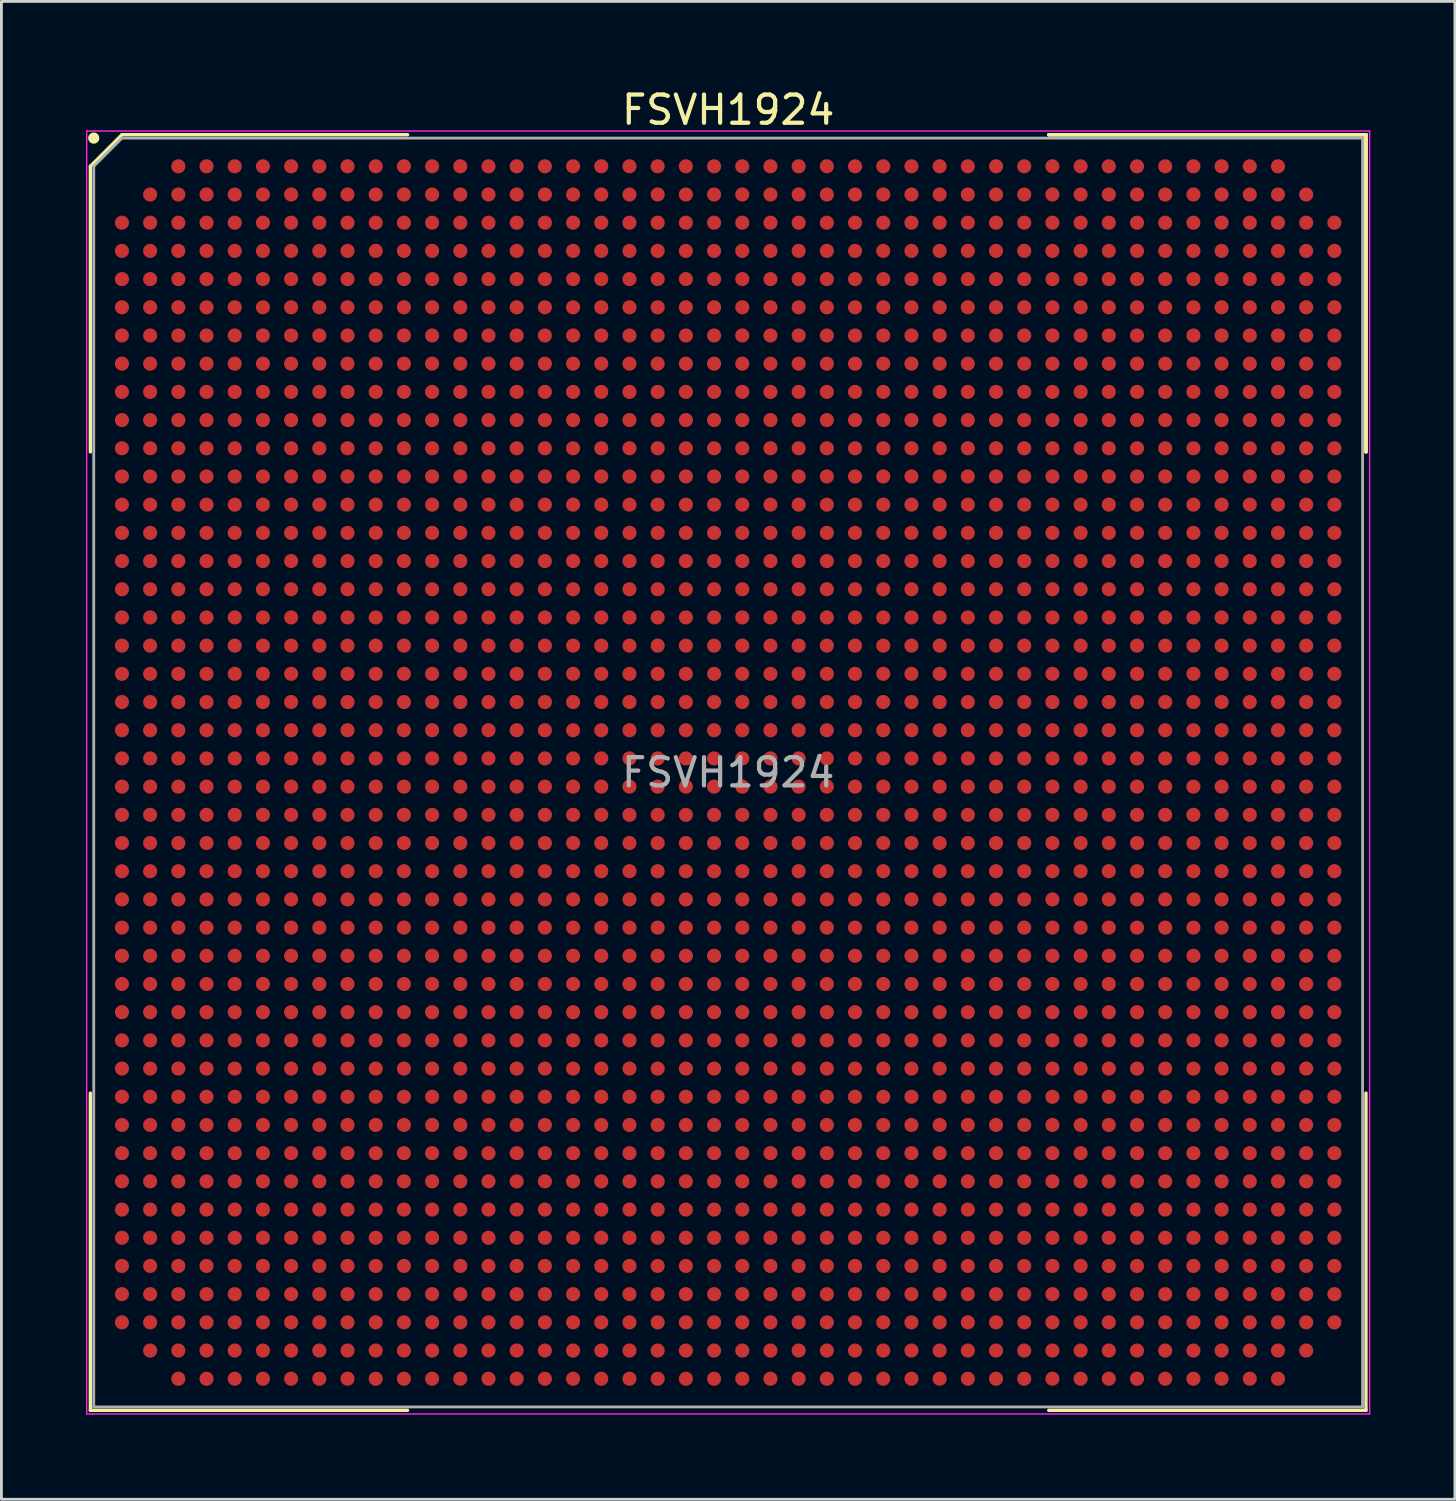
<source format=kicad_pcb>
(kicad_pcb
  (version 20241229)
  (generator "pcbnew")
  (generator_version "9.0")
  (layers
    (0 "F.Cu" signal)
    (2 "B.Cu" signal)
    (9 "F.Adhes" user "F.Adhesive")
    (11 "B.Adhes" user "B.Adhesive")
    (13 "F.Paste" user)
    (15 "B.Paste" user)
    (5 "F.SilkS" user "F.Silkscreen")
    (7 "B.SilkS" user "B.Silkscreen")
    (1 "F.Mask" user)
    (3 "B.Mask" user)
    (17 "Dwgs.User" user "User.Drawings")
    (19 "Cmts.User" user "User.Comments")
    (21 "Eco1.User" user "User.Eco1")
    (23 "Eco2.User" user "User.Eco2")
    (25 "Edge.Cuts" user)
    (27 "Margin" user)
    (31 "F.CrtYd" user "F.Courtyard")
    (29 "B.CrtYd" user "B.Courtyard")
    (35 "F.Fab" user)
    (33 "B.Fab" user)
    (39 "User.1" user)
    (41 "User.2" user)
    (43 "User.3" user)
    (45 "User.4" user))
  (footprint "FSVH1924"
    (layer "F.Cu")
    (at 22.775 24.348)
    (property "Reference" "FSVH1924" (at 0 -23.5 0) (layer "F.SilkS") (effects (font (size 1 1) (thickness 0.15))))
    (attr smd)
    (fp_line (start -22.62 -21.5) (end -22.62 -11.37) (stroke (width 0.12) (type solid)) (layer "F.SilkS"))
    (fp_line (start -22.62 22.62) (end -22.62 11.37) (stroke (width 0.12) (type solid)) (layer "F.SilkS"))
    (fp_line (start -21.5 -22.62) (end -22.62 -21.5) (stroke (width 0.12) (type solid)) (layer "F.SilkS"))
    (fp_line (start -11.37 -22.62) (end -21.5 -22.62) (stroke (width 0.12) (type solid)) (layer "F.SilkS"))
    (fp_line (start -11.37 22.62) (end -22.62 22.62) (stroke (width 0.12) (type solid)) (layer "F.SilkS"))
    (fp_line (start 11.37 -22.62) (end 22.62 -22.62) (stroke (width 0.12) (type solid)) (layer "F.SilkS"))
    (fp_line (start 11.37 -22.62) (end 22.62 -22.62) (stroke (width 0.12) (type solid)) (layer "F.SilkS"))
    (fp_line (start 11.37 -22.62) (end 22.62 -22.62) (stroke (width 0.12) (type solid)) (layer "F.SilkS"))
    (fp_line (start 11.37 22.62) (end 22.62 22.62) (stroke (width 0.12) (type solid)) (layer "F.SilkS"))
    (fp_line (start 22.62 -22.62) (end 22.62 -11.37) (stroke (width 0.12) (type solid)) (layer "F.SilkS"))
    (fp_line (start 22.62 -22.62) (end 22.62 -11.37) (stroke (width 0.12) (type solid)) (layer "F.SilkS"))
    (fp_line (start 22.62 -22.62) (end 22.62 -11.37) (stroke (width 0.12) (type solid)) (layer "F.SilkS"))
    (fp_line (start 22.62 22.62) (end 22.62 11.37) (stroke (width 0.12) (type solid)) (layer "F.SilkS"))
    (fp_circle (center -22.5 -22.5) (end -22.5 -22.4) (stroke (width 0.2) (type solid)) (fill no) (layer "F.SilkS"))
    (fp_line (start -22.75 -22.75) (end 22.75 -22.75) (stroke (width 0.05) (type solid)) (layer "F.CrtYd"))
    (fp_line (start -22.75 22.75) (end -22.75 -22.75) (stroke (width 0.05) (type solid)) (layer "F.CrtYd"))
    (fp_line (start 22.75 -22.75) (end 22.75 22.75) (stroke (width 0.05) (type solid)) (layer "F.CrtYd"))
    (fp_line (start 22.75 22.75) (end -22.75 22.75) (stroke (width 0.05) (type solid)) (layer "F.CrtYd"))
    (fp_line (start -22.5 -21.5) (end -22.5 22.5) (stroke (width 0.1) (type solid)) (layer "F.Fab"))
    (fp_line (start -22.5 22.5) (end 22.5 22.5) (stroke (width 0.1) (type solid)) (layer "F.Fab"))
    (fp_line (start -21.5 -22.5) (end -22.5 -21.5) (stroke (width 0.1) (type solid)) (layer "F.Fab"))
    (fp_line (start 22.5 -22.5) (end -21.5 -22.5) (stroke (width 0.1) (type solid)) (layer "F.Fab"))
    (fp_line (start 22.5 22.5) (end 22.5 -22.5) (stroke (width 0.1) (type solid)) (layer "F.Fab"))
    (fp_text user "${REFERENCE}" (at 0 0 0) (layer "F.Fab") (effects (font (size 1 1) (thickness 0.15))))
    (pad "A3" smd circle (at -19.5 -21.5) (size 0.5 0.5) (layers "F.Cu" "F.Mask" "F.Paste"))
    (pad "A4" smd circle (at -18.5 -21.5) (size 0.5 0.5) (layers "F.Cu" "F.Mask" "F.Paste"))
    (pad "A5" smd circle (at -17.5 -21.5) (size 0.5 0.5) (layers "F.Cu" "F.Mask" "F.Paste"))
    (pad "A6" smd circle (at -16.5 -21.5) (size 0.5 0.5) (layers "F.Cu" "F.Mask" "F.Paste"))
    (pad "A7" smd circle (at -15.5 -21.5) (size 0.5 0.5) (layers "F.Cu" "F.Mask" "F.Paste"))
    (pad "A8" smd circle (at -14.5 -21.5) (size 0.5 0.5) (layers "F.Cu" "F.Mask" "F.Paste"))
    (pad "A9" smd circle (at -13.5 -21.5) (size 0.5 0.5) (layers "F.Cu" "F.Mask" "F.Paste"))
    (pad "A10" smd circle (at -12.5 -21.5) (size 0.5 0.5) (layers "F.Cu" "F.Mask" "F.Paste"))
    (pad "A11" smd circle (at -11.5 -21.5) (size 0.5 0.5) (layers "F.Cu" "F.Mask" "F.Paste"))
    (pad "A12" smd circle (at -10.5 -21.5) (size 0.5 0.5) (layers "F.Cu" "F.Mask" "F.Paste"))
    (pad "A13" smd circle (at -9.5 -21.5) (size 0.5 0.5) (layers "F.Cu" "F.Mask" "F.Paste"))
    (pad "A14" smd circle (at -8.5 -21.5) (size 0.5 0.5) (layers "F.Cu" "F.Mask" "F.Paste"))
    (pad "A15" smd circle (at -7.5 -21.5) (size 0.5 0.5) (layers "F.Cu" "F.Mask" "F.Paste"))
    (pad "A16" smd circle (at -6.5 -21.5) (size 0.5 0.5) (layers "F.Cu" "F.Mask" "F.Paste"))
    (pad "A17" smd circle (at -5.5 -21.5) (size 0.5 0.5) (layers "F.Cu" "F.Mask" "F.Paste"))
    (pad "A18" smd circle (at -4.5 -21.5) (size 0.5 0.5) (layers "F.Cu" "F.Mask" "F.Paste"))
    (pad "A19" smd circle (at -3.5 -21.5) (size 0.5 0.5) (layers "F.Cu" "F.Mask" "F.Paste"))
    (pad "A20" smd circle (at -2.5 -21.5) (size 0.5 0.5) (layers "F.Cu" "F.Mask" "F.Paste"))
    (pad "A21" smd circle (at -1.5 -21.5) (size 0.5 0.5) (layers "F.Cu" "F.Mask" "F.Paste"))
    (pad "A22" smd circle (at -0.5 -21.5) (size 0.5 0.5) (layers "F.Cu" "F.Mask" "F.Paste"))
    (pad "A23" smd circle (at 0.5 -21.5) (size 0.5 0.5) (layers "F.Cu" "F.Mask" "F.Paste"))
    (pad "A24" smd circle (at 1.5 -21.5) (size 0.5 0.5) (layers "F.Cu" "F.Mask" "F.Paste"))
    (pad "A25" smd circle (at 2.5 -21.5) (size 0.5 0.5) (layers "F.Cu" "F.Mask" "F.Paste"))
    (pad "A26" smd circle (at 3.5 -21.5) (size 0.5 0.5) (layers "F.Cu" "F.Mask" "F.Paste"))
    (pad "A27" smd circle (at 4.5 -21.5) (size 0.5 0.5) (layers "F.Cu" "F.Mask" "F.Paste"))
    (pad "A28" smd circle (at 5.5 -21.5) (size 0.5 0.5) (layers "F.Cu" "F.Mask" "F.Paste"))
    (pad "A29" smd circle (at 6.5 -21.5) (size 0.5 0.5) (layers "F.Cu" "F.Mask" "F.Paste"))
    (pad "A30" smd circle (at 7.5 -21.5) (size 0.5 0.5) (layers "F.Cu" "F.Mask" "F.Paste"))
    (pad "A31" smd circle (at 8.5 -21.5) (size 0.5 0.5) (layers "F.Cu" "F.Mask" "F.Paste"))
    (pad "A32" smd circle (at 9.5 -21.5) (size 0.5 0.5) (layers "F.Cu" "F.Mask" "F.Paste"))
    (pad "A33" smd circle (at 10.5 -21.5) (size 0.5 0.5) (layers "F.Cu" "F.Mask" "F.Paste"))
    (pad "A34" smd circle (at 11.5 -21.5) (size 0.5 0.5) (layers "F.Cu" "F.Mask" "F.Paste"))
    (pad "A35" smd circle (at 12.5 -21.5) (size 0.5 0.5) (layers "F.Cu" "F.Mask" "F.Paste"))
    (pad "A36" smd circle (at 13.5 -21.5) (size 0.5 0.5) (layers "F.Cu" "F.Mask" "F.Paste"))
    (pad "A37" smd circle (at 14.5 -21.5) (size 0.5 0.5) (layers "F.Cu" "F.Mask" "F.Paste"))
    (pad "A38" smd circle (at 15.5 -21.5) (size 0.5 0.5) (layers "F.Cu" "F.Mask" "F.Paste"))
    (pad "A39" smd circle (at 16.5 -21.5) (size 0.5 0.5) (layers "F.Cu" "F.Mask" "F.Paste"))
    (pad "A40" smd circle (at 17.5 -21.5) (size 0.5 0.5) (layers "F.Cu" "F.Mask" "F.Paste"))
    (pad "A41" smd circle (at 18.5 -21.5) (size 0.5 0.5) (layers "F.Cu" "F.Mask" "F.Paste"))
    (pad "A42" smd circle (at 19.5 -21.5) (size 0.5 0.5) (layers "F.Cu" "F.Mask" "F.Paste"))
    (pad "AA1" smd circle (at -21.5 -1.5) (size 0.5 0.5) (layers "F.Cu" "F.Mask" "F.Paste"))
    (pad "AA2" smd circle (at -20.5 -1.5) (size 0.5 0.5) (layers "F.Cu" "F.Mask" "F.Paste"))
    (pad "AA3" smd circle (at -19.5 -1.5) (size 0.5 0.5) (layers "F.Cu" "F.Mask" "F.Paste"))
    (pad "AA4" smd circle (at -18.5 -1.5) (size 0.5 0.5) (layers "F.Cu" "F.Mask" "F.Paste"))
    (pad "AA5" smd circle (at -17.5 -1.5) (size 0.5 0.5) (layers "F.Cu" "F.Mask" "F.Paste"))
    (pad "AA6" smd circle (at -16.5 -1.5) (size 0.5 0.5) (layers "F.Cu" "F.Mask" "F.Paste"))
    (pad "AA7" smd circle (at -15.5 -1.5) (size 0.5 0.5) (layers "F.Cu" "F.Mask" "F.Paste"))
    (pad "AA8" smd circle (at -14.5 -1.5) (size 0.5 0.5) (layers "F.Cu" "F.Mask" "F.Paste"))
    (pad "AA9" smd circle (at -13.5 -1.5) (size 0.5 0.5) (layers "F.Cu" "F.Mask" "F.Paste"))
    (pad "AA10" smd circle (at -12.5 -1.5) (size 0.5 0.5) (layers "F.Cu" "F.Mask" "F.Paste"))
    (pad "AA11" smd circle (at -11.5 -1.5) (size 0.5 0.5) (layers "F.Cu" "F.Mask" "F.Paste"))
    (pad "AA12" smd circle (at -10.5 -1.5) (size 0.5 0.5) (layers "F.Cu" "F.Mask" "F.Paste"))
    (pad "AA13" smd circle (at -9.5 -1.5) (size 0.5 0.5) (layers "F.Cu" "F.Mask" "F.Paste"))
    (pad "AA14" smd circle (at -8.5 -1.5) (size 0.5 0.5) (layers "F.Cu" "F.Mask" "F.Paste"))
    (pad "AA15" smd circle (at -7.5 -1.5) (size 0.5 0.5) (layers "F.Cu" "F.Mask" "F.Paste"))
    (pad "AA16" smd circle (at -6.5 -1.5) (size 0.5 0.5) (layers "F.Cu" "F.Mask" "F.Paste"))
    (pad "AA17" smd circle (at -5.5 -1.5) (size 0.5 0.5) (layers "F.Cu" "F.Mask" "F.Paste"))
    (pad "AA18" smd circle (at -4.5 -1.5) (size 0.5 0.5) (layers "F.Cu" "F.Mask" "F.Paste"))
    (pad "AA19" smd circle (at -3.5 -1.5) (size 0.5 0.5) (layers "F.Cu" "F.Mask" "F.Paste"))
    (pad "AA20" smd circle (at -2.5 -1.5) (size 0.5 0.5) (layers "F.Cu" "F.Mask" "F.Paste"))
    (pad "AA21" smd circle (at -1.5 -1.5) (size 0.5 0.5) (layers "F.Cu" "F.Mask" "F.Paste"))
    (pad "AA22" smd circle (at -0.5 -1.5) (size 0.5 0.5) (layers "F.Cu" "F.Mask" "F.Paste"))
    (pad "AA23" smd circle (at 0.5 -1.5) (size 0.5 0.5) (layers "F.Cu" "F.Mask" "F.Paste"))
    (pad "AA24" smd circle (at 1.5 -1.5) (size 0.5 0.5) (layers "F.Cu" "F.Mask" "F.Paste"))
    (pad "AA25" smd circle (at 2.5 -1.5) (size 0.5 0.5) (layers "F.Cu" "F.Mask" "F.Paste"))
    (pad "AA26" smd circle (at 3.5 -1.5) (size 0.5 0.5) (layers "F.Cu" "F.Mask" "F.Paste"))
    (pad "AA27" smd circle (at 4.5 -1.5) (size 0.5 0.5) (layers "F.Cu" "F.Mask" "F.Paste"))
    (pad "AA28" smd circle (at 5.5 -1.5) (size 0.5 0.5) (layers "F.Cu" "F.Mask" "F.Paste"))
    (pad "AA29" smd circle (at 6.5 -1.5) (size 0.5 0.5) (layers "F.Cu" "F.Mask" "F.Paste"))
    (pad "AA30" smd circle (at 7.5 -1.5) (size 0.5 0.5) (layers "F.Cu" "F.Mask" "F.Paste"))
    (pad "AA31" smd circle (at 8.5 -1.5) (size 0.5 0.5) (layers "F.Cu" "F.Mask" "F.Paste"))
    (pad "AA32" smd circle (at 9.5 -1.5) (size 0.5 0.5) (layers "F.Cu" "F.Mask" "F.Paste"))
    (pad "AA33" smd circle (at 10.5 -1.5) (size 0.5 0.5) (layers "F.Cu" "F.Mask" "F.Paste"))
    (pad "AA34" smd circle (at 11.5 -1.5) (size 0.5 0.5) (layers "F.Cu" "F.Mask" "F.Paste"))
    (pad "AA35" smd circle (at 12.5 -1.5) (size 0.5 0.5) (layers "F.Cu" "F.Mask" "F.Paste"))
    (pad "AA36" smd circle (at 13.5 -1.5) (size 0.5 0.5) (layers "F.Cu" "F.Mask" "F.Paste"))
    (pad "AA37" smd circle (at 14.5 -1.5) (size 0.5 0.5) (layers "F.Cu" "F.Mask" "F.Paste"))
    (pad "AA38" smd circle (at 15.5 -1.5) (size 0.5 0.5) (layers "F.Cu" "F.Mask" "F.Paste"))
    (pad "AA39" smd circle (at 16.5 -1.5) (size 0.5 0.5) (layers "F.Cu" "F.Mask" "F.Paste"))
    (pad "AA40" smd circle (at 17.5 -1.5) (size 0.5 0.5) (layers "F.Cu" "F.Mask" "F.Paste"))
    (pad "AA41" smd circle (at 18.5 -1.5) (size 0.5 0.5) (layers "F.Cu" "F.Mask" "F.Paste"))
    (pad "AA42" smd circle (at 19.5 -1.5) (size 0.5 0.5) (layers "F.Cu" "F.Mask" "F.Paste"))
    (pad "AA43" smd circle (at 20.5 -1.5) (size 0.5 0.5) (layers "F.Cu" "F.Mask" "F.Paste"))
    (pad "AA44" smd circle (at 21.5 -1.5) (size 0.5 0.5) (layers "F.Cu" "F.Mask" "F.Paste"))
    (pad "AB1" smd circle (at -21.5 -0.5) (size 0.5 0.5) (layers "F.Cu" "F.Mask" "F.Paste"))
    (pad "AB2" smd circle (at -20.5 -0.5) (size 0.5 0.5) (layers "F.Cu" "F.Mask" "F.Paste"))
    (pad "AB3" smd circle (at -19.5 -0.5) (size 0.5 0.5) (layers "F.Cu" "F.Mask" "F.Paste"))
    (pad "AB4" smd circle (at -18.5 -0.5) (size 0.5 0.5) (layers "F.Cu" "F.Mask" "F.Paste"))
    (pad "AB5" smd circle (at -17.5 -0.5) (size 0.5 0.5) (layers "F.Cu" "F.Mask" "F.Paste"))
    (pad "AB6" smd circle (at -16.5 -0.5) (size 0.5 0.5) (layers "F.Cu" "F.Mask" "F.Paste"))
    (pad "AB7" smd circle (at -15.5 -0.5) (size 0.5 0.5) (layers "F.Cu" "F.Mask" "F.Paste"))
    (pad "AB8" smd circle (at -14.5 -0.5) (size 0.5 0.5) (layers "F.Cu" "F.Mask" "F.Paste"))
    (pad "AB9" smd circle (at -13.5 -0.5) (size 0.5 0.5) (layers "F.Cu" "F.Mask" "F.Paste"))
    (pad "AB10" smd circle (at -12.5 -0.5) (size 0.5 0.5) (layers "F.Cu" "F.Mask" "F.Paste"))
    (pad "AB11" smd circle (at -11.5 -0.5) (size 0.5 0.5) (layers "F.Cu" "F.Mask" "F.Paste"))
    (pad "AB12" smd circle (at -10.5 -0.5) (size 0.5 0.5) (layers "F.Cu" "F.Mask" "F.Paste"))
    (pad "AB13" smd circle (at -9.5 -0.5) (size 0.5 0.5) (layers "F.Cu" "F.Mask" "F.Paste"))
    (pad "AB14" smd circle (at -8.5 -0.5) (size 0.5 0.5) (layers "F.Cu" "F.Mask" "F.Paste"))
    (pad "AB15" smd circle (at -7.5 -0.5) (size 0.5 0.5) (layers "F.Cu" "F.Mask" "F.Paste"))
    (pad "AB16" smd circle (at -6.5 -0.5) (size 0.5 0.5) (layers "F.Cu" "F.Mask" "F.Paste"))
    (pad "AB17" smd circle (at -5.5 -0.5) (size 0.5 0.5) (layers "F.Cu" "F.Mask" "F.Paste"))
    (pad "AB18" smd circle (at -4.5 -0.5) (size 0.5 0.5) (layers "F.Cu" "F.Mask" "F.Paste"))
    (pad "AB19" smd circle (at -3.5 -0.5) (size 0.5 0.5) (layers "F.Cu" "F.Mask" "F.Paste"))
    (pad "AB20" smd circle (at -2.5 -0.5) (size 0.5 0.5) (layers "F.Cu" "F.Mask" "F.Paste"))
    (pad "AB21" smd circle (at -1.5 -0.5) (size 0.5 0.5) (layers "F.Cu" "F.Mask" "F.Paste"))
    (pad "AB22" smd circle (at -0.5 -0.5) (size 0.5 0.5) (layers "F.Cu" "F.Mask" "F.Paste"))
    (pad "AB23" smd circle (at 0.5 -0.5) (size 0.5 0.5) (layers "F.Cu" "F.Mask" "F.Paste"))
    (pad "AB24" smd circle (at 1.5 -0.5) (size 0.5 0.5) (layers "F.Cu" "F.Mask" "F.Paste"))
    (pad "AB25" smd circle (at 2.5 -0.5) (size 0.5 0.5) (layers "F.Cu" "F.Mask" "F.Paste"))
    (pad "AB26" smd circle (at 3.5 -0.5) (size 0.5 0.5) (layers "F.Cu" "F.Mask" "F.Paste"))
    (pad "AB27" smd circle (at 4.5 -0.5) (size 0.5 0.5) (layers "F.Cu" "F.Mask" "F.Paste"))
    (pad "AB28" smd circle (at 5.5 -0.5) (size 0.5 0.5) (layers "F.Cu" "F.Mask" "F.Paste"))
    (pad "AB29" smd circle (at 6.5 -0.5) (size 0.5 0.5) (layers "F.Cu" "F.Mask" "F.Paste"))
    (pad "AB30" smd circle (at 7.5 -0.5) (size 0.5 0.5) (layers "F.Cu" "F.Mask" "F.Paste"))
    (pad "AB31" smd circle (at 8.5 -0.5) (size 0.5 0.5) (layers "F.Cu" "F.Mask" "F.Paste"))
    (pad "AB32" smd circle (at 9.5 -0.5) (size 0.5 0.5) (layers "F.Cu" "F.Mask" "F.Paste"))
    (pad "AB33" smd circle (at 10.5 -0.5) (size 0.5 0.5) (layers "F.Cu" "F.Mask" "F.Paste"))
    (pad "AB34" smd circle (at 11.5 -0.5) (size 0.5 0.5) (layers "F.Cu" "F.Mask" "F.Paste"))
    (pad "AB35" smd circle (at 12.5 -0.5) (size 0.5 0.5) (layers "F.Cu" "F.Mask" "F.Paste"))
    (pad "AB36" smd circle (at 13.5 -0.5) (size 0.5 0.5) (layers "F.Cu" "F.Mask" "F.Paste"))
    (pad "AB37" smd circle (at 14.5 -0.5) (size 0.5 0.5) (layers "F.Cu" "F.Mask" "F.Paste"))
    (pad "AB38" smd circle (at 15.5 -0.5) (size 0.5 0.5) (layers "F.Cu" "F.Mask" "F.Paste"))
    (pad "AB39" smd circle (at 16.5 -0.5) (size 0.5 0.5) (layers "F.Cu" "F.Mask" "F.Paste"))
    (pad "AB40" smd circle (at 17.5 -0.5) (size 0.5 0.5) (layers "F.Cu" "F.Mask" "F.Paste"))
    (pad "AB41" smd circle (at 18.5 -0.5) (size 0.5 0.5) (layers "F.Cu" "F.Mask" "F.Paste"))
    (pad "AB42" smd circle (at 19.5 -0.5) (size 0.5 0.5) (layers "F.Cu" "F.Mask" "F.Paste"))
    (pad "AB43" smd circle (at 20.5 -0.5) (size 0.5 0.5) (layers "F.Cu" "F.Mask" "F.Paste"))
    (pad "AB44" smd circle (at 21.5 -0.5) (size 0.5 0.5) (layers "F.Cu" "F.Mask" "F.Paste"))
    (pad "AC1" smd circle (at -21.5 0.5) (size 0.5 0.5) (layers "F.Cu" "F.Mask" "F.Paste"))
    (pad "AC2" smd circle (at -20.5 0.5) (size 0.5 0.5) (layers "F.Cu" "F.Mask" "F.Paste"))
    (pad "AC3" smd circle (at -19.5 0.5) (size 0.5 0.5) (layers "F.Cu" "F.Mask" "F.Paste"))
    (pad "AC4" smd circle (at -18.5 0.5) (size 0.5 0.5) (layers "F.Cu" "F.Mask" "F.Paste"))
    (pad "AC5" smd circle (at -17.5 0.5) (size 0.5 0.5) (layers "F.Cu" "F.Mask" "F.Paste"))
    (pad "AC6" smd circle (at -16.5 0.5) (size 0.5 0.5) (layers "F.Cu" "F.Mask" "F.Paste"))
    (pad "AC7" smd circle (at -15.5 0.5) (size 0.5 0.5) (layers "F.Cu" "F.Mask" "F.Paste"))
    (pad "AC8" smd circle (at -14.5 0.5) (size 0.5 0.5) (layers "F.Cu" "F.Mask" "F.Paste"))
    (pad "AC9" smd circle (at -13.5 0.5) (size 0.5 0.5) (layers "F.Cu" "F.Mask" "F.Paste"))
    (pad "AC10" smd circle (at -12.5 0.5) (size 0.5 0.5) (layers "F.Cu" "F.Mask" "F.Paste"))
    (pad "AC11" smd circle (at -11.5 0.5) (size 0.5 0.5) (layers "F.Cu" "F.Mask" "F.Paste"))
    (pad "AC12" smd circle (at -10.5 0.5) (size 0.5 0.5) (layers "F.Cu" "F.Mask" "F.Paste"))
    (pad "AC13" smd circle (at -9.5 0.5) (size 0.5 0.5) (layers "F.Cu" "F.Mask" "F.Paste"))
    (pad "AC14" smd circle (at -8.5 0.5) (size 0.5 0.5) (layers "F.Cu" "F.Mask" "F.Paste"))
    (pad "AC15" smd circle (at -7.5 0.5) (size 0.5 0.5) (layers "F.Cu" "F.Mask" "F.Paste"))
    (pad "AC16" smd circle (at -6.5 0.5) (size 0.5 0.5) (layers "F.Cu" "F.Mask" "F.Paste"))
    (pad "AC17" smd circle (at -5.5 0.5) (size 0.5 0.5) (layers "F.Cu" "F.Mask" "F.Paste"))
    (pad "AC18" smd circle (at -4.5 0.5) (size 0.5 0.5) (layers "F.Cu" "F.Mask" "F.Paste"))
    (pad "AC19" smd circle (at -3.5 0.5) (size 0.5 0.5) (layers "F.Cu" "F.Mask" "F.Paste"))
    (pad "AC20" smd circle (at -2.5 0.5) (size 0.5 0.5) (layers "F.Cu" "F.Mask" "F.Paste"))
    (pad "AC21" smd circle (at -1.5 0.5) (size 0.5 0.5) (layers "F.Cu" "F.Mask" "F.Paste"))
    (pad "AC22" smd circle (at -0.5 0.5) (size 0.5 0.5) (layers "F.Cu" "F.Mask" "F.Paste"))
    (pad "AC23" smd circle (at 0.5 0.5) (size 0.5 0.5) (layers "F.Cu" "F.Mask" "F.Paste"))
    (pad "AC24" smd circle (at 1.5 0.5) (size 0.5 0.5) (layers "F.Cu" "F.Mask" "F.Paste"))
    (pad "AC25" smd circle (at 2.5 0.5) (size 0.5 0.5) (layers "F.Cu" "F.Mask" "F.Paste"))
    (pad "AC26" smd circle (at 3.5 0.5) (size 0.5 0.5) (layers "F.Cu" "F.Mask" "F.Paste"))
    (pad "AC27" smd circle (at 4.5 0.5) (size 0.5 0.5) (layers "F.Cu" "F.Mask" "F.Paste"))
    (pad "AC28" smd circle (at 5.5 0.5) (size 0.5 0.5) (layers "F.Cu" "F.Mask" "F.Paste"))
    (pad "AC29" smd circle (at 6.5 0.5) (size 0.5 0.5) (layers "F.Cu" "F.Mask" "F.Paste"))
    (pad "AC30" smd circle (at 7.5 0.5) (size 0.5 0.5) (layers "F.Cu" "F.Mask" "F.Paste"))
    (pad "AC31" smd circle (at 8.5 0.5) (size 0.5 0.5) (layers "F.Cu" "F.Mask" "F.Paste"))
    (pad "AC32" smd circle (at 9.5 0.5) (size 0.5 0.5) (layers "F.Cu" "F.Mask" "F.Paste"))
    (pad "AC33" smd circle (at 10.5 0.5) (size 0.5 0.5) (layers "F.Cu" "F.Mask" "F.Paste"))
    (pad "AC34" smd circle (at 11.5 0.5) (size 0.5 0.5) (layers "F.Cu" "F.Mask" "F.Paste"))
    (pad "AC35" smd circle (at 12.5 0.5) (size 0.5 0.5) (layers "F.Cu" "F.Mask" "F.Paste"))
    (pad "AC36" smd circle (at 13.5 0.5) (size 0.5 0.5) (layers "F.Cu" "F.Mask" "F.Paste"))
    (pad "AC37" smd circle (at 14.5 0.5) (size 0.5 0.5) (layers "F.Cu" "F.Mask" "F.Paste"))
    (pad "AC38" smd circle (at 15.5 0.5) (size 0.5 0.5) (layers "F.Cu" "F.Mask" "F.Paste"))
    (pad "AC39" smd circle (at 16.5 0.5) (size 0.5 0.5) (layers "F.Cu" "F.Mask" "F.Paste"))
    (pad "AC40" smd circle (at 17.5 0.5) (size 0.5 0.5) (layers "F.Cu" "F.Mask" "F.Paste"))
    (pad "AC41" smd circle (at 18.5 0.5) (size 0.5 0.5) (layers "F.Cu" "F.Mask" "F.Paste"))
    (pad "AC42" smd circle (at 19.5 0.5) (size 0.5 0.5) (layers "F.Cu" "F.Mask" "F.Paste"))
    (pad "AC43" smd circle (at 20.5 0.5) (size 0.5 0.5) (layers "F.Cu" "F.Mask" "F.Paste"))
    (pad "AC44" smd circle (at 21.5 0.5) (size 0.5 0.5) (layers "F.Cu" "F.Mask" "F.Paste"))
    (pad "AD1" smd circle (at -21.5 1.5) (size 0.5 0.5) (layers "F.Cu" "F.Mask" "F.Paste"))
    (pad "AD2" smd circle (at -20.5 1.5) (size 0.5 0.5) (layers "F.Cu" "F.Mask" "F.Paste"))
    (pad "AD3" smd circle (at -19.5 1.5) (size 0.5 0.5) (layers "F.Cu" "F.Mask" "F.Paste"))
    (pad "AD4" smd circle (at -18.5 1.5) (size 0.5 0.5) (layers "F.Cu" "F.Mask" "F.Paste"))
    (pad "AD5" smd circle (at -17.5 1.5) (size 0.5 0.5) (layers "F.Cu" "F.Mask" "F.Paste"))
    (pad "AD6" smd circle (at -16.5 1.5) (size 0.5 0.5) (layers "F.Cu" "F.Mask" "F.Paste"))
    (pad "AD7" smd circle (at -15.5 1.5) (size 0.5 0.5) (layers "F.Cu" "F.Mask" "F.Paste"))
    (pad "AD8" smd circle (at -14.5 1.5) (size 0.5 0.5) (layers "F.Cu" "F.Mask" "F.Paste"))
    (pad "AD9" smd circle (at -13.5 1.5) (size 0.5 0.5) (layers "F.Cu" "F.Mask" "F.Paste"))
    (pad "AD10" smd circle (at -12.5 1.5) (size 0.5 0.5) (layers "F.Cu" "F.Mask" "F.Paste"))
    (pad "AD11" smd circle (at -11.5 1.5) (size 0.5 0.5) (layers "F.Cu" "F.Mask" "F.Paste"))
    (pad "AD12" smd circle (at -10.5 1.5) (size 0.5 0.5) (layers "F.Cu" "F.Mask" "F.Paste"))
    (pad "AD13" smd circle (at -9.5 1.5) (size 0.5 0.5) (layers "F.Cu" "F.Mask" "F.Paste"))
    (pad "AD14" smd circle (at -8.5 1.5) (size 0.5 0.5) (layers "F.Cu" "F.Mask" "F.Paste"))
    (pad "AD15" smd circle (at -7.5 1.5) (size 0.5 0.5) (layers "F.Cu" "F.Mask" "F.Paste"))
    (pad "AD16" smd circle (at -6.5 1.5) (size 0.5 0.5) (layers "F.Cu" "F.Mask" "F.Paste"))
    (pad "AD17" smd circle (at -5.5 1.5) (size 0.5 0.5) (layers "F.Cu" "F.Mask" "F.Paste"))
    (pad "AD18" smd circle (at -4.5 1.5) (size 0.5 0.5) (layers "F.Cu" "F.Mask" "F.Paste"))
    (pad "AD19" smd circle (at -3.5 1.5) (size 0.5 0.5) (layers "F.Cu" "F.Mask" "F.Paste"))
    (pad "AD20" smd circle (at -2.5 1.5) (size 0.5 0.5) (layers "F.Cu" "F.Mask" "F.Paste"))
    (pad "AD21" smd circle (at -1.5 1.5) (size 0.5 0.5) (layers "F.Cu" "F.Mask" "F.Paste"))
    (pad "AD22" smd circle (at -0.5 1.5) (size 0.5 0.5) (layers "F.Cu" "F.Mask" "F.Paste"))
    (pad "AD23" smd circle (at 0.5 1.5) (size 0.5 0.5) (layers "F.Cu" "F.Mask" "F.Paste"))
    (pad "AD24" smd circle (at 1.5 1.5) (size 0.5 0.5) (layers "F.Cu" "F.Mask" "F.Paste"))
    (pad "AD25" smd circle (at 2.5 1.5) (size 0.5 0.5) (layers "F.Cu" "F.Mask" "F.Paste"))
    (pad "AD26" smd circle (at 3.5 1.5) (size 0.5 0.5) (layers "F.Cu" "F.Mask" "F.Paste"))
    (pad "AD27" smd circle (at 4.5 1.5) (size 0.5 0.5) (layers "F.Cu" "F.Mask" "F.Paste"))
    (pad "AD28" smd circle (at 5.5 1.5) (size 0.5 0.5) (layers "F.Cu" "F.Mask" "F.Paste"))
    (pad "AD29" smd circle (at 6.5 1.5) (size 0.5 0.5) (layers "F.Cu" "F.Mask" "F.Paste"))
    (pad "AD30" smd circle (at 7.5 1.5) (size 0.5 0.5) (layers "F.Cu" "F.Mask" "F.Paste"))
    (pad "AD31" smd circle (at 8.5 1.5) (size 0.5 0.5) (layers "F.Cu" "F.Mask" "F.Paste"))
    (pad "AD32" smd circle (at 9.5 1.5) (size 0.5 0.5) (layers "F.Cu" "F.Mask" "F.Paste"))
    (pad "AD33" smd circle (at 10.5 1.5) (size 0.5 0.5) (layers "F.Cu" "F.Mask" "F.Paste"))
    (pad "AD34" smd circle (at 11.5 1.5) (size 0.5 0.5) (layers "F.Cu" "F.Mask" "F.Paste"))
    (pad "AD35" smd circle (at 12.5 1.5) (size 0.5 0.5) (layers "F.Cu" "F.Mask" "F.Paste"))
    (pad "AD36" smd circle (at 13.5 1.5) (size 0.5 0.5) (layers "F.Cu" "F.Mask" "F.Paste"))
    (pad "AD37" smd circle (at 14.5 1.5) (size 0.5 0.5) (layers "F.Cu" "F.Mask" "F.Paste"))
    (pad "AD38" smd circle (at 15.5 1.5) (size 0.5 0.5) (layers "F.Cu" "F.Mask" "F.Paste"))
    (pad "AD39" smd circle (at 16.5 1.5) (size 0.5 0.5) (layers "F.Cu" "F.Mask" "F.Paste"))
    (pad "AD40" smd circle (at 17.5 1.5) (size 0.5 0.5) (layers "F.Cu" "F.Mask" "F.Paste"))
    (pad "AD41" smd circle (at 18.5 1.5) (size 0.5 0.5) (layers "F.Cu" "F.Mask" "F.Paste"))
    (pad "AD42" smd circle (at 19.5 1.5) (size 0.5 0.5) (layers "F.Cu" "F.Mask" "F.Paste"))
    (pad "AD43" smd circle (at 20.5 1.5) (size 0.5 0.5) (layers "F.Cu" "F.Mask" "F.Paste"))
    (pad "AD44" smd circle (at 21.5 1.5) (size 0.5 0.5) (layers "F.Cu" "F.Mask" "F.Paste"))
    (pad "AE1" smd circle (at -21.5 2.5) (size 0.5 0.5) (layers "F.Cu" "F.Mask" "F.Paste"))
    (pad "AE2" smd circle (at -20.5 2.5) (size 0.5 0.5) (layers "F.Cu" "F.Mask" "F.Paste"))
    (pad "AE3" smd circle (at -19.5 2.5) (size 0.5 0.5) (layers "F.Cu" "F.Mask" "F.Paste"))
    (pad "AE4" smd circle (at -18.5 2.5) (size 0.5 0.5) (layers "F.Cu" "F.Mask" "F.Paste"))
    (pad "AE5" smd circle (at -17.5 2.5) (size 0.5 0.5) (layers "F.Cu" "F.Mask" "F.Paste"))
    (pad "AE6" smd circle (at -16.5 2.5) (size 0.5 0.5) (layers "F.Cu" "F.Mask" "F.Paste"))
    (pad "AE7" smd circle (at -15.5 2.5) (size 0.5 0.5) (layers "F.Cu" "F.Mask" "F.Paste"))
    (pad "AE8" smd circle (at -14.5 2.5) (size 0.5 0.5) (layers "F.Cu" "F.Mask" "F.Paste"))
    (pad "AE9" smd circle (at -13.5 2.5) (size 0.5 0.5) (layers "F.Cu" "F.Mask" "F.Paste"))
    (pad "AE10" smd circle (at -12.5 2.5) (size 0.5 0.5) (layers "F.Cu" "F.Mask" "F.Paste"))
    (pad "AE11" smd circle (at -11.5 2.5) (size 0.5 0.5) (layers "F.Cu" "F.Mask" "F.Paste"))
    (pad "AE12" smd circle (at -10.5 2.5) (size 0.5 0.5) (layers "F.Cu" "F.Mask" "F.Paste"))
    (pad "AE13" smd circle (at -9.5 2.5) (size 0.5 0.5) (layers "F.Cu" "F.Mask" "F.Paste"))
    (pad "AE14" smd circle (at -8.5 2.5) (size 0.5 0.5) (layers "F.Cu" "F.Mask" "F.Paste"))
    (pad "AE15" smd circle (at -7.5 2.5) (size 0.5 0.5) (layers "F.Cu" "F.Mask" "F.Paste"))
    (pad "AE16" smd circle (at -6.5 2.5) (size 0.5 0.5) (layers "F.Cu" "F.Mask" "F.Paste"))
    (pad "AE17" smd circle (at -5.5 2.5) (size 0.5 0.5) (layers "F.Cu" "F.Mask" "F.Paste"))
    (pad "AE18" smd circle (at -4.5 2.5) (size 0.5 0.5) (layers "F.Cu" "F.Mask" "F.Paste"))
    (pad "AE19" smd circle (at -3.5 2.5) (size 0.5 0.5) (layers "F.Cu" "F.Mask" "F.Paste"))
    (pad "AE20" smd circle (at -2.5 2.5) (size 0.5 0.5) (layers "F.Cu" "F.Mask" "F.Paste"))
    (pad "AE21" smd circle (at -1.5 2.5) (size 0.5 0.5) (layers "F.Cu" "F.Mask" "F.Paste"))
    (pad "AE22" smd circle (at -0.5 2.5) (size 0.5 0.5) (layers "F.Cu" "F.Mask" "F.Paste"))
    (pad "AE23" smd circle (at 0.5 2.5) (size 0.5 0.5) (layers "F.Cu" "F.Mask" "F.Paste"))
    (pad "AE24" smd circle (at 1.5 2.5) (size 0.5 0.5) (layers "F.Cu" "F.Mask" "F.Paste"))
    (pad "AE25" smd circle (at 2.5 2.5) (size 0.5 0.5) (layers "F.Cu" "F.Mask" "F.Paste"))
    (pad "AE26" smd circle (at 3.5 2.5) (size 0.5 0.5) (layers "F.Cu" "F.Mask" "F.Paste"))
    (pad "AE27" smd circle (at 4.5 2.5) (size 0.5 0.5) (layers "F.Cu" "F.Mask" "F.Paste"))
    (pad "AE28" smd circle (at 5.5 2.5) (size 0.5 0.5) (layers "F.Cu" "F.Mask" "F.Paste"))
    (pad "AE29" smd circle (at 6.5 2.5) (size 0.5 0.5) (layers "F.Cu" "F.Mask" "F.Paste"))
    (pad "AE30" smd circle (at 7.5 2.5) (size 0.5 0.5) (layers "F.Cu" "F.Mask" "F.Paste"))
    (pad "AE31" smd circle (at 8.5 2.5) (size 0.5 0.5) (layers "F.Cu" "F.Mask" "F.Paste"))
    (pad "AE32" smd circle (at 9.5 2.5) (size 0.5 0.5) (layers "F.Cu" "F.Mask" "F.Paste"))
    (pad "AE33" smd circle (at 10.5 2.5) (size 0.5 0.5) (layers "F.Cu" "F.Mask" "F.Paste"))
    (pad "AE34" smd circle (at 11.5 2.5) (size 0.5 0.5) (layers "F.Cu" "F.Mask" "F.Paste"))
    (pad "AE35" smd circle (at 12.5 2.5) (size 0.5 0.5) (layers "F.Cu" "F.Mask" "F.Paste"))
    (pad "AE36" smd circle (at 13.5 2.5) (size 0.5 0.5) (layers "F.Cu" "F.Mask" "F.Paste"))
    (pad "AE37" smd circle (at 14.5 2.5) (size 0.5 0.5) (layers "F.Cu" "F.Mask" "F.Paste"))
    (pad "AE38" smd circle (at 15.5 2.5) (size 0.5 0.5) (layers "F.Cu" "F.Mask" "F.Paste"))
    (pad "AE39" smd circle (at 16.5 2.5) (size 0.5 0.5) (layers "F.Cu" "F.Mask" "F.Paste"))
    (pad "AE40" smd circle (at 17.5 2.5) (size 0.5 0.5) (layers "F.Cu" "F.Mask" "F.Paste"))
    (pad "AE41" smd circle (at 18.5 2.5) (size 0.5 0.5) (layers "F.Cu" "F.Mask" "F.Paste"))
    (pad "AE42" smd circle (at 19.5 2.5) (size 0.5 0.5) (layers "F.Cu" "F.Mask" "F.Paste"))
    (pad "AE43" smd circle (at 20.5 2.5) (size 0.5 0.5) (layers "F.Cu" "F.Mask" "F.Paste"))
    (pad "AE44" smd circle (at 21.5 2.5) (size 0.5 0.5) (layers "F.Cu" "F.Mask" "F.Paste"))
    (pad "AF1" smd circle (at -21.5 3.5) (size 0.5 0.5) (layers "F.Cu" "F.Mask" "F.Paste"))
    (pad "AF2" smd circle (at -20.5 3.5) (size 0.5 0.5) (layers "F.Cu" "F.Mask" "F.Paste"))
    (pad "AF3" smd circle (at -19.5 3.5) (size 0.5 0.5) (layers "F.Cu" "F.Mask" "F.Paste"))
    (pad "AF4" smd circle (at -18.5 3.5) (size 0.5 0.5) (layers "F.Cu" "F.Mask" "F.Paste"))
    (pad "AF5" smd circle (at -17.5 3.5) (size 0.5 0.5) (layers "F.Cu" "F.Mask" "F.Paste"))
    (pad "AF6" smd circle (at -16.5 3.5) (size 0.5 0.5) (layers "F.Cu" "F.Mask" "F.Paste"))
    (pad "AF7" smd circle (at -15.5 3.5) (size 0.5 0.5) (layers "F.Cu" "F.Mask" "F.Paste"))
    (pad "AF8" smd circle (at -14.5 3.5) (size 0.5 0.5) (layers "F.Cu" "F.Mask" "F.Paste"))
    (pad "AF9" smd circle (at -13.5 3.5) (size 0.5 0.5) (layers "F.Cu" "F.Mask" "F.Paste"))
    (pad "AF10" smd circle (at -12.5 3.5) (size 0.5 0.5) (layers "F.Cu" "F.Mask" "F.Paste"))
    (pad "AF11" smd circle (at -11.5 3.5) (size 0.5 0.5) (layers "F.Cu" "F.Mask" "F.Paste"))
    (pad "AF12" smd circle (at -10.5 3.5) (size 0.5 0.5) (layers "F.Cu" "F.Mask" "F.Paste"))
    (pad "AF13" smd circle (at -9.5 3.5) (size 0.5 0.5) (layers "F.Cu" "F.Mask" "F.Paste"))
    (pad "AF14" smd circle (at -8.5 3.5) (size 0.5 0.5) (layers "F.Cu" "F.Mask" "F.Paste"))
    (pad "AF15" smd circle (at -7.5 3.5) (size 0.5 0.5) (layers "F.Cu" "F.Mask" "F.Paste"))
    (pad "AF16" smd circle (at -6.5 3.5) (size 0.5 0.5) (layers "F.Cu" "F.Mask" "F.Paste"))
    (pad "AF17" smd circle (at -5.5 3.5) (size 0.5 0.5) (layers "F.Cu" "F.Mask" "F.Paste"))
    (pad "AF18" smd circle (at -4.5 3.5) (size 0.5 0.5) (layers "F.Cu" "F.Mask" "F.Paste"))
    (pad "AF19" smd circle (at -3.5 3.5) (size 0.5 0.5) (layers "F.Cu" "F.Mask" "F.Paste"))
    (pad "AF20" smd circle (at -2.5 3.5) (size 0.5 0.5) (layers "F.Cu" "F.Mask" "F.Paste"))
    (pad "AF21" smd circle (at -1.5 3.5) (size 0.5 0.5) (layers "F.Cu" "F.Mask" "F.Paste"))
    (pad "AF22" smd circle (at -0.5 3.5) (size 0.5 0.5) (layers "F.Cu" "F.Mask" "F.Paste"))
    (pad "AF23" smd circle (at 0.5 3.5) (size 0.5 0.5) (layers "F.Cu" "F.Mask" "F.Paste"))
    (pad "AF24" smd circle (at 1.5 3.5) (size 0.5 0.5) (layers "F.Cu" "F.Mask" "F.Paste"))
    (pad "AF25" smd circle (at 2.5 3.5) (size 0.5 0.5) (layers "F.Cu" "F.Mask" "F.Paste"))
    (pad "AF26" smd circle (at 3.5 3.5) (size 0.5 0.5) (layers "F.Cu" "F.Mask" "F.Paste"))
    (pad "AF27" smd circle (at 4.5 3.5) (size 0.5 0.5) (layers "F.Cu" "F.Mask" "F.Paste"))
    (pad "AF28" smd circle (at 5.5 3.5) (size 0.5 0.5) (layers "F.Cu" "F.Mask" "F.Paste"))
    (pad "AF29" smd circle (at 6.5 3.5) (size 0.5 0.5) (layers "F.Cu" "F.Mask" "F.Paste"))
    (pad "AF30" smd circle (at 7.5 3.5) (size 0.5 0.5) (layers "F.Cu" "F.Mask" "F.Paste"))
    (pad "AF31" smd circle (at 8.5 3.5) (size 0.5 0.5) (layers "F.Cu" "F.Mask" "F.Paste"))
    (pad "AF32" smd circle (at 9.5 3.5) (size 0.5 0.5) (layers "F.Cu" "F.Mask" "F.Paste"))
    (pad "AF33" smd circle (at 10.5 3.5) (size 0.5 0.5) (layers "F.Cu" "F.Mask" "F.Paste"))
    (pad "AF34" smd circle (at 11.5 3.5) (size 0.5 0.5) (layers "F.Cu" "F.Mask" "F.Paste"))
    (pad "AF35" smd circle (at 12.5 3.5) (size 0.5 0.5) (layers "F.Cu" "F.Mask" "F.Paste"))
    (pad "AF36" smd circle (at 13.5 3.5) (size 0.5 0.5) (layers "F.Cu" "F.Mask" "F.Paste"))
    (pad "AF37" smd circle (at 14.5 3.5) (size 0.5 0.5) (layers "F.Cu" "F.Mask" "F.Paste"))
    (pad "AF38" smd circle (at 15.5 3.5) (size 0.5 0.5) (layers "F.Cu" "F.Mask" "F.Paste"))
    (pad "AF39" smd circle (at 16.5 3.5) (size 0.5 0.5) (layers "F.Cu" "F.Mask" "F.Paste"))
    (pad "AF40" smd circle (at 17.5 3.5) (size 0.5 0.5) (layers "F.Cu" "F.Mask" "F.Paste"))
    (pad "AF41" smd circle (at 18.5 3.5) (size 0.5 0.5) (layers "F.Cu" "F.Mask" "F.Paste"))
    (pad "AF42" smd circle (at 19.5 3.5) (size 0.5 0.5) (layers "F.Cu" "F.Mask" "F.Paste"))
    (pad "AF43" smd circle (at 20.5 3.5) (size 0.5 0.5) (layers "F.Cu" "F.Mask" "F.Paste"))
    (pad "AF44" smd circle (at 21.5 3.5) (size 0.5 0.5) (layers "F.Cu" "F.Mask" "F.Paste"))
    (pad "AG1" smd circle (at -21.5 4.5) (size 0.5 0.5) (layers "F.Cu" "F.Mask" "F.Paste"))
    (pad "AG2" smd circle (at -20.5 4.5) (size 0.5 0.5) (layers "F.Cu" "F.Mask" "F.Paste"))
    (pad "AG3" smd circle (at -19.5 4.5) (size 0.5 0.5) (layers "F.Cu" "F.Mask" "F.Paste"))
    (pad "AG4" smd circle (at -18.5 4.5) (size 0.5 0.5) (layers "F.Cu" "F.Mask" "F.Paste"))
    (pad "AG5" smd circle (at -17.5 4.5) (size 0.5 0.5) (layers "F.Cu" "F.Mask" "F.Paste"))
    (pad "AG6" smd circle (at -16.5 4.5) (size 0.5 0.5) (layers "F.Cu" "F.Mask" "F.Paste"))
    (pad "AG7" smd circle (at -15.5 4.5) (size 0.5 0.5) (layers "F.Cu" "F.Mask" "F.Paste"))
    (pad "AG8" smd circle (at -14.5 4.5) (size 0.5 0.5) (layers "F.Cu" "F.Mask" "F.Paste"))
    (pad "AG9" smd circle (at -13.5 4.5) (size 0.5 0.5) (layers "F.Cu" "F.Mask" "F.Paste"))
    (pad "AG10" smd circle (at -12.5 4.5) (size 0.5 0.5) (layers "F.Cu" "F.Mask" "F.Paste"))
    (pad "AG11" smd circle (at -11.5 4.5) (size 0.5 0.5) (layers "F.Cu" "F.Mask" "F.Paste"))
    (pad "AG12" smd circle (at -10.5 4.5) (size 0.5 0.5) (layers "F.Cu" "F.Mask" "F.Paste"))
    (pad "AG13" smd circle (at -9.5 4.5) (size 0.5 0.5) (layers "F.Cu" "F.Mask" "F.Paste"))
    (pad "AG14" smd circle (at -8.5 4.5) (size 0.5 0.5) (layers "F.Cu" "F.Mask" "F.Paste"))
    (pad "AG15" smd circle (at -7.5 4.5) (size 0.5 0.5) (layers "F.Cu" "F.Mask" "F.Paste"))
    (pad "AG16" smd circle (at -6.5 4.5) (size 0.5 0.5) (layers "F.Cu" "F.Mask" "F.Paste"))
    (pad "AG17" smd circle (at -5.5 4.5) (size 0.5 0.5) (layers "F.Cu" "F.Mask" "F.Paste"))
    (pad "AG18" smd circle (at -4.5 4.5) (size 0.5 0.5) (layers "F.Cu" "F.Mask" "F.Paste"))
    (pad "AG19" smd circle (at -3.5 4.5) (size 0.5 0.5) (layers "F.Cu" "F.Mask" "F.Paste"))
    (pad "AG20" smd circle (at -2.5 4.5) (size 0.5 0.5) (layers "F.Cu" "F.Mask" "F.Paste"))
    (pad "AG21" smd circle (at -1.5 4.5) (size 0.5 0.5) (layers "F.Cu" "F.Mask" "F.Paste"))
    (pad "AG22" smd circle (at -0.5 4.5) (size 0.5 0.5) (layers "F.Cu" "F.Mask" "F.Paste"))
    (pad "AG23" smd circle (at 0.5 4.5) (size 0.5 0.5) (layers "F.Cu" "F.Mask" "F.Paste"))
    (pad "AG24" smd circle (at 1.5 4.5) (size 0.5 0.5) (layers "F.Cu" "F.Mask" "F.Paste"))
    (pad "AG25" smd circle (at 2.5 4.5) (size 0.5 0.5) (layers "F.Cu" "F.Mask" "F.Paste"))
    (pad "AG26" smd circle (at 3.5 4.5) (size 0.5 0.5) (layers "F.Cu" "F.Mask" "F.Paste"))
    (pad "AG27" smd circle (at 4.5 4.5) (size 0.5 0.5) (layers "F.Cu" "F.Mask" "F.Paste"))
    (pad "AG28" smd circle (at 5.5 4.5) (size 0.5 0.5) (layers "F.Cu" "F.Mask" "F.Paste"))
    (pad "AG29" smd circle (at 6.5 4.5) (size 0.5 0.5) (layers "F.Cu" "F.Mask" "F.Paste"))
    (pad "AG30" smd circle (at 7.5 4.5) (size 0.5 0.5) (layers "F.Cu" "F.Mask" "F.Paste"))
    (pad "AG31" smd circle (at 8.5 4.5) (size 0.5 0.5) (layers "F.Cu" "F.Mask" "F.Paste"))
    (pad "AG32" smd circle (at 9.5 4.5) (size 0.5 0.5) (layers "F.Cu" "F.Mask" "F.Paste"))
    (pad "AG33" smd circle (at 10.5 4.5) (size 0.5 0.5) (layers "F.Cu" "F.Mask" "F.Paste"))
    (pad "AG34" smd circle (at 11.5 4.5) (size 0.5 0.5) (layers "F.Cu" "F.Mask" "F.Paste"))
    (pad "AG35" smd circle (at 12.5 4.5) (size 0.5 0.5) (layers "F.Cu" "F.Mask" "F.Paste"))
    (pad "AG36" smd circle (at 13.5 4.5) (size 0.5 0.5) (layers "F.Cu" "F.Mask" "F.Paste"))
    (pad "AG37" smd circle (at 14.5 4.5) (size 0.5 0.5) (layers "F.Cu" "F.Mask" "F.Paste"))
    (pad "AG38" smd circle (at 15.5 4.5) (size 0.5 0.5) (layers "F.Cu" "F.Mask" "F.Paste"))
    (pad "AG39" smd circle (at 16.5 4.5) (size 0.5 0.5) (layers "F.Cu" "F.Mask" "F.Paste"))
    (pad "AG40" smd circle (at 17.5 4.5) (size 0.5 0.5) (layers "F.Cu" "F.Mask" "F.Paste"))
    (pad "AG41" smd circle (at 18.5 4.5) (size 0.5 0.5) (layers "F.Cu" "F.Mask" "F.Paste"))
    (pad "AG42" smd circle (at 19.5 4.5) (size 0.5 0.5) (layers "F.Cu" "F.Mask" "F.Paste"))
    (pad "AG43" smd circle (at 20.5 4.5) (size 0.5 0.5) (layers "F.Cu" "F.Mask" "F.Paste"))
    (pad "AG44" smd circle (at 21.5 4.5) (size 0.5 0.5) (layers "F.Cu" "F.Mask" "F.Paste"))
    (pad "AH1" smd circle (at -21.5 5.5) (size 0.5 0.5) (layers "F.Cu" "F.Mask" "F.Paste"))
    (pad "AH2" smd circle (at -20.5 5.5) (size 0.5 0.5) (layers "F.Cu" "F.Mask" "F.Paste"))
    (pad "AH3" smd circle (at -19.5 5.5) (size 0.5 0.5) (layers "F.Cu" "F.Mask" "F.Paste"))
    (pad "AH4" smd circle (at -18.5 5.5) (size 0.5 0.5) (layers "F.Cu" "F.Mask" "F.Paste"))
    (pad "AH5" smd circle (at -17.5 5.5) (size 0.5 0.5) (layers "F.Cu" "F.Mask" "F.Paste"))
    (pad "AH6" smd circle (at -16.5 5.5) (size 0.5 0.5) (layers "F.Cu" "F.Mask" "F.Paste"))
    (pad "AH7" smd circle (at -15.5 5.5) (size 0.5 0.5) (layers "F.Cu" "F.Mask" "F.Paste"))
    (pad "AH8" smd circle (at -14.5 5.5) (size 0.5 0.5) (layers "F.Cu" "F.Mask" "F.Paste"))
    (pad "AH9" smd circle (at -13.5 5.5) (size 0.5 0.5) (layers "F.Cu" "F.Mask" "F.Paste"))
    (pad "AH10" smd circle (at -12.5 5.5) (size 0.5 0.5) (layers "F.Cu" "F.Mask" "F.Paste"))
    (pad "AH11" smd circle (at -11.5 5.5) (size 0.5 0.5) (layers "F.Cu" "F.Mask" "F.Paste"))
    (pad "AH12" smd circle (at -10.5 5.5) (size 0.5 0.5) (layers "F.Cu" "F.Mask" "F.Paste"))
    (pad "AH13" smd circle (at -9.5 5.5) (size 0.5 0.5) (layers "F.Cu" "F.Mask" "F.Paste"))
    (pad "AH14" smd circle (at -8.5 5.5) (size 0.5 0.5) (layers "F.Cu" "F.Mask" "F.Paste"))
    (pad "AH15" smd circle (at -7.5 5.5) (size 0.5 0.5) (layers "F.Cu" "F.Mask" "F.Paste"))
    (pad "AH16" smd circle (at -6.5 5.5) (size 0.5 0.5) (layers "F.Cu" "F.Mask" "F.Paste"))
    (pad "AH17" smd circle (at -5.5 5.5) (size 0.5 0.5) (layers "F.Cu" "F.Mask" "F.Paste"))
    (pad "AH18" smd circle (at -4.5 5.5) (size 0.5 0.5) (layers "F.Cu" "F.Mask" "F.Paste"))
    (pad "AH19" smd circle (at -3.5 5.5) (size 0.5 0.5) (layers "F.Cu" "F.Mask" "F.Paste"))
    (pad "AH20" smd circle (at -2.5 5.5) (size 0.5 0.5) (layers "F.Cu" "F.Mask" "F.Paste"))
    (pad "AH21" smd circle (at -1.5 5.5) (size 0.5 0.5) (layers "F.Cu" "F.Mask" "F.Paste"))
    (pad "AH22" smd circle (at -0.5 5.5) (size 0.5 0.5) (layers "F.Cu" "F.Mask" "F.Paste"))
    (pad "AH23" smd circle (at 0.5 5.5) (size 0.5 0.5) (layers "F.Cu" "F.Mask" "F.Paste"))
    (pad "AH24" smd circle (at 1.5 5.5) (size 0.5 0.5) (layers "F.Cu" "F.Mask" "F.Paste"))
    (pad "AH25" smd circle (at 2.5 5.5) (size 0.5 0.5) (layers "F.Cu" "F.Mask" "F.Paste"))
    (pad "AH26" smd circle (at 3.5 5.5) (size 0.5 0.5) (layers "F.Cu" "F.Mask" "F.Paste"))
    (pad "AH27" smd circle (at 4.5 5.5) (size 0.5 0.5) (layers "F.Cu" "F.Mask" "F.Paste"))
    (pad "AH28" smd circle (at 5.5 5.5) (size 0.5 0.5) (layers "F.Cu" "F.Mask" "F.Paste"))
    (pad "AH29" smd circle (at 6.5 5.5) (size 0.5 0.5) (layers "F.Cu" "F.Mask" "F.Paste"))
    (pad "AH30" smd circle (at 7.5 5.5) (size 0.5 0.5) (layers "F.Cu" "F.Mask" "F.Paste"))
    (pad "AH31" smd circle (at 8.5 5.5) (size 0.5 0.5) (layers "F.Cu" "F.Mask" "F.Paste"))
    (pad "AH32" smd circle (at 9.5 5.5) (size 0.5 0.5) (layers "F.Cu" "F.Mask" "F.Paste"))
    (pad "AH33" smd circle (at 10.5 5.5) (size 0.5 0.5) (layers "F.Cu" "F.Mask" "F.Paste"))
    (pad "AH34" smd circle (at 11.5 5.5) (size 0.5 0.5) (layers "F.Cu" "F.Mask" "F.Paste"))
    (pad "AH35" smd circle (at 12.5 5.5) (size 0.5 0.5) (layers "F.Cu" "F.Mask" "F.Paste"))
    (pad "AH36" smd circle (at 13.5 5.5) (size 0.5 0.5) (layers "F.Cu" "F.Mask" "F.Paste"))
    (pad "AH37" smd circle (at 14.5 5.5) (size 0.5 0.5) (layers "F.Cu" "F.Mask" "F.Paste"))
    (pad "AH38" smd circle (at 15.5 5.5) (size 0.5 0.5) (layers "F.Cu" "F.Mask" "F.Paste"))
    (pad "AH39" smd circle (at 16.5 5.5) (size 0.5 0.5) (layers "F.Cu" "F.Mask" "F.Paste"))
    (pad "AH40" smd circle (at 17.5 5.5) (size 0.5 0.5) (layers "F.Cu" "F.Mask" "F.Paste"))
    (pad "AH41" smd circle (at 18.5 5.5) (size 0.5 0.5) (layers "F.Cu" "F.Mask" "F.Paste"))
    (pad "AH42" smd circle (at 19.5 5.5) (size 0.5 0.5) (layers "F.Cu" "F.Mask" "F.Paste"))
    (pad "AH43" smd circle (at 20.5 5.5) (size 0.5 0.5) (layers "F.Cu" "F.Mask" "F.Paste"))
    (pad "AH44" smd circle (at 21.5 5.5) (size 0.5 0.5) (layers "F.Cu" "F.Mask" "F.Paste"))
    (pad "AJ1" smd circle (at -21.5 6.5) (size 0.5 0.5) (layers "F.Cu" "F.Mask" "F.Paste"))
    (pad "AJ2" smd circle (at -20.5 6.5) (size 0.5 0.5) (layers "F.Cu" "F.Mask" "F.Paste"))
    (pad "AJ3" smd circle (at -19.5 6.5) (size 0.5 0.5) (layers "F.Cu" "F.Mask" "F.Paste"))
    (pad "AJ4" smd circle (at -18.5 6.5) (size 0.5 0.5) (layers "F.Cu" "F.Mask" "F.Paste"))
    (pad "AJ5" smd circle (at -17.5 6.5) (size 0.5 0.5) (layers "F.Cu" "F.Mask" "F.Paste"))
    (pad "AJ6" smd circle (at -16.5 6.5) (size 0.5 0.5) (layers "F.Cu" "F.Mask" "F.Paste"))
    (pad "AJ7" smd circle (at -15.5 6.5) (size 0.5 0.5) (layers "F.Cu" "F.Mask" "F.Paste"))
    (pad "AJ8" smd circle (at -14.5 6.5) (size 0.5 0.5) (layers "F.Cu" "F.Mask" "F.Paste"))
    (pad "AJ9" smd circle (at -13.5 6.5) (size 0.5 0.5) (layers "F.Cu" "F.Mask" "F.Paste"))
    (pad "AJ10" smd circle (at -12.5 6.5) (size 0.5 0.5) (layers "F.Cu" "F.Mask" "F.Paste"))
    (pad "AJ11" smd circle (at -11.5 6.5) (size 0.5 0.5) (layers "F.Cu" "F.Mask" "F.Paste"))
    (pad "AJ12" smd circle (at -10.5 6.5) (size 0.5 0.5) (layers "F.Cu" "F.Mask" "F.Paste"))
    (pad "AJ13" smd circle (at -9.5 6.5) (size 0.5 0.5) (layers "F.Cu" "F.Mask" "F.Paste"))
    (pad "AJ14" smd circle (at -8.5 6.5) (size 0.5 0.5) (layers "F.Cu" "F.Mask" "F.Paste"))
    (pad "AJ15" smd circle (at -7.5 6.5) (size 0.5 0.5) (layers "F.Cu" "F.Mask" "F.Paste"))
    (pad "AJ16" smd circle (at -6.5 6.5) (size 0.5 0.5) (layers "F.Cu" "F.Mask" "F.Paste"))
    (pad "AJ17" smd circle (at -5.5 6.5) (size 0.5 0.5) (layers "F.Cu" "F.Mask" "F.Paste"))
    (pad "AJ18" smd circle (at -4.5 6.5) (size 0.5 0.5) (layers "F.Cu" "F.Mask" "F.Paste"))
    (pad "AJ19" smd circle (at -3.5 6.5) (size 0.5 0.5) (layers "F.Cu" "F.Mask" "F.Paste"))
    (pad "AJ20" smd circle (at -2.5 6.5) (size 0.5 0.5) (layers "F.Cu" "F.Mask" "F.Paste"))
    (pad "AJ21" smd circle (at -1.5 6.5) (size 0.5 0.5) (layers "F.Cu" "F.Mask" "F.Paste"))
    (pad "AJ22" smd circle (at -0.5 6.5) (size 0.5 0.5) (layers "F.Cu" "F.Mask" "F.Paste"))
    (pad "AJ23" smd circle (at 0.5 6.5) (size 0.5 0.5) (layers "F.Cu" "F.Mask" "F.Paste"))
    (pad "AJ24" smd circle (at 1.5 6.5) (size 0.5 0.5) (layers "F.Cu" "F.Mask" "F.Paste"))
    (pad "AJ25" smd circle (at 2.5 6.5) (size 0.5 0.5) (layers "F.Cu" "F.Mask" "F.Paste"))
    (pad "AJ26" smd circle (at 3.5 6.5) (size 0.5 0.5) (layers "F.Cu" "F.Mask" "F.Paste"))
    (pad "AJ27" smd circle (at 4.5 6.5) (size 0.5 0.5) (layers "F.Cu" "F.Mask" "F.Paste"))
    (pad "AJ28" smd circle (at 5.5 6.5) (size 0.5 0.5) (layers "F.Cu" "F.Mask" "F.Paste"))
    (pad "AJ29" smd circle (at 6.5 6.5) (size 0.5 0.5) (layers "F.Cu" "F.Mask" "F.Paste"))
    (pad "AJ30" smd circle (at 7.5 6.5) (size 0.5 0.5) (layers "F.Cu" "F.Mask" "F.Paste"))
    (pad "AJ31" smd circle (at 8.5 6.5) (size 0.5 0.5) (layers "F.Cu" "F.Mask" "F.Paste"))
    (pad "AJ32" smd circle (at 9.5 6.5) (size 0.5 0.5) (layers "F.Cu" "F.Mask" "F.Paste"))
    (pad "AJ33" smd circle (at 10.5 6.5) (size 0.5 0.5) (layers "F.Cu" "F.Mask" "F.Paste"))
    (pad "AJ34" smd circle (at 11.5 6.5) (size 0.5 0.5) (layers "F.Cu" "F.Mask" "F.Paste"))
    (pad "AJ35" smd circle (at 12.5 6.5) (size 0.5 0.5) (layers "F.Cu" "F.Mask" "F.Paste"))
    (pad "AJ36" smd circle (at 13.5 6.5) (size 0.5 0.5) (layers "F.Cu" "F.Mask" "F.Paste"))
    (pad "AJ37" smd circle (at 14.5 6.5) (size 0.5 0.5) (layers "F.Cu" "F.Mask" "F.Paste"))
    (pad "AJ38" smd circle (at 15.5 6.5) (size 0.5 0.5) (layers "F.Cu" "F.Mask" "F.Paste"))
    (pad "AJ39" smd circle (at 16.5 6.5) (size 0.5 0.5) (layers "F.Cu" "F.Mask" "F.Paste"))
    (pad "AJ40" smd circle (at 17.5 6.5) (size 0.5 0.5) (layers "F.Cu" "F.Mask" "F.Paste"))
    (pad "AJ41" smd circle (at 18.5 6.5) (size 0.5 0.5) (layers "F.Cu" "F.Mask" "F.Paste"))
    (pad "AJ42" smd circle (at 19.5 6.5) (size 0.5 0.5) (layers "F.Cu" "F.Mask" "F.Paste"))
    (pad "AJ43" smd circle (at 20.5 6.5) (size 0.5 0.5) (layers "F.Cu" "F.Mask" "F.Paste"))
    (pad "AJ44" smd circle (at 21.5 6.5) (size 0.5 0.5) (layers "F.Cu" "F.Mask" "F.Paste"))
    (pad "AK1" smd circle (at -21.5 7.5) (size 0.5 0.5) (layers "F.Cu" "F.Mask" "F.Paste"))
    (pad "AK2" smd circle (at -20.5 7.5) (size 0.5 0.5) (layers "F.Cu" "F.Mask" "F.Paste"))
    (pad "AK3" smd circle (at -19.5 7.5) (size 0.5 0.5) (layers "F.Cu" "F.Mask" "F.Paste"))
    (pad "AK4" smd circle (at -18.5 7.5) (size 0.5 0.5) (layers "F.Cu" "F.Mask" "F.Paste"))
    (pad "AK5" smd circle (at -17.5 7.5) (size 0.5 0.5) (layers "F.Cu" "F.Mask" "F.Paste"))
    (pad "AK6" smd circle (at -16.5 7.5) (size 0.5 0.5) (layers "F.Cu" "F.Mask" "F.Paste"))
    (pad "AK7" smd circle (at -15.5 7.5) (size 0.5 0.5) (layers "F.Cu" "F.Mask" "F.Paste"))
    (pad "AK8" smd circle (at -14.5 7.5) (size 0.5 0.5) (layers "F.Cu" "F.Mask" "F.Paste"))
    (pad "AK9" smd circle (at -13.5 7.5) (size 0.5 0.5) (layers "F.Cu" "F.Mask" "F.Paste"))
    (pad "AK10" smd circle (at -12.5 7.5) (size 0.5 0.5) (layers "F.Cu" "F.Mask" "F.Paste"))
    (pad "AK11" smd circle (at -11.5 7.5) (size 0.5 0.5) (layers "F.Cu" "F.Mask" "F.Paste"))
    (pad "AK12" smd circle (at -10.5 7.5) (size 0.5 0.5) (layers "F.Cu" "F.Mask" "F.Paste"))
    (pad "AK13" smd circle (at -9.5 7.5) (size 0.5 0.5) (layers "F.Cu" "F.Mask" "F.Paste"))
    (pad "AK14" smd circle (at -8.5 7.5) (size 0.5 0.5) (layers "F.Cu" "F.Mask" "F.Paste"))
    (pad "AK15" smd circle (at -7.5 7.5) (size 0.5 0.5) (layers "F.Cu" "F.Mask" "F.Paste"))
    (pad "AK16" smd circle (at -6.5 7.5) (size 0.5 0.5) (layers "F.Cu" "F.Mask" "F.Paste"))
    (pad "AK17" smd circle (at -5.5 7.5) (size 0.5 0.5) (layers "F.Cu" "F.Mask" "F.Paste"))
    (pad "AK18" smd circle (at -4.5 7.5) (size 0.5 0.5) (layers "F.Cu" "F.Mask" "F.Paste"))
    (pad "AK19" smd circle (at -3.5 7.5) (size 0.5 0.5) (layers "F.Cu" "F.Mask" "F.Paste"))
    (pad "AK20" smd circle (at -2.5 7.5) (size 0.5 0.5) (layers "F.Cu" "F.Mask" "F.Paste"))
    (pad "AK21" smd circle (at -1.5 7.5) (size 0.5 0.5) (layers "F.Cu" "F.Mask" "F.Paste"))
    (pad "AK22" smd circle (at -0.5 7.5) (size 0.5 0.5) (layers "F.Cu" "F.Mask" "F.Paste"))
    (pad "AK23" smd circle (at 0.5 7.5) (size 0.5 0.5) (layers "F.Cu" "F.Mask" "F.Paste"))
    (pad "AK24" smd circle (at 1.5 7.5) (size 0.5 0.5) (layers "F.Cu" "F.Mask" "F.Paste"))
    (pad "AK25" smd circle (at 2.5 7.5) (size 0.5 0.5) (layers "F.Cu" "F.Mask" "F.Paste"))
    (pad "AK26" smd circle (at 3.5 7.5) (size 0.5 0.5) (layers "F.Cu" "F.Mask" "F.Paste"))
    (pad "AK27" smd circle (at 4.5 7.5) (size 0.5 0.5) (layers "F.Cu" "F.Mask" "F.Paste"))
    (pad "AK28" smd circle (at 5.5 7.5) (size 0.5 0.5) (layers "F.Cu" "F.Mask" "F.Paste"))
    (pad "AK29" smd circle (at 6.5 7.5) (size 0.5 0.5) (layers "F.Cu" "F.Mask" "F.Paste"))
    (pad "AK30" smd circle (at 7.5 7.5) (size 0.5 0.5) (layers "F.Cu" "F.Mask" "F.Paste"))
    (pad "AK31" smd circle (at 8.5 7.5) (size 0.5 0.5) (layers "F.Cu" "F.Mask" "F.Paste"))
    (pad "AK32" smd circle (at 9.5 7.5) (size 0.5 0.5) (layers "F.Cu" "F.Mask" "F.Paste"))
    (pad "AK33" smd circle (at 10.5 7.5) (size 0.5 0.5) (layers "F.Cu" "F.Mask" "F.Paste"))
    (pad "AK34" smd circle (at 11.5 7.5) (size 0.5 0.5) (layers "F.Cu" "F.Mask" "F.Paste"))
    (pad "AK35" smd circle (at 12.5 7.5) (size 0.5 0.5) (layers "F.Cu" "F.Mask" "F.Paste"))
    (pad "AK36" smd circle (at 13.5 7.5) (size 0.5 0.5) (layers "F.Cu" "F.Mask" "F.Paste"))
    (pad "AK37" smd circle (at 14.5 7.5) (size 0.5 0.5) (layers "F.Cu" "F.Mask" "F.Paste"))
    (pad "AK38" smd circle (at 15.5 7.5) (size 0.5 0.5) (layers "F.Cu" "F.Mask" "F.Paste"))
    (pad "AK39" smd circle (at 16.5 7.5) (size 0.5 0.5) (layers "F.Cu" "F.Mask" "F.Paste"))
    (pad "AK40" smd circle (at 17.5 7.5) (size 0.5 0.5) (layers "F.Cu" "F.Mask" "F.Paste"))
    (pad "AK41" smd circle (at 18.5 7.5) (size 0.5 0.5) (layers "F.Cu" "F.Mask" "F.Paste"))
    (pad "AK42" smd circle (at 19.5 7.5) (size 0.5 0.5) (layers "F.Cu" "F.Mask" "F.Paste"))
    (pad "AK43" smd circle (at 20.5 7.5) (size 0.5 0.5) (layers "F.Cu" "F.Mask" "F.Paste"))
    (pad "AK44" smd circle (at 21.5 7.5) (size 0.5 0.5) (layers "F.Cu" "F.Mask" "F.Paste"))
    (pad "AL1" smd circle (at -21.5 8.5) (size 0.5 0.5) (layers "F.Cu" "F.Mask" "F.Paste"))
    (pad "AL2" smd circle (at -20.5 8.5) (size 0.5 0.5) (layers "F.Cu" "F.Mask" "F.Paste"))
    (pad "AL3" smd circle (at -19.5 8.5) (size 0.5 0.5) (layers "F.Cu" "F.Mask" "F.Paste"))
    (pad "AL4" smd circle (at -18.5 8.5) (size 0.5 0.5) (layers "F.Cu" "F.Mask" "F.Paste"))
    (pad "AL5" smd circle (at -17.5 8.5) (size 0.5 0.5) (layers "F.Cu" "F.Mask" "F.Paste"))
    (pad "AL6" smd circle (at -16.5 8.5) (size 0.5 0.5) (layers "F.Cu" "F.Mask" "F.Paste"))
    (pad "AL7" smd circle (at -15.5 8.5) (size 0.5 0.5) (layers "F.Cu" "F.Mask" "F.Paste"))
    (pad "AL8" smd circle (at -14.5 8.5) (size 0.5 0.5) (layers "F.Cu" "F.Mask" "F.Paste"))
    (pad "AL9" smd circle (at -13.5 8.5) (size 0.5 0.5) (layers "F.Cu" "F.Mask" "F.Paste"))
    (pad "AL10" smd circle (at -12.5 8.5) (size 0.5 0.5) (layers "F.Cu" "F.Mask" "F.Paste"))
    (pad "AL11" smd circle (at -11.5 8.5) (size 0.5 0.5) (layers "F.Cu" "F.Mask" "F.Paste"))
    (pad "AL12" smd circle (at -10.5 8.5) (size 0.5 0.5) (layers "F.Cu" "F.Mask" "F.Paste"))
    (pad "AL13" smd circle (at -9.5 8.5) (size 0.5 0.5) (layers "F.Cu" "F.Mask" "F.Paste"))
    (pad "AL14" smd circle (at -8.5 8.5) (size 0.5 0.5) (layers "F.Cu" "F.Mask" "F.Paste"))
    (pad "AL15" smd circle (at -7.5 8.5) (size 0.5 0.5) (layers "F.Cu" "F.Mask" "F.Paste"))
    (pad "AL16" smd circle (at -6.5 8.5) (size 0.5 0.5) (layers "F.Cu" "F.Mask" "F.Paste"))
    (pad "AL17" smd circle (at -5.5 8.5) (size 0.5 0.5) (layers "F.Cu" "F.Mask" "F.Paste"))
    (pad "AL18" smd circle (at -4.5 8.5) (size 0.5 0.5) (layers "F.Cu" "F.Mask" "F.Paste"))
    (pad "AL19" smd circle (at -3.5 8.5) (size 0.5 0.5) (layers "F.Cu" "F.Mask" "F.Paste"))
    (pad "AL20" smd circle (at -2.5 8.5) (size 0.5 0.5) (layers "F.Cu" "F.Mask" "F.Paste"))
    (pad "AL21" smd circle (at -1.5 8.5) (size 0.5 0.5) (layers "F.Cu" "F.Mask" "F.Paste"))
    (pad "AL22" smd circle (at -0.5 8.5) (size 0.5 0.5) (layers "F.Cu" "F.Mask" "F.Paste"))
    (pad "AL23" smd circle (at 0.5 8.5) (size 0.5 0.5) (layers "F.Cu" "F.Mask" "F.Paste"))
    (pad "AL24" smd circle (at 1.5 8.5) (size 0.5 0.5) (layers "F.Cu" "F.Mask" "F.Paste"))
    (pad "AL25" smd circle (at 2.5 8.5) (size 0.5 0.5) (layers "F.Cu" "F.Mask" "F.Paste"))
    (pad "AL26" smd circle (at 3.5 8.5) (size 0.5 0.5) (layers "F.Cu" "F.Mask" "F.Paste"))
    (pad "AL27" smd circle (at 4.5 8.5) (size 0.5 0.5) (layers "F.Cu" "F.Mask" "F.Paste"))
    (pad "AL28" smd circle (at 5.5 8.5) (size 0.5 0.5) (layers "F.Cu" "F.Mask" "F.Paste"))
    (pad "AL29" smd circle (at 6.5 8.5) (size 0.5 0.5) (layers "F.Cu" "F.Mask" "F.Paste"))
    (pad "AL30" smd circle (at 7.5 8.5) (size 0.5 0.5) (layers "F.Cu" "F.Mask" "F.Paste"))
    (pad "AL31" smd circle (at 8.5 8.5) (size 0.5 0.5) (layers "F.Cu" "F.Mask" "F.Paste"))
    (pad "AL32" smd circle (at 9.5 8.5) (size 0.5 0.5) (layers "F.Cu" "F.Mask" "F.Paste"))
    (pad "AL33" smd circle (at 10.5 8.5) (size 0.5 0.5) (layers "F.Cu" "F.Mask" "F.Paste"))
    (pad "AL34" smd circle (at 11.5 8.5) (size 0.5 0.5) (layers "F.Cu" "F.Mask" "F.Paste"))
    (pad "AL35" smd circle (at 12.5 8.5) (size 0.5 0.5) (layers "F.Cu" "F.Mask" "F.Paste"))
    (pad "AL36" smd circle (at 13.5 8.5) (size 0.5 0.5) (layers "F.Cu" "F.Mask" "F.Paste"))
    (pad "AL37" smd circle (at 14.5 8.5) (size 0.5 0.5) (layers "F.Cu" "F.Mask" "F.Paste"))
    (pad "AL38" smd circle (at 15.5 8.5) (size 0.5 0.5) (layers "F.Cu" "F.Mask" "F.Paste"))
    (pad "AL39" smd circle (at 16.5 8.5) (size 0.5 0.5) (layers "F.Cu" "F.Mask" "F.Paste"))
    (pad "AL40" smd circle (at 17.5 8.5) (size 0.5 0.5) (layers "F.Cu" "F.Mask" "F.Paste"))
    (pad "AL41" smd circle (at 18.5 8.5) (size 0.5 0.5) (layers "F.Cu" "F.Mask" "F.Paste"))
    (pad "AL42" smd circle (at 19.5 8.5) (size 0.5 0.5) (layers "F.Cu" "F.Mask" "F.Paste"))
    (pad "AL43" smd circle (at 20.5 8.5) (size 0.5 0.5) (layers "F.Cu" "F.Mask" "F.Paste"))
    (pad "AL44" smd circle (at 21.5 8.5) (size 0.5 0.5) (layers "F.Cu" "F.Mask" "F.Paste"))
    (pad "AM1" smd circle (at -21.5 9.5) (size 0.5 0.5) (layers "F.Cu" "F.Mask" "F.Paste"))
    (pad "AM2" smd circle (at -20.5 9.5) (size 0.5 0.5) (layers "F.Cu" "F.Mask" "F.Paste"))
    (pad "AM3" smd circle (at -19.5 9.5) (size 0.5 0.5) (layers "F.Cu" "F.Mask" "F.Paste"))
    (pad "AM4" smd circle (at -18.5 9.5) (size 0.5 0.5) (layers "F.Cu" "F.Mask" "F.Paste"))
    (pad "AM5" smd circle (at -17.5 9.5) (size 0.5 0.5) (layers "F.Cu" "F.Mask" "F.Paste"))
    (pad "AM6" smd circle (at -16.5 9.5) (size 0.5 0.5) (layers "F.Cu" "F.Mask" "F.Paste"))
    (pad "AM7" smd circle (at -15.5 9.5) (size 0.5 0.5) (layers "F.Cu" "F.Mask" "F.Paste"))
    (pad "AM8" smd circle (at -14.5 9.5) (size 0.5 0.5) (layers "F.Cu" "F.Mask" "F.Paste"))
    (pad "AM9" smd circle (at -13.5 9.5) (size 0.5 0.5) (layers "F.Cu" "F.Mask" "F.Paste"))
    (pad "AM10" smd circle (at -12.5 9.5) (size 0.5 0.5) (layers "F.Cu" "F.Mask" "F.Paste"))
    (pad "AM11" smd circle (at -11.5 9.5) (size 0.5 0.5) (layers "F.Cu" "F.Mask" "F.Paste"))
    (pad "AM12" smd circle (at -10.5 9.5) (size 0.5 0.5) (layers "F.Cu" "F.Mask" "F.Paste"))
    (pad "AM13" smd circle (at -9.5 9.5) (size 0.5 0.5) (layers "F.Cu" "F.Mask" "F.Paste"))
    (pad "AM14" smd circle (at -8.5 9.5) (size 0.5 0.5) (layers "F.Cu" "F.Mask" "F.Paste"))
    (pad "AM15" smd circle (at -7.5 9.5) (size 0.5 0.5) (layers "F.Cu" "F.Mask" "F.Paste"))
    (pad "AM16" smd circle (at -6.5 9.5) (size 0.5 0.5) (layers "F.Cu" "F.Mask" "F.Paste"))
    (pad "AM17" smd circle (at -5.5 9.5) (size 0.5 0.5) (layers "F.Cu" "F.Mask" "F.Paste"))
    (pad "AM18" smd circle (at -4.5 9.5) (size 0.5 0.5) (layers "F.Cu" "F.Mask" "F.Paste"))
    (pad "AM19" smd circle (at -3.5 9.5) (size 0.5 0.5) (layers "F.Cu" "F.Mask" "F.Paste"))
    (pad "AM20" smd circle (at -2.5 9.5) (size 0.5 0.5) (layers "F.Cu" "F.Mask" "F.Paste"))
    (pad "AM21" smd circle (at -1.5 9.5) (size 0.5 0.5) (layers "F.Cu" "F.Mask" "F.Paste"))
    (pad "AM22" smd circle (at -0.5 9.5) (size 0.5 0.5) (layers "F.Cu" "F.Mask" "F.Paste"))
    (pad "AM23" smd circle (at 0.5 9.5) (size 0.5 0.5) (layers "F.Cu" "F.Mask" "F.Paste"))
    (pad "AM24" smd circle (at 1.5 9.5) (size 0.5 0.5) (layers "F.Cu" "F.Mask" "F.Paste"))
    (pad "AM25" smd circle (at 2.5 9.5) (size 0.5 0.5) (layers "F.Cu" "F.Mask" "F.Paste"))
    (pad "AM26" smd circle (at 3.5 9.5) (size 0.5 0.5) (layers "F.Cu" "F.Mask" "F.Paste"))
    (pad "AM27" smd circle (at 4.5 9.5) (size 0.5 0.5) (layers "F.Cu" "F.Mask" "F.Paste"))
    (pad "AM28" smd circle (at 5.5 9.5) (size 0.5 0.5) (layers "F.Cu" "F.Mask" "F.Paste"))
    (pad "AM29" smd circle (at 6.5 9.5) (size 0.5 0.5) (layers "F.Cu" "F.Mask" "F.Paste"))
    (pad "AM30" smd circle (at 7.5 9.5) (size 0.5 0.5) (layers "F.Cu" "F.Mask" "F.Paste"))
    (pad "AM31" smd circle (at 8.5 9.5) (size 0.5 0.5) (layers "F.Cu" "F.Mask" "F.Paste"))
    (pad "AM32" smd circle (at 9.5 9.5) (size 0.5 0.5) (layers "F.Cu" "F.Mask" "F.Paste"))
    (pad "AM33" smd circle (at 10.5 9.5) (size 0.5 0.5) (layers "F.Cu" "F.Mask" "F.Paste"))
    (pad "AM34" smd circle (at 11.5 9.5) (size 0.5 0.5) (layers "F.Cu" "F.Mask" "F.Paste"))
    (pad "AM35" smd circle (at 12.5 9.5) (size 0.5 0.5) (layers "F.Cu" "F.Mask" "F.Paste"))
    (pad "AM36" smd circle (at 13.5 9.5) (size 0.5 0.5) (layers "F.Cu" "F.Mask" "F.Paste"))
    (pad "AM37" smd circle (at 14.5 9.5) (size 0.5 0.5) (layers "F.Cu" "F.Mask" "F.Paste"))
    (pad "AM38" smd circle (at 15.5 9.5) (size 0.5 0.5) (layers "F.Cu" "F.Mask" "F.Paste"))
    (pad "AM39" smd circle (at 16.5 9.5) (size 0.5 0.5) (layers "F.Cu" "F.Mask" "F.Paste"))
    (pad "AM40" smd circle (at 17.5 9.5) (size 0.5 0.5) (layers "F.Cu" "F.Mask" "F.Paste"))
    (pad "AM41" smd circle (at 18.5 9.5) (size 0.5 0.5) (layers "F.Cu" "F.Mask" "F.Paste"))
    (pad "AM42" smd circle (at 19.5 9.5) (size 0.5 0.5) (layers "F.Cu" "F.Mask" "F.Paste"))
    (pad "AM43" smd circle (at 20.5 9.5) (size 0.5 0.5) (layers "F.Cu" "F.Mask" "F.Paste"))
    (pad "AM44" smd circle (at 21.5 9.5) (size 0.5 0.5) (layers "F.Cu" "F.Mask" "F.Paste"))
    (pad "AN1" smd circle (at -21.5 10.5) (size 0.5 0.5) (layers "F.Cu" "F.Mask" "F.Paste"))
    (pad "AN2" smd circle (at -20.5 10.5) (size 0.5 0.5) (layers "F.Cu" "F.Mask" "F.Paste"))
    (pad "AN3" smd circle (at -19.5 10.5) (size 0.5 0.5) (layers "F.Cu" "F.Mask" "F.Paste"))
    (pad "AN4" smd circle (at -18.5 10.5) (size 0.5 0.5) (layers "F.Cu" "F.Mask" "F.Paste"))
    (pad "AN5" smd circle (at -17.5 10.5) (size 0.5 0.5) (layers "F.Cu" "F.Mask" "F.Paste"))
    (pad "AN6" smd circle (at -16.5 10.5) (size 0.5 0.5) (layers "F.Cu" "F.Mask" "F.Paste"))
    (pad "AN7" smd circle (at -15.5 10.5) (size 0.5 0.5) (layers "F.Cu" "F.Mask" "F.Paste"))
    (pad "AN8" smd circle (at -14.5 10.5) (size 0.5 0.5) (layers "F.Cu" "F.Mask" "F.Paste"))
    (pad "AN9" smd circle (at -13.5 10.5) (size 0.5 0.5) (layers "F.Cu" "F.Mask" "F.Paste"))
    (pad "AN10" smd circle (at -12.5 10.5) (size 0.5 0.5) (layers "F.Cu" "F.Mask" "F.Paste"))
    (pad "AN11" smd circle (at -11.5 10.5) (size 0.5 0.5) (layers "F.Cu" "F.Mask" "F.Paste"))
    (pad "AN12" smd circle (at -10.5 10.5) (size 0.5 0.5) (layers "F.Cu" "F.Mask" "F.Paste"))
    (pad "AN13" smd circle (at -9.5 10.5) (size 0.5 0.5) (layers "F.Cu" "F.Mask" "F.Paste"))
    (pad "AN14" smd circle (at -8.5 10.5) (size 0.5 0.5) (layers "F.Cu" "F.Mask" "F.Paste"))
    (pad "AN15" smd circle (at -7.5 10.5) (size 0.5 0.5) (layers "F.Cu" "F.Mask" "F.Paste"))
    (pad "AN16" smd circle (at -6.5 10.5) (size 0.5 0.5) (layers "F.Cu" "F.Mask" "F.Paste"))
    (pad "AN17" smd circle (at -5.5 10.5) (size 0.5 0.5) (layers "F.Cu" "F.Mask" "F.Paste"))
    (pad "AN18" smd circle (at -4.5 10.5) (size 0.5 0.5) (layers "F.Cu" "F.Mask" "F.Paste"))
    (pad "AN19" smd circle (at -3.5 10.5) (size 0.5 0.5) (layers "F.Cu" "F.Mask" "F.Paste"))
    (pad "AN20" smd circle (at -2.5 10.5) (size 0.5 0.5) (layers "F.Cu" "F.Mask" "F.Paste"))
    (pad "AN21" smd circle (at -1.5 10.5) (size 0.5 0.5) (layers "F.Cu" "F.Mask" "F.Paste"))
    (pad "AN22" smd circle (at -0.5 10.5) (size 0.5 0.5) (layers "F.Cu" "F.Mask" "F.Paste"))
    (pad "AN23" smd circle (at 0.5 10.5) (size 0.5 0.5) (layers "F.Cu" "F.Mask" "F.Paste"))
    (pad "AN24" smd circle (at 1.5 10.5) (size 0.5 0.5) (layers "F.Cu" "F.Mask" "F.Paste"))
    (pad "AN25" smd circle (at 2.5 10.5) (size 0.5 0.5) (layers "F.Cu" "F.Mask" "F.Paste"))
    (pad "AN26" smd circle (at 3.5 10.5) (size 0.5 0.5) (layers "F.Cu" "F.Mask" "F.Paste"))
    (pad "AN27" smd circle (at 4.5 10.5) (size 0.5 0.5) (layers "F.Cu" "F.Mask" "F.Paste"))
    (pad "AN28" smd circle (at 5.5 10.5) (size 0.5 0.5) (layers "F.Cu" "F.Mask" "F.Paste"))
    (pad "AN29" smd circle (at 6.5 10.5) (size 0.5 0.5) (layers "F.Cu" "F.Mask" "F.Paste"))
    (pad "AN30" smd circle (at 7.5 10.5) (size 0.5 0.5) (layers "F.Cu" "F.Mask" "F.Paste"))
    (pad "AN31" smd circle (at 8.5 10.5) (size 0.5 0.5) (layers "F.Cu" "F.Mask" "F.Paste"))
    (pad "AN32" smd circle (at 9.5 10.5) (size 0.5 0.5) (layers "F.Cu" "F.Mask" "F.Paste"))
    (pad "AN33" smd circle (at 10.5 10.5) (size 0.5 0.5) (layers "F.Cu" "F.Mask" "F.Paste"))
    (pad "AN34" smd circle (at 11.5 10.5) (size 0.5 0.5) (layers "F.Cu" "F.Mask" "F.Paste"))
    (pad "AN35" smd circle (at 12.5 10.5) (size 0.5 0.5) (layers "F.Cu" "F.Mask" "F.Paste"))
    (pad "AN36" smd circle (at 13.5 10.5) (size 0.5 0.5) (layers "F.Cu" "F.Mask" "F.Paste"))
    (pad "AN37" smd circle (at 14.5 10.5) (size 0.5 0.5) (layers "F.Cu" "F.Mask" "F.Paste"))
    (pad "AN38" smd circle (at 15.5 10.5) (size 0.5 0.5) (layers "F.Cu" "F.Mask" "F.Paste"))
    (pad "AN39" smd circle (at 16.5 10.5) (size 0.5 0.5) (layers "F.Cu" "F.Mask" "F.Paste"))
    (pad "AN40" smd circle (at 17.5 10.5) (size 0.5 0.5) (layers "F.Cu" "F.Mask" "F.Paste"))
    (pad "AN41" smd circle (at 18.5 10.5) (size 0.5 0.5) (layers "F.Cu" "F.Mask" "F.Paste"))
    (pad "AN42" smd circle (at 19.5 10.5) (size 0.5 0.5) (layers "F.Cu" "F.Mask" "F.Paste"))
    (pad "AN43" smd circle (at 20.5 10.5) (size 0.5 0.5) (layers "F.Cu" "F.Mask" "F.Paste"))
    (pad "AN44" smd circle (at 21.5 10.5) (size 0.5 0.5) (layers "F.Cu" "F.Mask" "F.Paste"))
    (pad "AP1" smd circle (at -21.5 11.5) (size 0.5 0.5) (layers "F.Cu" "F.Mask" "F.Paste"))
    (pad "AP2" smd circle (at -20.5 11.5) (size 0.5 0.5) (layers "F.Cu" "F.Mask" "F.Paste"))
    (pad "AP3" smd circle (at -19.5 11.5) (size 0.5 0.5) (layers "F.Cu" "F.Mask" "F.Paste"))
    (pad "AP4" smd circle (at -18.5 11.5) (size 0.5 0.5) (layers "F.Cu" "F.Mask" "F.Paste"))
    (pad "AP5" smd circle (at -17.5 11.5) (size 0.5 0.5) (layers "F.Cu" "F.Mask" "F.Paste"))
    (pad "AP6" smd circle (at -16.5 11.5) (size 0.5 0.5) (layers "F.Cu" "F.Mask" "F.Paste"))
    (pad "AP7" smd circle (at -15.5 11.5) (size 0.5 0.5) (layers "F.Cu" "F.Mask" "F.Paste"))
    (pad "AP8" smd circle (at -14.5 11.5) (size 0.5 0.5) (layers "F.Cu" "F.Mask" "F.Paste"))
    (pad "AP9" smd circle (at -13.5 11.5) (size 0.5 0.5) (layers "F.Cu" "F.Mask" "F.Paste"))
    (pad "AP10" smd circle (at -12.5 11.5) (size 0.5 0.5) (layers "F.Cu" "F.Mask" "F.Paste"))
    (pad "AP11" smd circle (at -11.5 11.5) (size 0.5 0.5) (layers "F.Cu" "F.Mask" "F.Paste"))
    (pad "AP12" smd circle (at -10.5 11.5) (size 0.5 0.5) (layers "F.Cu" "F.Mask" "F.Paste"))
    (pad "AP13" smd circle (at -9.5 11.5) (size 0.5 0.5) (layers "F.Cu" "F.Mask" "F.Paste"))
    (pad "AP14" smd circle (at -8.5 11.5) (size 0.5 0.5) (layers "F.Cu" "F.Mask" "F.Paste"))
    (pad "AP15" smd circle (at -7.5 11.5) (size 0.5 0.5) (layers "F.Cu" "F.Mask" "F.Paste"))
    (pad "AP16" smd circle (at -6.5 11.5) (size 0.5 0.5) (layers "F.Cu" "F.Mask" "F.Paste"))
    (pad "AP17" smd circle (at -5.5 11.5) (size 0.5 0.5) (layers "F.Cu" "F.Mask" "F.Paste"))
    (pad "AP18" smd circle (at -4.5 11.5) (size 0.5 0.5) (layers "F.Cu" "F.Mask" "F.Paste"))
    (pad "AP19" smd circle (at -3.5 11.5) (size 0.5 0.5) (layers "F.Cu" "F.Mask" "F.Paste"))
    (pad "AP20" smd circle (at -2.5 11.5) (size 0.5 0.5) (layers "F.Cu" "F.Mask" "F.Paste"))
    (pad "AP21" smd circle (at -1.5 11.5) (size 0.5 0.5) (layers "F.Cu" "F.Mask" "F.Paste"))
    (pad "AP22" smd circle (at -0.5 11.5) (size 0.5 0.5) (layers "F.Cu" "F.Mask" "F.Paste"))
    (pad "AP23" smd circle (at 0.5 11.5) (size 0.5 0.5) (layers "F.Cu" "F.Mask" "F.Paste"))
    (pad "AP24" smd circle (at 1.5 11.5) (size 0.5 0.5) (layers "F.Cu" "F.Mask" "F.Paste"))
    (pad "AP25" smd circle (at 2.5 11.5) (size 0.5 0.5) (layers "F.Cu" "F.Mask" "F.Paste"))
    (pad "AP26" smd circle (at 3.5 11.5) (size 0.5 0.5) (layers "F.Cu" "F.Mask" "F.Paste"))
    (pad "AP27" smd circle (at 4.5 11.5) (size 0.5 0.5) (layers "F.Cu" "F.Mask" "F.Paste"))
    (pad "AP28" smd circle (at 5.5 11.5) (size 0.5 0.5) (layers "F.Cu" "F.Mask" "F.Paste"))
    (pad "AP29" smd circle (at 6.5 11.5) (size 0.5 0.5) (layers "F.Cu" "F.Mask" "F.Paste"))
    (pad "AP30" smd circle (at 7.5 11.5) (size 0.5 0.5) (layers "F.Cu" "F.Mask" "F.Paste"))
    (pad "AP31" smd circle (at 8.5 11.5) (size 0.5 0.5) (layers "F.Cu" "F.Mask" "F.Paste"))
    (pad "AP32" smd circle (at 9.5 11.5) (size 0.5 0.5) (layers "F.Cu" "F.Mask" "F.Paste"))
    (pad "AP33" smd circle (at 10.5 11.5) (size 0.5 0.5) (layers "F.Cu" "F.Mask" "F.Paste"))
    (pad "AP34" smd circle (at 11.5 11.5) (size 0.5 0.5) (layers "F.Cu" "F.Mask" "F.Paste"))
    (pad "AP35" smd circle (at 12.5 11.5) (size 0.5 0.5) (layers "F.Cu" "F.Mask" "F.Paste"))
    (pad "AP36" smd circle (at 13.5 11.5) (size 0.5 0.5) (layers "F.Cu" "F.Mask" "F.Paste"))
    (pad "AP37" smd circle (at 14.5 11.5) (size 0.5 0.5) (layers "F.Cu" "F.Mask" "F.Paste"))
    (pad "AP38" smd circle (at 15.5 11.5) (size 0.5 0.5) (layers "F.Cu" "F.Mask" "F.Paste"))
    (pad "AP39" smd circle (at 16.5 11.5) (size 0.5 0.5) (layers "F.Cu" "F.Mask" "F.Paste"))
    (pad "AP40" smd circle (at 17.5 11.5) (size 0.5 0.5) (layers "F.Cu" "F.Mask" "F.Paste"))
    (pad "AP41" smd circle (at 18.5 11.5) (size 0.5 0.5) (layers "F.Cu" "F.Mask" "F.Paste"))
    (pad "AP42" smd circle (at 19.5 11.5) (size 0.5 0.5) (layers "F.Cu" "F.Mask" "F.Paste"))
    (pad "AP43" smd circle (at 20.5 11.5) (size 0.5 0.5) (layers "F.Cu" "F.Mask" "F.Paste"))
    (pad "AP44" smd circle (at 21.5 11.5) (size 0.5 0.5) (layers "F.Cu" "F.Mask" "F.Paste"))
    (pad "AR1" smd circle (at -21.5 12.5) (size 0.5 0.5) (layers "F.Cu" "F.Mask" "F.Paste"))
    (pad "AR2" smd circle (at -20.5 12.5) (size 0.5 0.5) (layers "F.Cu" "F.Mask" "F.Paste"))
    (pad "AR3" smd circle (at -19.5 12.5) (size 0.5 0.5) (layers "F.Cu" "F.Mask" "F.Paste"))
    (pad "AR4" smd circle (at -18.5 12.5) (size 0.5 0.5) (layers "F.Cu" "F.Mask" "F.Paste"))
    (pad "AR5" smd circle (at -17.5 12.5) (size 0.5 0.5) (layers "F.Cu" "F.Mask" "F.Paste"))
    (pad "AR6" smd circle (at -16.5 12.5) (size 0.5 0.5) (layers "F.Cu" "F.Mask" "F.Paste"))
    (pad "AR7" smd circle (at -15.5 12.5) (size 0.5 0.5) (layers "F.Cu" "F.Mask" "F.Paste"))
    (pad "AR8" smd circle (at -14.5 12.5) (size 0.5 0.5) (layers "F.Cu" "F.Mask" "F.Paste"))
    (pad "AR9" smd circle (at -13.5 12.5) (size 0.5 0.5) (layers "F.Cu" "F.Mask" "F.Paste"))
    (pad "AR10" smd circle (at -12.5 12.5) (size 0.5 0.5) (layers "F.Cu" "F.Mask" "F.Paste"))
    (pad "AR11" smd circle (at -11.5 12.5) (size 0.5 0.5) (layers "F.Cu" "F.Mask" "F.Paste"))
    (pad "AR12" smd circle (at -10.5 12.5) (size 0.5 0.5) (layers "F.Cu" "F.Mask" "F.Paste"))
    (pad "AR13" smd circle (at -9.5 12.5) (size 0.5 0.5) (layers "F.Cu" "F.Mask" "F.Paste"))
    (pad "AR14" smd circle (at -8.5 12.5) (size 0.5 0.5) (layers "F.Cu" "F.Mask" "F.Paste"))
    (pad "AR15" smd circle (at -7.5 12.5) (size 0.5 0.5) (layers "F.Cu" "F.Mask" "F.Paste"))
    (pad "AR16" smd circle (at -6.5 12.5) (size 0.5 0.5) (layers "F.Cu" "F.Mask" "F.Paste"))
    (pad "AR17" smd circle (at -5.5 12.5) (size 0.5 0.5) (layers "F.Cu" "F.Mask" "F.Paste"))
    (pad "AR18" smd circle (at -4.5 12.5) (size 0.5 0.5) (layers "F.Cu" "F.Mask" "F.Paste"))
    (pad "AR19" smd circle (at -3.5 12.5) (size 0.5 0.5) (layers "F.Cu" "F.Mask" "F.Paste"))
    (pad "AR20" smd circle (at -2.5 12.5) (size 0.5 0.5) (layers "F.Cu" "F.Mask" "F.Paste"))
    (pad "AR21" smd circle (at -1.5 12.5) (size 0.5 0.5) (layers "F.Cu" "F.Mask" "F.Paste"))
    (pad "AR22" smd circle (at -0.5 12.5) (size 0.5 0.5) (layers "F.Cu" "F.Mask" "F.Paste"))
    (pad "AR23" smd circle (at 0.5 12.5) (size 0.5 0.5) (layers "F.Cu" "F.Mask" "F.Paste"))
    (pad "AR24" smd circle (at 1.5 12.5) (size 0.5 0.5) (layers "F.Cu" "F.Mask" "F.Paste"))
    (pad "AR25" smd circle (at 2.5 12.5) (size 0.5 0.5) (layers "F.Cu" "F.Mask" "F.Paste"))
    (pad "AR26" smd circle (at 3.5 12.5) (size 0.5 0.5) (layers "F.Cu" "F.Mask" "F.Paste"))
    (pad "AR27" smd circle (at 4.5 12.5) (size 0.5 0.5) (layers "F.Cu" "F.Mask" "F.Paste"))
    (pad "AR28" smd circle (at 5.5 12.5) (size 0.5 0.5) (layers "F.Cu" "F.Mask" "F.Paste"))
    (pad "AR29" smd circle (at 6.5 12.5) (size 0.5 0.5) (layers "F.Cu" "F.Mask" "F.Paste"))
    (pad "AR30" smd circle (at 7.5 12.5) (size 0.5 0.5) (layers "F.Cu" "F.Mask" "F.Paste"))
    (pad "AR31" smd circle (at 8.5 12.5) (size 0.5 0.5) (layers "F.Cu" "F.Mask" "F.Paste"))
    (pad "AR32" smd circle (at 9.5 12.5) (size 0.5 0.5) (layers "F.Cu" "F.Mask" "F.Paste"))
    (pad "AR33" smd circle (at 10.5 12.5) (size 0.5 0.5) (layers "F.Cu" "F.Mask" "F.Paste"))
    (pad "AR34" smd circle (at 11.5 12.5) (size 0.5 0.5) (layers "F.Cu" "F.Mask" "F.Paste"))
    (pad "AR35" smd circle (at 12.5 12.5) (size 0.5 0.5) (layers "F.Cu" "F.Mask" "F.Paste"))
    (pad "AR36" smd circle (at 13.5 12.5) (size 0.5 0.5) (layers "F.Cu" "F.Mask" "F.Paste"))
    (pad "AR37" smd circle (at 14.5 12.5) (size 0.5 0.5) (layers "F.Cu" "F.Mask" "F.Paste"))
    (pad "AR38" smd circle (at 15.5 12.5) (size 0.5 0.5) (layers "F.Cu" "F.Mask" "F.Paste"))
    (pad "AR39" smd circle (at 16.5 12.5) (size 0.5 0.5) (layers "F.Cu" "F.Mask" "F.Paste"))
    (pad "AR40" smd circle (at 17.5 12.5) (size 0.5 0.5) (layers "F.Cu" "F.Mask" "F.Paste"))
    (pad "AR41" smd circle (at 18.5 12.5) (size 0.5 0.5) (layers "F.Cu" "F.Mask" "F.Paste"))
    (pad "AR42" smd circle (at 19.5 12.5) (size 0.5 0.5) (layers "F.Cu" "F.Mask" "F.Paste"))
    (pad "AR43" smd circle (at 20.5 12.5) (size 0.5 0.5) (layers "F.Cu" "F.Mask" "F.Paste"))
    (pad "AR44" smd circle (at 21.5 12.5) (size 0.5 0.5) (layers "F.Cu" "F.Mask" "F.Paste"))
    (pad "AT1" smd circle (at -21.5 13.5) (size 0.5 0.5) (layers "F.Cu" "F.Mask" "F.Paste"))
    (pad "AT2" smd circle (at -20.5 13.5) (size 0.5 0.5) (layers "F.Cu" "F.Mask" "F.Paste"))
    (pad "AT3" smd circle (at -19.5 13.5) (size 0.5 0.5) (layers "F.Cu" "F.Mask" "F.Paste"))
    (pad "AT4" smd circle (at -18.5 13.5) (size 0.5 0.5) (layers "F.Cu" "F.Mask" "F.Paste"))
    (pad "AT5" smd circle (at -17.5 13.5) (size 0.5 0.5) (layers "F.Cu" "F.Mask" "F.Paste"))
    (pad "AT6" smd circle (at -16.5 13.5) (size 0.5 0.5) (layers "F.Cu" "F.Mask" "F.Paste"))
    (pad "AT7" smd circle (at -15.5 13.5) (size 0.5 0.5) (layers "F.Cu" "F.Mask" "F.Paste"))
    (pad "AT8" smd circle (at -14.5 13.5) (size 0.5 0.5) (layers "F.Cu" "F.Mask" "F.Paste"))
    (pad "AT9" smd circle (at -13.5 13.5) (size 0.5 0.5) (layers "F.Cu" "F.Mask" "F.Paste"))
    (pad "AT10" smd circle (at -12.5 13.5) (size 0.5 0.5) (layers "F.Cu" "F.Mask" "F.Paste"))
    (pad "AT11" smd circle (at -11.5 13.5) (size 0.5 0.5) (layers "F.Cu" "F.Mask" "F.Paste"))
    (pad "AT12" smd circle (at -10.5 13.5) (size 0.5 0.5) (layers "F.Cu" "F.Mask" "F.Paste"))
    (pad "AT13" smd circle (at -9.5 13.5) (size 0.5 0.5) (layers "F.Cu" "F.Mask" "F.Paste"))
    (pad "AT14" smd circle (at -8.5 13.5) (size 0.5 0.5) (layers "F.Cu" "F.Mask" "F.Paste"))
    (pad "AT15" smd circle (at -7.5 13.5) (size 0.5 0.5) (layers "F.Cu" "F.Mask" "F.Paste"))
    (pad "AT16" smd circle (at -6.5 13.5) (size 0.5 0.5) (layers "F.Cu" "F.Mask" "F.Paste"))
    (pad "AT17" smd circle (at -5.5 13.5) (size 0.5 0.5) (layers "F.Cu" "F.Mask" "F.Paste"))
    (pad "AT18" smd circle (at -4.5 13.5) (size 0.5 0.5) (layers "F.Cu" "F.Mask" "F.Paste"))
    (pad "AT19" smd circle (at -3.5 13.5) (size 0.5 0.5) (layers "F.Cu" "F.Mask" "F.Paste"))
    (pad "AT20" smd circle (at -2.5 13.5) (size 0.5 0.5) (layers "F.Cu" "F.Mask" "F.Paste"))
    (pad "AT21" smd circle (at -1.5 13.5) (size 0.5 0.5) (layers "F.Cu" "F.Mask" "F.Paste"))
    (pad "AT22" smd circle (at -0.5 13.5) (size 0.5 0.5) (layers "F.Cu" "F.Mask" "F.Paste"))
    (pad "AT23" smd circle (at 0.5 13.5) (size 0.5 0.5) (layers "F.Cu" "F.Mask" "F.Paste"))
    (pad "AT24" smd circle (at 1.5 13.5) (size 0.5 0.5) (layers "F.Cu" "F.Mask" "F.Paste"))
    (pad "AT25" smd circle (at 2.5 13.5) (size 0.5 0.5) (layers "F.Cu" "F.Mask" "F.Paste"))
    (pad "AT26" smd circle (at 3.5 13.5) (size 0.5 0.5) (layers "F.Cu" "F.Mask" "F.Paste"))
    (pad "AT27" smd circle (at 4.5 13.5) (size 0.5 0.5) (layers "F.Cu" "F.Mask" "F.Paste"))
    (pad "AT28" smd circle (at 5.5 13.5) (size 0.5 0.5) (layers "F.Cu" "F.Mask" "F.Paste"))
    (pad "AT29" smd circle (at 6.5 13.5) (size 0.5 0.5) (layers "F.Cu" "F.Mask" "F.Paste"))
    (pad "AT30" smd circle (at 7.5 13.5) (size 0.5 0.5) (layers "F.Cu" "F.Mask" "F.Paste"))
    (pad "AT31" smd circle (at 8.5 13.5) (size 0.5 0.5) (layers "F.Cu" "F.Mask" "F.Paste"))
    (pad "AT32" smd circle (at 9.5 13.5) (size 0.5 0.5) (layers "F.Cu" "F.Mask" "F.Paste"))
    (pad "AT33" smd circle (at 10.5 13.5) (size 0.5 0.5) (layers "F.Cu" "F.Mask" "F.Paste"))
    (pad "AT34" smd circle (at 11.5 13.5) (size 0.5 0.5) (layers "F.Cu" "F.Mask" "F.Paste"))
    (pad "AT35" smd circle (at 12.5 13.5) (size 0.5 0.5) (layers "F.Cu" "F.Mask" "F.Paste"))
    (pad "AT36" smd circle (at 13.5 13.5) (size 0.5 0.5) (layers "F.Cu" "F.Mask" "F.Paste"))
    (pad "AT37" smd circle (at 14.5 13.5) (size 0.5 0.5) (layers "F.Cu" "F.Mask" "F.Paste"))
    (pad "AT38" smd circle (at 15.5 13.5) (size 0.5 0.5) (layers "F.Cu" "F.Mask" "F.Paste"))
    (pad "AT39" smd circle (at 16.5 13.5) (size 0.5 0.5) (layers "F.Cu" "F.Mask" "F.Paste"))
    (pad "AT40" smd circle (at 17.5 13.5) (size 0.5 0.5) (layers "F.Cu" "F.Mask" "F.Paste"))
    (pad "AT41" smd circle (at 18.5 13.5) (size 0.5 0.5) (layers "F.Cu" "F.Mask" "F.Paste"))
    (pad "AT42" smd circle (at 19.5 13.5) (size 0.5 0.5) (layers "F.Cu" "F.Mask" "F.Paste"))
    (pad "AT43" smd circle (at 20.5 13.5) (size 0.5 0.5) (layers "F.Cu" "F.Mask" "F.Paste"))
    (pad "AT44" smd circle (at 21.5 13.5) (size 0.5 0.5) (layers "F.Cu" "F.Mask" "F.Paste"))
    (pad "AU1" smd circle (at -21.5 14.5) (size 0.5 0.5) (layers "F.Cu" "F.Mask" "F.Paste"))
    (pad "AU2" smd circle (at -20.5 14.5) (size 0.5 0.5) (layers "F.Cu" "F.Mask" "F.Paste"))
    (pad "AU3" smd circle (at -19.5 14.5) (size 0.5 0.5) (layers "F.Cu" "F.Mask" "F.Paste"))
    (pad "AU4" smd circle (at -18.5 14.5) (size 0.5 0.5) (layers "F.Cu" "F.Mask" "F.Paste"))
    (pad "AU5" smd circle (at -17.5 14.5) (size 0.5 0.5) (layers "F.Cu" "F.Mask" "F.Paste"))
    (pad "AU6" smd circle (at -16.5 14.5) (size 0.5 0.5) (layers "F.Cu" "F.Mask" "F.Paste"))
    (pad "AU7" smd circle (at -15.5 14.5) (size 0.5 0.5) (layers "F.Cu" "F.Mask" "F.Paste"))
    (pad "AU8" smd circle (at -14.5 14.5) (size 0.5 0.5) (layers "F.Cu" "F.Mask" "F.Paste"))
    (pad "AU9" smd circle (at -13.5 14.5) (size 0.5 0.5) (layers "F.Cu" "F.Mask" "F.Paste"))
    (pad "AU10" smd circle (at -12.5 14.5) (size 0.5 0.5) (layers "F.Cu" "F.Mask" "F.Paste"))
    (pad "AU11" smd circle (at -11.5 14.5) (size 0.5 0.5) (layers "F.Cu" "F.Mask" "F.Paste"))
    (pad "AU12" smd circle (at -10.5 14.5) (size 0.5 0.5) (layers "F.Cu" "F.Mask" "F.Paste"))
    (pad "AU13" smd circle (at -9.5 14.5) (size 0.5 0.5) (layers "F.Cu" "F.Mask" "F.Paste"))
    (pad "AU14" smd circle (at -8.5 14.5) (size 0.5 0.5) (layers "F.Cu" "F.Mask" "F.Paste"))
    (pad "AU15" smd circle (at -7.5 14.5) (size 0.5 0.5) (layers "F.Cu" "F.Mask" "F.Paste"))
    (pad "AU16" smd circle (at -6.5 14.5) (size 0.5 0.5) (layers "F.Cu" "F.Mask" "F.Paste"))
    (pad "AU17" smd circle (at -5.5 14.5) (size 0.5 0.5) (layers "F.Cu" "F.Mask" "F.Paste"))
    (pad "AU18" smd circle (at -4.5 14.5) (size 0.5 0.5) (layers "F.Cu" "F.Mask" "F.Paste"))
    (pad "AU19" smd circle (at -3.5 14.5) (size 0.5 0.5) (layers "F.Cu" "F.Mask" "F.Paste"))
    (pad "AU20" smd circle (at -2.5 14.5) (size 0.5 0.5) (layers "F.Cu" "F.Mask" "F.Paste"))
    (pad "AU21" smd circle (at -1.5 14.5) (size 0.5 0.5) (layers "F.Cu" "F.Mask" "F.Paste"))
    (pad "AU22" smd circle (at -0.5 14.5) (size 0.5 0.5) (layers "F.Cu" "F.Mask" "F.Paste"))
    (pad "AU23" smd circle (at 0.5 14.5) (size 0.5 0.5) (layers "F.Cu" "F.Mask" "F.Paste"))
    (pad "AU24" smd circle (at 1.5 14.5) (size 0.5 0.5) (layers "F.Cu" "F.Mask" "F.Paste"))
    (pad "AU25" smd circle (at 2.5 14.5) (size 0.5 0.5) (layers "F.Cu" "F.Mask" "F.Paste"))
    (pad "AU26" smd circle (at 3.5 14.5) (size 0.5 0.5) (layers "F.Cu" "F.Mask" "F.Paste"))
    (pad "AU27" smd circle (at 4.5 14.5) (size 0.5 0.5) (layers "F.Cu" "F.Mask" "F.Paste"))
    (pad "AU28" smd circle (at 5.5 14.5) (size 0.5 0.5) (layers "F.Cu" "F.Mask" "F.Paste"))
    (pad "AU29" smd circle (at 6.5 14.5) (size 0.5 0.5) (layers "F.Cu" "F.Mask" "F.Paste"))
    (pad "AU30" smd circle (at 7.5 14.5) (size 0.5 0.5) (layers "F.Cu" "F.Mask" "F.Paste"))
    (pad "AU31" smd circle (at 8.5 14.5) (size 0.5 0.5) (layers "F.Cu" "F.Mask" "F.Paste"))
    (pad "AU32" smd circle (at 9.5 14.5) (size 0.5 0.5) (layers "F.Cu" "F.Mask" "F.Paste"))
    (pad "AU33" smd circle (at 10.5 14.5) (size 0.5 0.5) (layers "F.Cu" "F.Mask" "F.Paste"))
    (pad "AU34" smd circle (at 11.5 14.5) (size 0.5 0.5) (layers "F.Cu" "F.Mask" "F.Paste"))
    (pad "AU35" smd circle (at 12.5 14.5) (size 0.5 0.5) (layers "F.Cu" "F.Mask" "F.Paste"))
    (pad "AU36" smd circle (at 13.5 14.5) (size 0.5 0.5) (layers "F.Cu" "F.Mask" "F.Paste"))
    (pad "AU37" smd circle (at 14.5 14.5) (size 0.5 0.5) (layers "F.Cu" "F.Mask" "F.Paste"))
    (pad "AU38" smd circle (at 15.5 14.5) (size 0.5 0.5) (layers "F.Cu" "F.Mask" "F.Paste"))
    (pad "AU39" smd circle (at 16.5 14.5) (size 0.5 0.5) (layers "F.Cu" "F.Mask" "F.Paste"))
    (pad "AU40" smd circle (at 17.5 14.5) (size 0.5 0.5) (layers "F.Cu" "F.Mask" "F.Paste"))
    (pad "AU41" smd circle (at 18.5 14.5) (size 0.5 0.5) (layers "F.Cu" "F.Mask" "F.Paste"))
    (pad "AU42" smd circle (at 19.5 14.5) (size 0.5 0.5) (layers "F.Cu" "F.Mask" "F.Paste"))
    (pad "AU43" smd circle (at 20.5 14.5) (size 0.5 0.5) (layers "F.Cu" "F.Mask" "F.Paste"))
    (pad "AU44" smd circle (at 21.5 14.5) (size 0.5 0.5) (layers "F.Cu" "F.Mask" "F.Paste"))
    (pad "AV1" smd circle (at -21.5 15.5) (size 0.5 0.5) (layers "F.Cu" "F.Mask" "F.Paste"))
    (pad "AV2" smd circle (at -20.5 15.5) (size 0.5 0.5) (layers "F.Cu" "F.Mask" "F.Paste"))
    (pad "AV3" smd circle (at -19.5 15.5) (size 0.5 0.5) (layers "F.Cu" "F.Mask" "F.Paste"))
    (pad "AV4" smd circle (at -18.5 15.5) (size 0.5 0.5) (layers "F.Cu" "F.Mask" "F.Paste"))
    (pad "AV5" smd circle (at -17.5 15.5) (size 0.5 0.5) (layers "F.Cu" "F.Mask" "F.Paste"))
    (pad "AV6" smd circle (at -16.5 15.5) (size 0.5 0.5) (layers "F.Cu" "F.Mask" "F.Paste"))
    (pad "AV7" smd circle (at -15.5 15.5) (size 0.5 0.5) (layers "F.Cu" "F.Mask" "F.Paste"))
    (pad "AV8" smd circle (at -14.5 15.5) (size 0.5 0.5) (layers "F.Cu" "F.Mask" "F.Paste"))
    (pad "AV9" smd circle (at -13.5 15.5) (size 0.5 0.5) (layers "F.Cu" "F.Mask" "F.Paste"))
    (pad "AV10" smd circle (at -12.5 15.5) (size 0.5 0.5) (layers "F.Cu" "F.Mask" "F.Paste"))
    (pad "AV11" smd circle (at -11.5 15.5) (size 0.5 0.5) (layers "F.Cu" "F.Mask" "F.Paste"))
    (pad "AV12" smd circle (at -10.5 15.5) (size 0.5 0.5) (layers "F.Cu" "F.Mask" "F.Paste"))
    (pad "AV13" smd circle (at -9.5 15.5) (size 0.5 0.5) (layers "F.Cu" "F.Mask" "F.Paste"))
    (pad "AV14" smd circle (at -8.5 15.5) (size 0.5 0.5) (layers "F.Cu" "F.Mask" "F.Paste"))
    (pad "AV15" smd circle (at -7.5 15.5) (size 0.5 0.5) (layers "F.Cu" "F.Mask" "F.Paste"))
    (pad "AV16" smd circle (at -6.5 15.5) (size 0.5 0.5) (layers "F.Cu" "F.Mask" "F.Paste"))
    (pad "AV17" smd circle (at -5.5 15.5) (size 0.5 0.5) (layers "F.Cu" "F.Mask" "F.Paste"))
    (pad "AV18" smd circle (at -4.5 15.5) (size 0.5 0.5) (layers "F.Cu" "F.Mask" "F.Paste"))
    (pad "AV19" smd circle (at -3.5 15.5) (size 0.5 0.5) (layers "F.Cu" "F.Mask" "F.Paste"))
    (pad "AV20" smd circle (at -2.5 15.5) (size 0.5 0.5) (layers "F.Cu" "F.Mask" "F.Paste"))
    (pad "AV21" smd circle (at -1.5 15.5) (size 0.5 0.5) (layers "F.Cu" "F.Mask" "F.Paste"))
    (pad "AV22" smd circle (at -0.5 15.5) (size 0.5 0.5) (layers "F.Cu" "F.Mask" "F.Paste"))
    (pad "AV23" smd circle (at 0.5 15.5) (size 0.5 0.5) (layers "F.Cu" "F.Mask" "F.Paste"))
    (pad "AV24" smd circle (at 1.5 15.5) (size 0.5 0.5) (layers "F.Cu" "F.Mask" "F.Paste"))
    (pad "AV25" smd circle (at 2.5 15.5) (size 0.5 0.5) (layers "F.Cu" "F.Mask" "F.Paste"))
    (pad "AV26" smd circle (at 3.5 15.5) (size 0.5 0.5) (layers "F.Cu" "F.Mask" "F.Paste"))
    (pad "AV27" smd circle (at 4.5 15.5) (size 0.5 0.5) (layers "F.Cu" "F.Mask" "F.Paste"))
    (pad "AV28" smd circle (at 5.5 15.5) (size 0.5 0.5) (layers "F.Cu" "F.Mask" "F.Paste"))
    (pad "AV29" smd circle (at 6.5 15.5) (size 0.5 0.5) (layers "F.Cu" "F.Mask" "F.Paste"))
    (pad "AV30" smd circle (at 7.5 15.5) (size 0.5 0.5) (layers "F.Cu" "F.Mask" "F.Paste"))
    (pad "AV31" smd circle (at 8.5 15.5) (size 0.5 0.5) (layers "F.Cu" "F.Mask" "F.Paste"))
    (pad "AV32" smd circle (at 9.5 15.5) (size 0.5 0.5) (layers "F.Cu" "F.Mask" "F.Paste"))
    (pad "AV33" smd circle (at 10.5 15.5) (size 0.5 0.5) (layers "F.Cu" "F.Mask" "F.Paste"))
    (pad "AV34" smd circle (at 11.5 15.5) (size 0.5 0.5) (layers "F.Cu" "F.Mask" "F.Paste"))
    (pad "AV35" smd circle (at 12.5 15.5) (size 0.5 0.5) (layers "F.Cu" "F.Mask" "F.Paste"))
    (pad "AV36" smd circle (at 13.5 15.5) (size 0.5 0.5) (layers "F.Cu" "F.Mask" "F.Paste"))
    (pad "AV37" smd circle (at 14.5 15.5) (size 0.5 0.5) (layers "F.Cu" "F.Mask" "F.Paste"))
    (pad "AV38" smd circle (at 15.5 15.5) (size 0.5 0.5) (layers "F.Cu" "F.Mask" "F.Paste"))
    (pad "AV39" smd circle (at 16.5 15.5) (size 0.5 0.5) (layers "F.Cu" "F.Mask" "F.Paste"))
    (pad "AV40" smd circle (at 17.5 15.5) (size 0.5 0.5) (layers "F.Cu" "F.Mask" "F.Paste"))
    (pad "AV41" smd circle (at 18.5 15.5) (size 0.5 0.5) (layers "F.Cu" "F.Mask" "F.Paste"))
    (pad "AV42" smd circle (at 19.5 15.5) (size 0.5 0.5) (layers "F.Cu" "F.Mask" "F.Paste"))
    (pad "AV43" smd circle (at 20.5 15.5) (size 0.5 0.5) (layers "F.Cu" "F.Mask" "F.Paste"))
    (pad "AV44" smd circle (at 21.5 15.5) (size 0.5 0.5) (layers "F.Cu" "F.Mask" "F.Paste"))
    (pad "AW1" smd circle (at -21.5 16.5) (size 0.5 0.5) (layers "F.Cu" "F.Mask" "F.Paste"))
    (pad "AW2" smd circle (at -20.5 16.5) (size 0.5 0.5) (layers "F.Cu" "F.Mask" "F.Paste"))
    (pad "AW3" smd circle (at -19.5 16.5) (size 0.5 0.5) (layers "F.Cu" "F.Mask" "F.Paste"))
    (pad "AW4" smd circle (at -18.5 16.5) (size 0.5 0.5) (layers "F.Cu" "F.Mask" "F.Paste"))
    (pad "AW5" smd circle (at -17.5 16.5) (size 0.5 0.5) (layers "F.Cu" "F.Mask" "F.Paste"))
    (pad "AW6" smd circle (at -16.5 16.5) (size 0.5 0.5) (layers "F.Cu" "F.Mask" "F.Paste"))
    (pad "AW7" smd circle (at -15.5 16.5) (size 0.5 0.5) (layers "F.Cu" "F.Mask" "F.Paste"))
    (pad "AW8" smd circle (at -14.5 16.5) (size 0.5 0.5) (layers "F.Cu" "F.Mask" "F.Paste"))
    (pad "AW9" smd circle (at -13.5 16.5) (size 0.5 0.5) (layers "F.Cu" "F.Mask" "F.Paste"))
    (pad "AW10" smd circle (at -12.5 16.5) (size 0.5 0.5) (layers "F.Cu" "F.Mask" "F.Paste"))
    (pad "AW11" smd circle (at -11.5 16.5) (size 0.5 0.5) (layers "F.Cu" "F.Mask" "F.Paste"))
    (pad "AW12" smd circle (at -10.5 16.5) (size 0.5 0.5) (layers "F.Cu" "F.Mask" "F.Paste"))
    (pad "AW13" smd circle (at -9.5 16.5) (size 0.5 0.5) (layers "F.Cu" "F.Mask" "F.Paste"))
    (pad "AW14" smd circle (at -8.5 16.5) (size 0.5 0.5) (layers "F.Cu" "F.Mask" "F.Paste"))
    (pad "AW15" smd circle (at -7.5 16.5) (size 0.5 0.5) (layers "F.Cu" "F.Mask" "F.Paste"))
    (pad "AW16" smd circle (at -6.5 16.5) (size 0.5 0.5) (layers "F.Cu" "F.Mask" "F.Paste"))
    (pad "AW17" smd circle (at -5.5 16.5) (size 0.5 0.5) (layers "F.Cu" "F.Mask" "F.Paste"))
    (pad "AW18" smd circle (at -4.5 16.5) (size 0.5 0.5) (layers "F.Cu" "F.Mask" "F.Paste"))
    (pad "AW19" smd circle (at -3.5 16.5) (size 0.5 0.5) (layers "F.Cu" "F.Mask" "F.Paste"))
    (pad "AW20" smd circle (at -2.5 16.5) (size 0.5 0.5) (layers "F.Cu" "F.Mask" "F.Paste"))
    (pad "AW21" smd circle (at -1.5 16.5) (size 0.5 0.5) (layers "F.Cu" "F.Mask" "F.Paste"))
    (pad "AW22" smd circle (at -0.5 16.5) (size 0.5 0.5) (layers "F.Cu" "F.Mask" "F.Paste"))
    (pad "AW23" smd circle (at 0.5 16.5) (size 0.5 0.5) (layers "F.Cu" "F.Mask" "F.Paste"))
    (pad "AW24" smd circle (at 1.5 16.5) (size 0.5 0.5) (layers "F.Cu" "F.Mask" "F.Paste"))
    (pad "AW25" smd circle (at 2.5 16.5) (size 0.5 0.5) (layers "F.Cu" "F.Mask" "F.Paste"))
    (pad "AW26" smd circle (at 3.5 16.5) (size 0.5 0.5) (layers "F.Cu" "F.Mask" "F.Paste"))
    (pad "AW27" smd circle (at 4.5 16.5) (size 0.5 0.5) (layers "F.Cu" "F.Mask" "F.Paste"))
    (pad "AW28" smd circle (at 5.5 16.5) (size 0.5 0.5) (layers "F.Cu" "F.Mask" "F.Paste"))
    (pad "AW29" smd circle (at 6.5 16.5) (size 0.5 0.5) (layers "F.Cu" "F.Mask" "F.Paste"))
    (pad "AW30" smd circle (at 7.5 16.5) (size 0.5 0.5) (layers "F.Cu" "F.Mask" "F.Paste"))
    (pad "AW31" smd circle (at 8.5 16.5) (size 0.5 0.5) (layers "F.Cu" "F.Mask" "F.Paste"))
    (pad "AW32" smd circle (at 9.5 16.5) (size 0.5 0.5) (layers "F.Cu" "F.Mask" "F.Paste"))
    (pad "AW33" smd circle (at 10.5 16.5) (size 0.5 0.5) (layers "F.Cu" "F.Mask" "F.Paste"))
    (pad "AW34" smd circle (at 11.5 16.5) (size 0.5 0.5) (layers "F.Cu" "F.Mask" "F.Paste"))
    (pad "AW35" smd circle (at 12.5 16.5) (size 0.5 0.5) (layers "F.Cu" "F.Mask" "F.Paste"))
    (pad "AW36" smd circle (at 13.5 16.5) (size 0.5 0.5) (layers "F.Cu" "F.Mask" "F.Paste"))
    (pad "AW37" smd circle (at 14.5 16.5) (size 0.5 0.5) (layers "F.Cu" "F.Mask" "F.Paste"))
    (pad "AW38" smd circle (at 15.5 16.5) (size 0.5 0.5) (layers "F.Cu" "F.Mask" "F.Paste"))
    (pad "AW39" smd circle (at 16.5 16.5) (size 0.5 0.5) (layers "F.Cu" "F.Mask" "F.Paste"))
    (pad "AW40" smd circle (at 17.5 16.5) (size 0.5 0.5) (layers "F.Cu" "F.Mask" "F.Paste"))
    (pad "AW41" smd circle (at 18.5 16.5) (size 0.5 0.5) (layers "F.Cu" "F.Mask" "F.Paste"))
    (pad "AW42" smd circle (at 19.5 16.5) (size 0.5 0.5) (layers "F.Cu" "F.Mask" "F.Paste"))
    (pad "AW43" smd circle (at 20.5 16.5) (size 0.5 0.5) (layers "F.Cu" "F.Mask" "F.Paste"))
    (pad "AW44" smd circle (at 21.5 16.5) (size 0.5 0.5) (layers "F.Cu" "F.Mask" "F.Paste"))
    (pad "AY1" smd circle (at -21.5 17.5) (size 0.5 0.5) (layers "F.Cu" "F.Mask" "F.Paste"))
    (pad "AY2" smd circle (at -20.5 17.5) (size 0.5 0.5) (layers "F.Cu" "F.Mask" "F.Paste"))
    (pad "AY3" smd circle (at -19.5 17.5) (size 0.5 0.5) (layers "F.Cu" "F.Mask" "F.Paste"))
    (pad "AY4" smd circle (at -18.5 17.5) (size 0.5 0.5) (layers "F.Cu" "F.Mask" "F.Paste"))
    (pad "AY5" smd circle (at -17.5 17.5) (size 0.5 0.5) (layers "F.Cu" "F.Mask" "F.Paste"))
    (pad "AY6" smd circle (at -16.5 17.5) (size 0.5 0.5) (layers "F.Cu" "F.Mask" "F.Paste"))
    (pad "AY7" smd circle (at -15.5 17.5) (size 0.5 0.5) (layers "F.Cu" "F.Mask" "F.Paste"))
    (pad "AY8" smd circle (at -14.5 17.5) (size 0.5 0.5) (layers "F.Cu" "F.Mask" "F.Paste"))
    (pad "AY9" smd circle (at -13.5 17.5) (size 0.5 0.5) (layers "F.Cu" "F.Mask" "F.Paste"))
    (pad "AY10" smd circle (at -12.5 17.5) (size 0.5 0.5) (layers "F.Cu" "F.Mask" "F.Paste"))
    (pad "AY11" smd circle (at -11.5 17.5) (size 0.5 0.5) (layers "F.Cu" "F.Mask" "F.Paste"))
    (pad "AY12" smd circle (at -10.5 17.5) (size 0.5 0.5) (layers "F.Cu" "F.Mask" "F.Paste"))
    (pad "AY13" smd circle (at -9.5 17.5) (size 0.5 0.5) (layers "F.Cu" "F.Mask" "F.Paste"))
    (pad "AY14" smd circle (at -8.5 17.5) (size 0.5 0.5) (layers "F.Cu" "F.Mask" "F.Paste"))
    (pad "AY15" smd circle (at -7.5 17.5) (size 0.5 0.5) (layers "F.Cu" "F.Mask" "F.Paste"))
    (pad "AY16" smd circle (at -6.5 17.5) (size 0.5 0.5) (layers "F.Cu" "F.Mask" "F.Paste"))
    (pad "AY17" smd circle (at -5.5 17.5) (size 0.5 0.5) (layers "F.Cu" "F.Mask" "F.Paste"))
    (pad "AY18" smd circle (at -4.5 17.5) (size 0.5 0.5) (layers "F.Cu" "F.Mask" "F.Paste"))
    (pad "AY19" smd circle (at -3.5 17.5) (size 0.5 0.5) (layers "F.Cu" "F.Mask" "F.Paste"))
    (pad "AY20" smd circle (at -2.5 17.5) (size 0.5 0.5) (layers "F.Cu" "F.Mask" "F.Paste"))
    (pad "AY21" smd circle (at -1.5 17.5) (size 0.5 0.5) (layers "F.Cu" "F.Mask" "F.Paste"))
    (pad "AY22" smd circle (at -0.5 17.5) (size 0.5 0.5) (layers "F.Cu" "F.Mask" "F.Paste"))
    (pad "AY23" smd circle (at 0.5 17.5) (size 0.5 0.5) (layers "F.Cu" "F.Mask" "F.Paste"))
    (pad "AY24" smd circle (at 1.5 17.5) (size 0.5 0.5) (layers "F.Cu" "F.Mask" "F.Paste"))
    (pad "AY25" smd circle (at 2.5 17.5) (size 0.5 0.5) (layers "F.Cu" "F.Mask" "F.Paste"))
    (pad "AY26" smd circle (at 3.5 17.5) (size 0.5 0.5) (layers "F.Cu" "F.Mask" "F.Paste"))
    (pad "AY27" smd circle (at 4.5 17.5) (size 0.5 0.5) (layers "F.Cu" "F.Mask" "F.Paste"))
    (pad "AY28" smd circle (at 5.5 17.5) (size 0.5 0.5) (layers "F.Cu" "F.Mask" "F.Paste"))
    (pad "AY29" smd circle (at 6.5 17.5) (size 0.5 0.5) (layers "F.Cu" "F.Mask" "F.Paste"))
    (pad "AY30" smd circle (at 7.5 17.5) (size 0.5 0.5) (layers "F.Cu" "F.Mask" "F.Paste"))
    (pad "AY31" smd circle (at 8.5 17.5) (size 0.5 0.5) (layers "F.Cu" "F.Mask" "F.Paste"))
    (pad "AY32" smd circle (at 9.5 17.5) (size 0.5 0.5) (layers "F.Cu" "F.Mask" "F.Paste"))
    (pad "AY33" smd circle (at 10.5 17.5) (size 0.5 0.5) (layers "F.Cu" "F.Mask" "F.Paste"))
    (pad "AY34" smd circle (at 11.5 17.5) (size 0.5 0.5) (layers "F.Cu" "F.Mask" "F.Paste"))
    (pad "AY35" smd circle (at 12.5 17.5) (size 0.5 0.5) (layers "F.Cu" "F.Mask" "F.Paste"))
    (pad "AY36" smd circle (at 13.5 17.5) (size 0.5 0.5) (layers "F.Cu" "F.Mask" "F.Paste"))
    (pad "AY37" smd circle (at 14.5 17.5) (size 0.5 0.5) (layers "F.Cu" "F.Mask" "F.Paste"))
    (pad "AY38" smd circle (at 15.5 17.5) (size 0.5 0.5) (layers "F.Cu" "F.Mask" "F.Paste"))
    (pad "AY39" smd circle (at 16.5 17.5) (size 0.5 0.5) (layers "F.Cu" "F.Mask" "F.Paste"))
    (pad "AY40" smd circle (at 17.5 17.5) (size 0.5 0.5) (layers "F.Cu" "F.Mask" "F.Paste"))
    (pad "AY41" smd circle (at 18.5 17.5) (size 0.5 0.5) (layers "F.Cu" "F.Mask" "F.Paste"))
    (pad "AY42" smd circle (at 19.5 17.5) (size 0.5 0.5) (layers "F.Cu" "F.Mask" "F.Paste"))
    (pad "AY43" smd circle (at 20.5 17.5) (size 0.5 0.5) (layers "F.Cu" "F.Mask" "F.Paste"))
    (pad "AY44" smd circle (at 21.5 17.5) (size 0.5 0.5) (layers "F.Cu" "F.Mask" "F.Paste"))
    (pad "B2" smd circle (at -20.5 -20.5) (size 0.5 0.5) (layers "F.Cu" "F.Mask" "F.Paste"))
    (pad "B3" smd circle (at -19.5 -20.5) (size 0.5 0.5) (layers "F.Cu" "F.Mask" "F.Paste"))
    (pad "B4" smd circle (at -18.5 -20.5) (size 0.5 0.5) (layers "F.Cu" "F.Mask" "F.Paste"))
    (pad "B5" smd circle (at -17.5 -20.5) (size 0.5 0.5) (layers "F.Cu" "F.Mask" "F.Paste"))
    (pad "B6" smd circle (at -16.5 -20.5) (size 0.5 0.5) (layers "F.Cu" "F.Mask" "F.Paste"))
    (pad "B7" smd circle (at -15.5 -20.5) (size 0.5 0.5) (layers "F.Cu" "F.Mask" "F.Paste"))
    (pad "B8" smd circle (at -14.5 -20.5) (size 0.5 0.5) (layers "F.Cu" "F.Mask" "F.Paste"))
    (pad "B9" smd circle (at -13.5 -20.5) (size 0.5 0.5) (layers "F.Cu" "F.Mask" "F.Paste"))
    (pad "B10" smd circle (at -12.5 -20.5) (size 0.5 0.5) (layers "F.Cu" "F.Mask" "F.Paste"))
    (pad "B11" smd circle (at -11.5 -20.5) (size 0.5 0.5) (layers "F.Cu" "F.Mask" "F.Paste"))
    (pad "B12" smd circle (at -10.5 -20.5) (size 0.5 0.5) (layers "F.Cu" "F.Mask" "F.Paste"))
    (pad "B13" smd circle (at -9.5 -20.5) (size 0.5 0.5) (layers "F.Cu" "F.Mask" "F.Paste"))
    (pad "B14" smd circle (at -8.5 -20.5) (size 0.5 0.5) (layers "F.Cu" "F.Mask" "F.Paste"))
    (pad "B15" smd circle (at -7.5 -20.5) (size 0.5 0.5) (layers "F.Cu" "F.Mask" "F.Paste"))
    (pad "B16" smd circle (at -6.5 -20.5) (size 0.5 0.5) (layers "F.Cu" "F.Mask" "F.Paste"))
    (pad "B17" smd circle (at -5.5 -20.5) (size 0.5 0.5) (layers "F.Cu" "F.Mask" "F.Paste"))
    (pad "B18" smd circle (at -4.5 -20.5) (size 0.5 0.5) (layers "F.Cu" "F.Mask" "F.Paste"))
    (pad "B19" smd circle (at -3.5 -20.5) (size 0.5 0.5) (layers "F.Cu" "F.Mask" "F.Paste"))
    (pad "B20" smd circle (at -2.5 -20.5) (size 0.5 0.5) (layers "F.Cu" "F.Mask" "F.Paste"))
    (pad "B21" smd circle (at -1.5 -20.5) (size 0.5 0.5) (layers "F.Cu" "F.Mask" "F.Paste"))
    (pad "B22" smd circle (at -0.5 -20.5) (size 0.5 0.5) (layers "F.Cu" "F.Mask" "F.Paste"))
    (pad "B23" smd circle (at 0.5 -20.5) (size 0.5 0.5) (layers "F.Cu" "F.Mask" "F.Paste"))
    (pad "B24" smd circle (at 1.5 -20.5) (size 0.5 0.5) (layers "F.Cu" "F.Mask" "F.Paste"))
    (pad "B25" smd circle (at 2.5 -20.5) (size 0.5 0.5) (layers "F.Cu" "F.Mask" "F.Paste"))
    (pad "B26" smd circle (at 3.5 -20.5) (size 0.5 0.5) (layers "F.Cu" "F.Mask" "F.Paste"))
    (pad "B27" smd circle (at 4.5 -20.5) (size 0.5 0.5) (layers "F.Cu" "F.Mask" "F.Paste"))
    (pad "B28" smd circle (at 5.5 -20.5) (size 0.5 0.5) (layers "F.Cu" "F.Mask" "F.Paste"))
    (pad "B29" smd circle (at 6.5 -20.5) (size 0.5 0.5) (layers "F.Cu" "F.Mask" "F.Paste"))
    (pad "B30" smd circle (at 7.5 -20.5) (size 0.5 0.5) (layers "F.Cu" "F.Mask" "F.Paste"))
    (pad "B31" smd circle (at 8.5 -20.5) (size 0.5 0.5) (layers "F.Cu" "F.Mask" "F.Paste"))
    (pad "B32" smd circle (at 9.5 -20.5) (size 0.5 0.5) (layers "F.Cu" "F.Mask" "F.Paste"))
    (pad "B33" smd circle (at 10.5 -20.5) (size 0.5 0.5) (layers "F.Cu" "F.Mask" "F.Paste"))
    (pad "B34" smd circle (at 11.5 -20.5) (size 0.5 0.5) (layers "F.Cu" "F.Mask" "F.Paste"))
    (pad "B35" smd circle (at 12.5 -20.5) (size 0.5 0.5) (layers "F.Cu" "F.Mask" "F.Paste"))
    (pad "B36" smd circle (at 13.5 -20.5) (size 0.5 0.5) (layers "F.Cu" "F.Mask" "F.Paste"))
    (pad "B37" smd circle (at 14.5 -20.5) (size 0.5 0.5) (layers "F.Cu" "F.Mask" "F.Paste"))
    (pad "B38" smd circle (at 15.5 -20.5) (size 0.5 0.5) (layers "F.Cu" "F.Mask" "F.Paste"))
    (pad "B39" smd circle (at 16.5 -20.5) (size 0.5 0.5) (layers "F.Cu" "F.Mask" "F.Paste"))
    (pad "B40" smd circle (at 17.5 -20.5) (size 0.5 0.5) (layers "F.Cu" "F.Mask" "F.Paste"))
    (pad "B41" smd circle (at 18.5 -20.5) (size 0.5 0.5) (layers "F.Cu" "F.Mask" "F.Paste"))
    (pad "B42" smd circle (at 19.5 -20.5) (size 0.5 0.5) (layers "F.Cu" "F.Mask" "F.Paste"))
    (pad "B43" smd circle (at 20.5 -20.5) (size 0.5 0.5) (layers "F.Cu" "F.Mask" "F.Paste"))
    (pad "BA1" smd circle (at -21.5 18.5) (size 0.5 0.5) (layers "F.Cu" "F.Mask" "F.Paste"))
    (pad "BA2" smd circle (at -20.5 18.5) (size 0.5 0.5) (layers "F.Cu" "F.Mask" "F.Paste"))
    (pad "BA3" smd circle (at -19.5 18.5) (size 0.5 0.5) (layers "F.Cu" "F.Mask" "F.Paste"))
    (pad "BA4" smd circle (at -18.5 18.5) (size 0.5 0.5) (layers "F.Cu" "F.Mask" "F.Paste"))
    (pad "BA5" smd circle (at -17.5 18.5) (size 0.5 0.5) (layers "F.Cu" "F.Mask" "F.Paste"))
    (pad "BA6" smd circle (at -16.5 18.5) (size 0.5 0.5) (layers "F.Cu" "F.Mask" "F.Paste"))
    (pad "BA7" smd circle (at -15.5 18.5) (size 0.5 0.5) (layers "F.Cu" "F.Mask" "F.Paste"))
    (pad "BA8" smd circle (at -14.5 18.5) (size 0.5 0.5) (layers "F.Cu" "F.Mask" "F.Paste"))
    (pad "BA9" smd circle (at -13.5 18.5) (size 0.5 0.5) (layers "F.Cu" "F.Mask" "F.Paste"))
    (pad "BA10" smd circle (at -12.5 18.5) (size 0.5 0.5) (layers "F.Cu" "F.Mask" "F.Paste"))
    (pad "BA11" smd circle (at -11.5 18.5) (size 0.5 0.5) (layers "F.Cu" "F.Mask" "F.Paste"))
    (pad "BA12" smd circle (at -10.5 18.5) (size 0.5 0.5) (layers "F.Cu" "F.Mask" "F.Paste"))
    (pad "BA13" smd circle (at -9.5 18.5) (size 0.5 0.5) (layers "F.Cu" "F.Mask" "F.Paste"))
    (pad "BA14" smd circle (at -8.5 18.5) (size 0.5 0.5) (layers "F.Cu" "F.Mask" "F.Paste"))
    (pad "BA15" smd circle (at -7.5 18.5) (size 0.5 0.5) (layers "F.Cu" "F.Mask" "F.Paste"))
    (pad "BA16" smd circle (at -6.5 18.5) (size 0.5 0.5) (layers "F.Cu" "F.Mask" "F.Paste"))
    (pad "BA17" smd circle (at -5.5 18.5) (size 0.5 0.5) (layers "F.Cu" "F.Mask" "F.Paste"))
    (pad "BA18" smd circle (at -4.5 18.5) (size 0.5 0.5) (layers "F.Cu" "F.Mask" "F.Paste"))
    (pad "BA19" smd circle (at -3.5 18.5) (size 0.5 0.5) (layers "F.Cu" "F.Mask" "F.Paste"))
    (pad "BA20" smd circle (at -2.5 18.5) (size 0.5 0.5) (layers "F.Cu" "F.Mask" "F.Paste"))
    (pad "BA21" smd circle (at -1.5 18.5) (size 0.5 0.5) (layers "F.Cu" "F.Mask" "F.Paste"))
    (pad "BA22" smd circle (at -0.5 18.5) (size 0.5 0.5) (layers "F.Cu" "F.Mask" "F.Paste"))
    (pad "BA23" smd circle (at 0.5 18.5) (size 0.5 0.5) (layers "F.Cu" "F.Mask" "F.Paste"))
    (pad "BA24" smd circle (at 1.5 18.5) (size 0.5 0.5) (layers "F.Cu" "F.Mask" "F.Paste"))
    (pad "BA25" smd circle (at 2.5 18.5) (size 0.5 0.5) (layers "F.Cu" "F.Mask" "F.Paste"))
    (pad "BA26" smd circle (at 3.5 18.5) (size 0.5 0.5) (layers "F.Cu" "F.Mask" "F.Paste"))
    (pad "BA27" smd circle (at 4.5 18.5) (size 0.5 0.5) (layers "F.Cu" "F.Mask" "F.Paste"))
    (pad "BA28" smd circle (at 5.5 18.5) (size 0.5 0.5) (layers "F.Cu" "F.Mask" "F.Paste"))
    (pad "BA29" smd circle (at 6.5 18.5) (size 0.5 0.5) (layers "F.Cu" "F.Mask" "F.Paste"))
    (pad "BA30" smd circle (at 7.5 18.5) (size 0.5 0.5) (layers "F.Cu" "F.Mask" "F.Paste"))
    (pad "BA31" smd circle (at 8.5 18.5) (size 0.5 0.5) (layers "F.Cu" "F.Mask" "F.Paste"))
    (pad "BA32" smd circle (at 9.5 18.5) (size 0.5 0.5) (layers "F.Cu" "F.Mask" "F.Paste"))
    (pad "BA33" smd circle (at 10.5 18.5) (size 0.5 0.5) (layers "F.Cu" "F.Mask" "F.Paste"))
    (pad "BA34" smd circle (at 11.5 18.5) (size 0.5 0.5) (layers "F.Cu" "F.Mask" "F.Paste"))
    (pad "BA35" smd circle (at 12.5 18.5) (size 0.5 0.5) (layers "F.Cu" "F.Mask" "F.Paste"))
    (pad "BA36" smd circle (at 13.5 18.5) (size 0.5 0.5) (layers "F.Cu" "F.Mask" "F.Paste"))
    (pad "BA37" smd circle (at 14.5 18.5) (size 0.5 0.5) (layers "F.Cu" "F.Mask" "F.Paste"))
    (pad "BA38" smd circle (at 15.5 18.5) (size 0.5 0.5) (layers "F.Cu" "F.Mask" "F.Paste"))
    (pad "BA39" smd circle (at 16.5 18.5) (size 0.5 0.5) (layers "F.Cu" "F.Mask" "F.Paste"))
    (pad "BA40" smd circle (at 17.5 18.5) (size 0.5 0.5) (layers "F.Cu" "F.Mask" "F.Paste"))
    (pad "BA41" smd circle (at 18.5 18.5) (size 0.5 0.5) (layers "F.Cu" "F.Mask" "F.Paste"))
    (pad "BA42" smd circle (at 19.5 18.5) (size 0.5 0.5) (layers "F.Cu" "F.Mask" "F.Paste"))
    (pad "BA43" smd circle (at 20.5 18.5) (size 0.5 0.5) (layers "F.Cu" "F.Mask" "F.Paste"))
    (pad "BA44" smd circle (at 21.5 18.5) (size 0.5 0.5) (layers "F.Cu" "F.Mask" "F.Paste"))
    (pad "BB1" smd circle (at -21.5 19.5) (size 0.5 0.5) (layers "F.Cu" "F.Mask" "F.Paste"))
    (pad "BB2" smd circle (at -20.5 19.5) (size 0.5 0.5) (layers "F.Cu" "F.Mask" "F.Paste"))
    (pad "BB3" smd circle (at -19.5 19.5) (size 0.5 0.5) (layers "F.Cu" "F.Mask" "F.Paste"))
    (pad "BB4" smd circle (at -18.5 19.5) (size 0.5 0.5) (layers "F.Cu" "F.Mask" "F.Paste"))
    (pad "BB5" smd circle (at -17.5 19.5) (size 0.5 0.5) (layers "F.Cu" "F.Mask" "F.Paste"))
    (pad "BB6" smd circle (at -16.5 19.5) (size 0.5 0.5) (layers "F.Cu" "F.Mask" "F.Paste"))
    (pad "BB7" smd circle (at -15.5 19.5) (size 0.5 0.5) (layers "F.Cu" "F.Mask" "F.Paste"))
    (pad "BB8" smd circle (at -14.5 19.5) (size 0.5 0.5) (layers "F.Cu" "F.Mask" "F.Paste"))
    (pad "BB9" smd circle (at -13.5 19.5) (size 0.5 0.5) (layers "F.Cu" "F.Mask" "F.Paste"))
    (pad "BB10" smd circle (at -12.5 19.5) (size 0.5 0.5) (layers "F.Cu" "F.Mask" "F.Paste"))
    (pad "BB11" smd circle (at -11.5 19.5) (size 0.5 0.5) (layers "F.Cu" "F.Mask" "F.Paste"))
    (pad "BB12" smd circle (at -10.5 19.5) (size 0.5 0.5) (layers "F.Cu" "F.Mask" "F.Paste"))
    (pad "BB13" smd circle (at -9.5 19.5) (size 0.5 0.5) (layers "F.Cu" "F.Mask" "F.Paste"))
    (pad "BB14" smd circle (at -8.5 19.5) (size 0.5 0.5) (layers "F.Cu" "F.Mask" "F.Paste"))
    (pad "BB15" smd circle (at -7.5 19.5) (size 0.5 0.5) (layers "F.Cu" "F.Mask" "F.Paste"))
    (pad "BB16" smd circle (at -6.5 19.5) (size 0.5 0.5) (layers "F.Cu" "F.Mask" "F.Paste"))
    (pad "BB17" smd circle (at -5.5 19.5) (size 0.5 0.5) (layers "F.Cu" "F.Mask" "F.Paste"))
    (pad "BB18" smd circle (at -4.5 19.5) (size 0.5 0.5) (layers "F.Cu" "F.Mask" "F.Paste"))
    (pad "BB19" smd circle (at -3.5 19.5) (size 0.5 0.5) (layers "F.Cu" "F.Mask" "F.Paste"))
    (pad "BB20" smd circle (at -2.5 19.5) (size 0.5 0.5) (layers "F.Cu" "F.Mask" "F.Paste"))
    (pad "BB21" smd circle (at -1.5 19.5) (size 0.5 0.5) (layers "F.Cu" "F.Mask" "F.Paste"))
    (pad "BB22" smd circle (at -0.5 19.5) (size 0.5 0.5) (layers "F.Cu" "F.Mask" "F.Paste"))
    (pad "BB23" smd circle (at 0.5 19.5) (size 0.5 0.5) (layers "F.Cu" "F.Mask" "F.Paste"))
    (pad "BB24" smd circle (at 1.5 19.5) (size 0.5 0.5) (layers "F.Cu" "F.Mask" "F.Paste"))
    (pad "BB25" smd circle (at 2.5 19.5) (size 0.5 0.5) (layers "F.Cu" "F.Mask" "F.Paste"))
    (pad "BB26" smd circle (at 3.5 19.5) (size 0.5 0.5) (layers "F.Cu" "F.Mask" "F.Paste"))
    (pad "BB27" smd circle (at 4.5 19.5) (size 0.5 0.5) (layers "F.Cu" "F.Mask" "F.Paste"))
    (pad "BB28" smd circle (at 5.5 19.5) (size 0.5 0.5) (layers "F.Cu" "F.Mask" "F.Paste"))
    (pad "BB29" smd circle (at 6.5 19.5) (size 0.5 0.5) (layers "F.Cu" "F.Mask" "F.Paste"))
    (pad "BB30" smd circle (at 7.5 19.5) (size 0.5 0.5) (layers "F.Cu" "F.Mask" "F.Paste"))
    (pad "BB31" smd circle (at 8.5 19.5) (size 0.5 0.5) (layers "F.Cu" "F.Mask" "F.Paste"))
    (pad "BB32" smd circle (at 9.5 19.5) (size 0.5 0.5) (layers "F.Cu" "F.Mask" "F.Paste"))
    (pad "BB33" smd circle (at 10.5 19.5) (size 0.5 0.5) (layers "F.Cu" "F.Mask" "F.Paste"))
    (pad "BB34" smd circle (at 11.5 19.5) (size 0.5 0.5) (layers "F.Cu" "F.Mask" "F.Paste"))
    (pad "BB35" smd circle (at 12.5 19.5) (size 0.5 0.5) (layers "F.Cu" "F.Mask" "F.Paste"))
    (pad "BB36" smd circle (at 13.5 19.5) (size 0.5 0.5) (layers "F.Cu" "F.Mask" "F.Paste"))
    (pad "BB37" smd circle (at 14.5 19.5) (size 0.5 0.5) (layers "F.Cu" "F.Mask" "F.Paste"))
    (pad "BB38" smd circle (at 15.5 19.5) (size 0.5 0.5) (layers "F.Cu" "F.Mask" "F.Paste"))
    (pad "BB39" smd circle (at 16.5 19.5) (size 0.5 0.5) (layers "F.Cu" "F.Mask" "F.Paste"))
    (pad "BB40" smd circle (at 17.5 19.5) (size 0.5 0.5) (layers "F.Cu" "F.Mask" "F.Paste"))
    (pad "BB41" smd circle (at 18.5 19.5) (size 0.5 0.5) (layers "F.Cu" "F.Mask" "F.Paste"))
    (pad "BB42" smd circle (at 19.5 19.5) (size 0.5 0.5) (layers "F.Cu" "F.Mask" "F.Paste"))
    (pad "BB43" smd circle (at 20.5 19.5) (size 0.5 0.5) (layers "F.Cu" "F.Mask" "F.Paste"))
    (pad "BB44" smd circle (at 21.5 19.5) (size 0.5 0.5) (layers "F.Cu" "F.Mask" "F.Paste"))
    (pad "BC2" smd circle (at -20.5 20.5) (size 0.5 0.5) (layers "F.Cu" "F.Mask" "F.Paste"))
    (pad "BC3" smd circle (at -19.5 20.5) (size 0.5 0.5) (layers "F.Cu" "F.Mask" "F.Paste"))
    (pad "BC4" smd circle (at -18.5 20.5) (size 0.5 0.5) (layers "F.Cu" "F.Mask" "F.Paste"))
    (pad "BC5" smd circle (at -17.5 20.5) (size 0.5 0.5) (layers "F.Cu" "F.Mask" "F.Paste"))
    (pad "BC6" smd circle (at -16.5 20.5) (size 0.5 0.5) (layers "F.Cu" "F.Mask" "F.Paste"))
    (pad "BC7" smd circle (at -15.5 20.5) (size 0.5 0.5) (layers "F.Cu" "F.Mask" "F.Paste"))
    (pad "BC8" smd circle (at -14.5 20.5) (size 0.5 0.5) (layers "F.Cu" "F.Mask" "F.Paste"))
    (pad "BC9" smd circle (at -13.5 20.5) (size 0.5 0.5) (layers "F.Cu" "F.Mask" "F.Paste"))
    (pad "BC10" smd circle (at -12.5 20.5) (size 0.5 0.5) (layers "F.Cu" "F.Mask" "F.Paste"))
    (pad "BC11" smd circle (at -11.5 20.5) (size 0.5 0.5) (layers "F.Cu" "F.Mask" "F.Paste"))
    (pad "BC12" smd circle (at -10.5 20.5) (size 0.5 0.5) (layers "F.Cu" "F.Mask" "F.Paste"))
    (pad "BC13" smd circle (at -9.5 20.5) (size 0.5 0.5) (layers "F.Cu" "F.Mask" "F.Paste"))
    (pad "BC14" smd circle (at -8.5 20.5) (size 0.5 0.5) (layers "F.Cu" "F.Mask" "F.Paste"))
    (pad "BC15" smd circle (at -7.5 20.5) (size 0.5 0.5) (layers "F.Cu" "F.Mask" "F.Paste"))
    (pad "BC16" smd circle (at -6.5 20.5) (size 0.5 0.5) (layers "F.Cu" "F.Mask" "F.Paste"))
    (pad "BC17" smd circle (at -5.5 20.5) (size 0.5 0.5) (layers "F.Cu" "F.Mask" "F.Paste"))
    (pad "BC18" smd circle (at -4.5 20.5) (size 0.5 0.5) (layers "F.Cu" "F.Mask" "F.Paste"))
    (pad "BC19" smd circle (at -3.5 20.5) (size 0.5 0.5) (layers "F.Cu" "F.Mask" "F.Paste"))
    (pad "BC20" smd circle (at -2.5 20.5) (size 0.5 0.5) (layers "F.Cu" "F.Mask" "F.Paste"))
    (pad "BC21" smd circle (at -1.5 20.5) (size 0.5 0.5) (layers "F.Cu" "F.Mask" "F.Paste"))
    (pad "BC22" smd circle (at -0.5 20.5) (size 0.5 0.5) (layers "F.Cu" "F.Mask" "F.Paste"))
    (pad "BC23" smd circle (at 0.5 20.5) (size 0.5 0.5) (layers "F.Cu" "F.Mask" "F.Paste"))
    (pad "BC24" smd circle (at 1.5 20.5) (size 0.5 0.5) (layers "F.Cu" "F.Mask" "F.Paste"))
    (pad "BC25" smd circle (at 2.5 20.5) (size 0.5 0.5) (layers "F.Cu" "F.Mask" "F.Paste"))
    (pad "BC26" smd circle (at 3.5 20.5) (size 0.5 0.5) (layers "F.Cu" "F.Mask" "F.Paste"))
    (pad "BC27" smd circle (at 4.5 20.5) (size 0.5 0.5) (layers "F.Cu" "F.Mask" "F.Paste"))
    (pad "BC28" smd circle (at 5.5 20.5) (size 0.5 0.5) (layers "F.Cu" "F.Mask" "F.Paste"))
    (pad "BC29" smd circle (at 6.5 20.5) (size 0.5 0.5) (layers "F.Cu" "F.Mask" "F.Paste"))
    (pad "BC30" smd circle (at 7.5 20.5) (size 0.5 0.5) (layers "F.Cu" "F.Mask" "F.Paste"))
    (pad "BC31" smd circle (at 8.5 20.5) (size 0.5 0.5) (layers "F.Cu" "F.Mask" "F.Paste"))
    (pad "BC32" smd circle (at 9.5 20.5) (size 0.5 0.5) (layers "F.Cu" "F.Mask" "F.Paste"))
    (pad "BC33" smd circle (at 10.5 20.5) (size 0.5 0.5) (layers "F.Cu" "F.Mask" "F.Paste"))
    (pad "BC34" smd circle (at 11.5 20.5) (size 0.5 0.5) (layers "F.Cu" "F.Mask" "F.Paste"))
    (pad "BC35" smd circle (at 12.5 20.5) (size 0.5 0.5) (layers "F.Cu" "F.Mask" "F.Paste"))
    (pad "BC36" smd circle (at 13.5 20.5) (size 0.5 0.5) (layers "F.Cu" "F.Mask" "F.Paste"))
    (pad "BC37" smd circle (at 14.5 20.5) (size 0.5 0.5) (layers "F.Cu" "F.Mask" "F.Paste"))
    (pad "BC38" smd circle (at 15.5 20.5) (size 0.5 0.5) (layers "F.Cu" "F.Mask" "F.Paste"))
    (pad "BC39" smd circle (at 16.5 20.5) (size 0.5 0.5) (layers "F.Cu" "F.Mask" "F.Paste"))
    (pad "BC40" smd circle (at 17.5 20.5) (size 0.5 0.5) (layers "F.Cu" "F.Mask" "F.Paste"))
    (pad "BC41" smd circle (at 18.5 20.5) (size 0.5 0.5) (layers "F.Cu" "F.Mask" "F.Paste"))
    (pad "BC42" smd circle (at 19.5 20.5) (size 0.5 0.5) (layers "F.Cu" "F.Mask" "F.Paste"))
    (pad "BC43" smd circle (at 20.5 20.5) (size 0.5 0.5) (layers "F.Cu" "F.Mask" "F.Paste"))
    (pad "BD3" smd circle (at -19.5 21.5) (size 0.5 0.5) (layers "F.Cu" "F.Mask" "F.Paste"))
    (pad "BD4" smd circle (at -18.5 21.5) (size 0.5 0.5) (layers "F.Cu" "F.Mask" "F.Paste"))
    (pad "BD5" smd circle (at -17.5 21.5) (size 0.5 0.5) (layers "F.Cu" "F.Mask" "F.Paste"))
    (pad "BD6" smd circle (at -16.5 21.5) (size 0.5 0.5) (layers "F.Cu" "F.Mask" "F.Paste"))
    (pad "BD7" smd circle (at -15.5 21.5) (size 0.5 0.5) (layers "F.Cu" "F.Mask" "F.Paste"))
    (pad "BD8" smd circle (at -14.5 21.5) (size 0.5 0.5) (layers "F.Cu" "F.Mask" "F.Paste"))
    (pad "BD9" smd circle (at -13.5 21.5) (size 0.5 0.5) (layers "F.Cu" "F.Mask" "F.Paste"))
    (pad "BD10" smd circle (at -12.5 21.5) (size 0.5 0.5) (layers "F.Cu" "F.Mask" "F.Paste"))
    (pad "BD11" smd circle (at -11.5 21.5) (size 0.5 0.5) (layers "F.Cu" "F.Mask" "F.Paste"))
    (pad "BD12" smd circle (at -10.5 21.5) (size 0.5 0.5) (layers "F.Cu" "F.Mask" "F.Paste"))
    (pad "BD13" smd circle (at -9.5 21.5) (size 0.5 0.5) (layers "F.Cu" "F.Mask" "F.Paste"))
    (pad "BD14" smd circle (at -8.5 21.5) (size 0.5 0.5) (layers "F.Cu" "F.Mask" "F.Paste"))
    (pad "BD15" smd circle (at -7.5 21.5) (size 0.5 0.5) (layers "F.Cu" "F.Mask" "F.Paste"))
    (pad "BD16" smd circle (at -6.5 21.5) (size 0.5 0.5) (layers "F.Cu" "F.Mask" "F.Paste"))
    (pad "BD17" smd circle (at -5.5 21.5) (size 0.5 0.5) (layers "F.Cu" "F.Mask" "F.Paste"))
    (pad "BD18" smd circle (at -4.5 21.5) (size 0.5 0.5) (layers "F.Cu" "F.Mask" "F.Paste"))
    (pad "BD19" smd circle (at -3.5 21.5) (size 0.5 0.5) (layers "F.Cu" "F.Mask" "F.Paste"))
    (pad "BD20" smd circle (at -2.5 21.5) (size 0.5 0.5) (layers "F.Cu" "F.Mask" "F.Paste"))
    (pad "BD21" smd circle (at -1.5 21.5) (size 0.5 0.5) (layers "F.Cu" "F.Mask" "F.Paste"))
    (pad "BD22" smd circle (at -0.5 21.5) (size 0.5 0.5) (layers "F.Cu" "F.Mask" "F.Paste"))
    (pad "BD23" smd circle (at 0.5 21.5) (size 0.5 0.5) (layers "F.Cu" "F.Mask" "F.Paste"))
    (pad "BD24" smd circle (at 1.5 21.5) (size 0.5 0.5) (layers "F.Cu" "F.Mask" "F.Paste"))
    (pad "BD25" smd circle (at 2.5 21.5) (size 0.5 0.5) (layers "F.Cu" "F.Mask" "F.Paste"))
    (pad "BD26" smd circle (at 3.5 21.5) (size 0.5 0.5) (layers "F.Cu" "F.Mask" "F.Paste"))
    (pad "BD27" smd circle (at 4.5 21.5) (size 0.5 0.5) (layers "F.Cu" "F.Mask" "F.Paste"))
    (pad "BD28" smd circle (at 5.5 21.5) (size 0.5 0.5) (layers "F.Cu" "F.Mask" "F.Paste"))
    (pad "BD29" smd circle (at 6.5 21.5) (size 0.5 0.5) (layers "F.Cu" "F.Mask" "F.Paste"))
    (pad "BD30" smd circle (at 7.5 21.5) (size 0.5 0.5) (layers "F.Cu" "F.Mask" "F.Paste"))
    (pad "BD31" smd circle (at 8.5 21.5) (size 0.5 0.5) (layers "F.Cu" "F.Mask" "F.Paste"))
    (pad "BD32" smd circle (at 9.5 21.5) (size 0.5 0.5) (layers "F.Cu" "F.Mask" "F.Paste"))
    (pad "BD33" smd circle (at 10.5 21.5) (size 0.5 0.5) (layers "F.Cu" "F.Mask" "F.Paste"))
    (pad "BD34" smd circle (at 11.5 21.5) (size 0.5 0.5) (layers "F.Cu" "F.Mask" "F.Paste"))
    (pad "BD35" smd circle (at 12.5 21.5) (size 0.5 0.5) (layers "F.Cu" "F.Mask" "F.Paste"))
    (pad "BD36" smd circle (at 13.5 21.5) (size 0.5 0.5) (layers "F.Cu" "F.Mask" "F.Paste"))
    (pad "BD37" smd circle (at 14.5 21.5) (size 0.5 0.5) (layers "F.Cu" "F.Mask" "F.Paste"))
    (pad "BD38" smd circle (at 15.5 21.5) (size 0.5 0.5) (layers "F.Cu" "F.Mask" "F.Paste"))
    (pad "BD39" smd circle (at 16.5 21.5) (size 0.5 0.5) (layers "F.Cu" "F.Mask" "F.Paste"))
    (pad "BD40" smd circle (at 17.5 21.5) (size 0.5 0.5) (layers "F.Cu" "F.Mask" "F.Paste"))
    (pad "BD41" smd circle (at 18.5 21.5) (size 0.5 0.5) (layers "F.Cu" "F.Mask" "F.Paste"))
    (pad "BD42" smd circle (at 19.5 21.5) (size 0.5 0.5) (layers "F.Cu" "F.Mask" "F.Paste"))
    (pad "C1" smd circle (at -21.5 -19.5) (size 0.5 0.5) (layers "F.Cu" "F.Mask" "F.Paste"))
    (pad "C2" smd circle (at -20.5 -19.5) (size 0.5 0.5) (layers "F.Cu" "F.Mask" "F.Paste"))
    (pad "C3" smd circle (at -19.5 -19.5) (size 0.5 0.5) (layers "F.Cu" "F.Mask" "F.Paste"))
    (pad "C4" smd circle (at -18.5 -19.5) (size 0.5 0.5) (layers "F.Cu" "F.Mask" "F.Paste"))
    (pad "C5" smd circle (at -17.5 -19.5) (size 0.5 0.5) (layers "F.Cu" "F.Mask" "F.Paste"))
    (pad "C6" smd circle (at -16.5 -19.5) (size 0.5 0.5) (layers "F.Cu" "F.Mask" "F.Paste"))
    (pad "C7" smd circle (at -15.5 -19.5) (size 0.5 0.5) (layers "F.Cu" "F.Mask" "F.Paste"))
    (pad "C8" smd circle (at -14.5 -19.5) (size 0.5 0.5) (layers "F.Cu" "F.Mask" "F.Paste"))
    (pad "C9" smd circle (at -13.5 -19.5) (size 0.5 0.5) (layers "F.Cu" "F.Mask" "F.Paste"))
    (pad "C10" smd circle (at -12.5 -19.5) (size 0.5 0.5) (layers "F.Cu" "F.Mask" "F.Paste"))
    (pad "C11" smd circle (at -11.5 -19.5) (size 0.5 0.5) (layers "F.Cu" "F.Mask" "F.Paste"))
    (pad "C12" smd circle (at -10.5 -19.5) (size 0.5 0.5) (layers "F.Cu" "F.Mask" "F.Paste"))
    (pad "C13" smd circle (at -9.5 -19.5) (size 0.5 0.5) (layers "F.Cu" "F.Mask" "F.Paste"))
    (pad "C14" smd circle (at -8.5 -19.5) (size 0.5 0.5) (layers "F.Cu" "F.Mask" "F.Paste"))
    (pad "C15" smd circle (at -7.5 -19.5) (size 0.5 0.5) (layers "F.Cu" "F.Mask" "F.Paste"))
    (pad "C16" smd circle (at -6.5 -19.5) (size 0.5 0.5) (layers "F.Cu" "F.Mask" "F.Paste"))
    (pad "C17" smd circle (at -5.5 -19.5) (size 0.5 0.5) (layers "F.Cu" "F.Mask" "F.Paste"))
    (pad "C18" smd circle (at -4.5 -19.5) (size 0.5 0.5) (layers "F.Cu" "F.Mask" "F.Paste"))
    (pad "C19" smd circle (at -3.5 -19.5) (size 0.5 0.5) (layers "F.Cu" "F.Mask" "F.Paste"))
    (pad "C20" smd circle (at -2.5 -19.5) (size 0.5 0.5) (layers "F.Cu" "F.Mask" "F.Paste"))
    (pad "C21" smd circle (at -1.5 -19.5) (size 0.5 0.5) (layers "F.Cu" "F.Mask" "F.Paste"))
    (pad "C22" smd circle (at -0.5 -19.5) (size 0.5 0.5) (layers "F.Cu" "F.Mask" "F.Paste"))
    (pad "C23" smd circle (at 0.5 -19.5) (size 0.5 0.5) (layers "F.Cu" "F.Mask" "F.Paste"))
    (pad "C24" smd circle (at 1.5 -19.5) (size 0.5 0.5) (layers "F.Cu" "F.Mask" "F.Paste"))
    (pad "C25" smd circle (at 2.5 -19.5) (size 0.5 0.5) (layers "F.Cu" "F.Mask" "F.Paste"))
    (pad "C26" smd circle (at 3.5 -19.5) (size 0.5 0.5) (layers "F.Cu" "F.Mask" "F.Paste"))
    (pad "C27" smd circle (at 4.5 -19.5) (size 0.5 0.5) (layers "F.Cu" "F.Mask" "F.Paste"))
    (pad "C28" smd circle (at 5.5 -19.5) (size 0.5 0.5) (layers "F.Cu" "F.Mask" "F.Paste"))
    (pad "C29" smd circle (at 6.5 -19.5) (size 0.5 0.5) (layers "F.Cu" "F.Mask" "F.Paste"))
    (pad "C30" smd circle (at 7.5 -19.5) (size 0.5 0.5) (layers "F.Cu" "F.Mask" "F.Paste"))
    (pad "C31" smd circle (at 8.5 -19.5) (size 0.5 0.5) (layers "F.Cu" "F.Mask" "F.Paste"))
    (pad "C32" smd circle (at 9.5 -19.5) (size 0.5 0.5) (layers "F.Cu" "F.Mask" "F.Paste"))
    (pad "C33" smd circle (at 10.5 -19.5) (size 0.5 0.5) (layers "F.Cu" "F.Mask" "F.Paste"))
    (pad "C34" smd circle (at 11.5 -19.5) (size 0.5 0.5) (layers "F.Cu" "F.Mask" "F.Paste"))
    (pad "C35" smd circle (at 12.5 -19.5) (size 0.5 0.5) (layers "F.Cu" "F.Mask" "F.Paste"))
    (pad "C36" smd circle (at 13.5 -19.5) (size 0.5 0.5) (layers "F.Cu" "F.Mask" "F.Paste"))
    (pad "C37" smd circle (at 14.5 -19.5) (size 0.5 0.5) (layers "F.Cu" "F.Mask" "F.Paste"))
    (pad "C38" smd circle (at 15.5 -19.5) (size 0.5 0.5) (layers "F.Cu" "F.Mask" "F.Paste"))
    (pad "C39" smd circle (at 16.5 -19.5) (size 0.5 0.5) (layers "F.Cu" "F.Mask" "F.Paste"))
    (pad "C40" smd circle (at 17.5 -19.5) (size 0.5 0.5) (layers "F.Cu" "F.Mask" "F.Paste"))
    (pad "C41" smd circle (at 18.5 -19.5) (size 0.5 0.5) (layers "F.Cu" "F.Mask" "F.Paste"))
    (pad "C42" smd circle (at 19.5 -19.5) (size 0.5 0.5) (layers "F.Cu" "F.Mask" "F.Paste"))
    (pad "C43" smd circle (at 20.5 -19.5) (size 0.5 0.5) (layers "F.Cu" "F.Mask" "F.Paste"))
    (pad "C44" smd circle (at 21.5 -19.5) (size 0.5 0.5) (layers "F.Cu" "F.Mask" "F.Paste"))
    (pad "D1" smd circle (at -21.5 -18.5) (size 0.5 0.5) (layers "F.Cu" "F.Mask" "F.Paste"))
    (pad "D2" smd circle (at -20.5 -18.5) (size 0.5 0.5) (layers "F.Cu" "F.Mask" "F.Paste"))
    (pad "D3" smd circle (at -19.5 -18.5) (size 0.5 0.5) (layers "F.Cu" "F.Mask" "F.Paste"))
    (pad "D4" smd circle (at -18.5 -18.5) (size 0.5 0.5) (layers "F.Cu" "F.Mask" "F.Paste"))
    (pad "D5" smd circle (at -17.5 -18.5) (size 0.5 0.5) (layers "F.Cu" "F.Mask" "F.Paste"))
    (pad "D6" smd circle (at -16.5 -18.5) (size 0.5 0.5) (layers "F.Cu" "F.Mask" "F.Paste"))
    (pad "D7" smd circle (at -15.5 -18.5) (size 0.5 0.5) (layers "F.Cu" "F.Mask" "F.Paste"))
    (pad "D8" smd circle (at -14.5 -18.5) (size 0.5 0.5) (layers "F.Cu" "F.Mask" "F.Paste"))
    (pad "D9" smd circle (at -13.5 -18.5) (size 0.5 0.5) (layers "F.Cu" "F.Mask" "F.Paste"))
    (pad "D10" smd circle (at -12.5 -18.5) (size 0.5 0.5) (layers "F.Cu" "F.Mask" "F.Paste"))
    (pad "D11" smd circle (at -11.5 -18.5) (size 0.5 0.5) (layers "F.Cu" "F.Mask" "F.Paste"))
    (pad "D12" smd circle (at -10.5 -18.5) (size 0.5 0.5) (layers "F.Cu" "F.Mask" "F.Paste"))
    (pad "D13" smd circle (at -9.5 -18.5) (size 0.5 0.5) (layers "F.Cu" "F.Mask" "F.Paste"))
    (pad "D14" smd circle (at -8.5 -18.5) (size 0.5 0.5) (layers "F.Cu" "F.Mask" "F.Paste"))
    (pad "D15" smd circle (at -7.5 -18.5) (size 0.5 0.5) (layers "F.Cu" "F.Mask" "F.Paste"))
    (pad "D16" smd circle (at -6.5 -18.5) (size 0.5 0.5) (layers "F.Cu" "F.Mask" "F.Paste"))
    (pad "D17" smd circle (at -5.5 -18.5) (size 0.5 0.5) (layers "F.Cu" "F.Mask" "F.Paste"))
    (pad "D18" smd circle (at -4.5 -18.5) (size 0.5 0.5) (layers "F.Cu" "F.Mask" "F.Paste"))
    (pad "D19" smd circle (at -3.5 -18.5) (size 0.5 0.5) (layers "F.Cu" "F.Mask" "F.Paste"))
    (pad "D20" smd circle (at -2.5 -18.5) (size 0.5 0.5) (layers "F.Cu" "F.Mask" "F.Paste"))
    (pad "D21" smd circle (at -1.5 -18.5) (size 0.5 0.5) (layers "F.Cu" "F.Mask" "F.Paste"))
    (pad "D22" smd circle (at -0.5 -18.5) (size 0.5 0.5) (layers "F.Cu" "F.Mask" "F.Paste"))
    (pad "D23" smd circle (at 0.5 -18.5) (size 0.5 0.5) (layers "F.Cu" "F.Mask" "F.Paste"))
    (pad "D24" smd circle (at 1.5 -18.5) (size 0.5 0.5) (layers "F.Cu" "F.Mask" "F.Paste"))
    (pad "D25" smd circle (at 2.5 -18.5) (size 0.5 0.5) (layers "F.Cu" "F.Mask" "F.Paste"))
    (pad "D26" smd circle (at 3.5 -18.5) (size 0.5 0.5) (layers "F.Cu" "F.Mask" "F.Paste"))
    (pad "D27" smd circle (at 4.5 -18.5) (size 0.5 0.5) (layers "F.Cu" "F.Mask" "F.Paste"))
    (pad "D28" smd circle (at 5.5 -18.5) (size 0.5 0.5) (layers "F.Cu" "F.Mask" "F.Paste"))
    (pad "D29" smd circle (at 6.5 -18.5) (size 0.5 0.5) (layers "F.Cu" "F.Mask" "F.Paste"))
    (pad "D30" smd circle (at 7.5 -18.5) (size 0.5 0.5) (layers "F.Cu" "F.Mask" "F.Paste"))
    (pad "D31" smd circle (at 8.5 -18.5) (size 0.5 0.5) (layers "F.Cu" "F.Mask" "F.Paste"))
    (pad "D32" smd circle (at 9.5 -18.5) (size 0.5 0.5) (layers "F.Cu" "F.Mask" "F.Paste"))
    (pad "D33" smd circle (at 10.5 -18.5) (size 0.5 0.5) (layers "F.Cu" "F.Mask" "F.Paste"))
    (pad "D34" smd circle (at 11.5 -18.5) (size 0.5 0.5) (layers "F.Cu" "F.Mask" "F.Paste"))
    (pad "D35" smd circle (at 12.5 -18.5) (size 0.5 0.5) (layers "F.Cu" "F.Mask" "F.Paste"))
    (pad "D36" smd circle (at 13.5 -18.5) (size 0.5 0.5) (layers "F.Cu" "F.Mask" "F.Paste"))
    (pad "D37" smd circle (at 14.5 -18.5) (size 0.5 0.5) (layers "F.Cu" "F.Mask" "F.Paste"))
    (pad "D38" smd circle (at 15.5 -18.5) (size 0.5 0.5) (layers "F.Cu" "F.Mask" "F.Paste"))
    (pad "D39" smd circle (at 16.5 -18.5) (size 0.5 0.5) (layers "F.Cu" "F.Mask" "F.Paste"))
    (pad "D40" smd circle (at 17.5 -18.5) (size 0.5 0.5) (layers "F.Cu" "F.Mask" "F.Paste"))
    (pad "D41" smd circle (at 18.5 -18.5) (size 0.5 0.5) (layers "F.Cu" "F.Mask" "F.Paste"))
    (pad "D42" smd circle (at 19.5 -18.5) (size 0.5 0.5) (layers "F.Cu" "F.Mask" "F.Paste"))
    (pad "D43" smd circle (at 20.5 -18.5) (size 0.5 0.5) (layers "F.Cu" "F.Mask" "F.Paste"))
    (pad "D44" smd circle (at 21.5 -18.5) (size 0.5 0.5) (layers "F.Cu" "F.Mask" "F.Paste"))
    (pad "E1" smd circle (at -21.5 -17.5) (size 0.5 0.5) (layers "F.Cu" "F.Mask" "F.Paste"))
    (pad "E2" smd circle (at -20.5 -17.5) (size 0.5 0.5) (layers "F.Cu" "F.Mask" "F.Paste"))
    (pad "E3" smd circle (at -19.5 -17.5) (size 0.5 0.5) (layers "F.Cu" "F.Mask" "F.Paste"))
    (pad "E4" smd circle (at -18.5 -17.5) (size 0.5 0.5) (layers "F.Cu" "F.Mask" "F.Paste"))
    (pad "E5" smd circle (at -17.5 -17.5) (size 0.5 0.5) (layers "F.Cu" "F.Mask" "F.Paste"))
    (pad "E6" smd circle (at -16.5 -17.5) (size 0.5 0.5) (layers "F.Cu" "F.Mask" "F.Paste"))
    (pad "E7" smd circle (at -15.5 -17.5) (size 0.5 0.5) (layers "F.Cu" "F.Mask" "F.Paste"))
    (pad "E8" smd circle (at -14.5 -17.5) (size 0.5 0.5) (layers "F.Cu" "F.Mask" "F.Paste"))
    (pad "E9" smd circle (at -13.5 -17.5) (size 0.5 0.5) (layers "F.Cu" "F.Mask" "F.Paste"))
    (pad "E10" smd circle (at -12.5 -17.5) (size 0.5 0.5) (layers "F.Cu" "F.Mask" "F.Paste"))
    (pad "E11" smd circle (at -11.5 -17.5) (size 0.5 0.5) (layers "F.Cu" "F.Mask" "F.Paste"))
    (pad "E12" smd circle (at -10.5 -17.5) (size 0.5 0.5) (layers "F.Cu" "F.Mask" "F.Paste"))
    (pad "E13" smd circle (at -9.5 -17.5) (size 0.5 0.5) (layers "F.Cu" "F.Mask" "F.Paste"))
    (pad "E14" smd circle (at -8.5 -17.5) (size 0.5 0.5) (layers "F.Cu" "F.Mask" "F.Paste"))
    (pad "E15" smd circle (at -7.5 -17.5) (size 0.5 0.5) (layers "F.Cu" "F.Mask" "F.Paste"))
    (pad "E16" smd circle (at -6.5 -17.5) (size 0.5 0.5) (layers "F.Cu" "F.Mask" "F.Paste"))
    (pad "E17" smd circle (at -5.5 -17.5) (size 0.5 0.5) (layers "F.Cu" "F.Mask" "F.Paste"))
    (pad "E18" smd circle (at -4.5 -17.5) (size 0.5 0.5) (layers "F.Cu" "F.Mask" "F.Paste"))
    (pad "E19" smd circle (at -3.5 -17.5) (size 0.5 0.5) (layers "F.Cu" "F.Mask" "F.Paste"))
    (pad "E20" smd circle (at -2.5 -17.5) (size 0.5 0.5) (layers "F.Cu" "F.Mask" "F.Paste"))
    (pad "E21" smd circle (at -1.5 -17.5) (size 0.5 0.5) (layers "F.Cu" "F.Mask" "F.Paste"))
    (pad "E22" smd circle (at -0.5 -17.5) (size 0.5 0.5) (layers "F.Cu" "F.Mask" "F.Paste"))
    (pad "E23" smd circle (at 0.5 -17.5) (size 0.5 0.5) (layers "F.Cu" "F.Mask" "F.Paste"))
    (pad "E24" smd circle (at 1.5 -17.5) (size 0.5 0.5) (layers "F.Cu" "F.Mask" "F.Paste"))
    (pad "E25" smd circle (at 2.5 -17.5) (size 0.5 0.5) (layers "F.Cu" "F.Mask" "F.Paste"))
    (pad "E26" smd circle (at 3.5 -17.5) (size 0.5 0.5) (layers "F.Cu" "F.Mask" "F.Paste"))
    (pad "E27" smd circle (at 4.5 -17.5) (size 0.5 0.5) (layers "F.Cu" "F.Mask" "F.Paste"))
    (pad "E28" smd circle (at 5.5 -17.5) (size 0.5 0.5) (layers "F.Cu" "F.Mask" "F.Paste"))
    (pad "E29" smd circle (at 6.5 -17.5) (size 0.5 0.5) (layers "F.Cu" "F.Mask" "F.Paste"))
    (pad "E30" smd circle (at 7.5 -17.5) (size 0.5 0.5) (layers "F.Cu" "F.Mask" "F.Paste"))
    (pad "E31" smd circle (at 8.5 -17.5) (size 0.5 0.5) (layers "F.Cu" "F.Mask" "F.Paste"))
    (pad "E32" smd circle (at 9.5 -17.5) (size 0.5 0.5) (layers "F.Cu" "F.Mask" "F.Paste"))
    (pad "E33" smd circle (at 10.5 -17.5) (size 0.5 0.5) (layers "F.Cu" "F.Mask" "F.Paste"))
    (pad "E34" smd circle (at 11.5 -17.5) (size 0.5 0.5) (layers "F.Cu" "F.Mask" "F.Paste"))
    (pad "E35" smd circle (at 12.5 -17.5) (size 0.5 0.5) (layers "F.Cu" "F.Mask" "F.Paste"))
    (pad "E36" smd circle (at 13.5 -17.5) (size 0.5 0.5) (layers "F.Cu" "F.Mask" "F.Paste"))
    (pad "E37" smd circle (at 14.5 -17.5) (size 0.5 0.5) (layers "F.Cu" "F.Mask" "F.Paste"))
    (pad "E38" smd circle (at 15.5 -17.5) (size 0.5 0.5) (layers "F.Cu" "F.Mask" "F.Paste"))
    (pad "E39" smd circle (at 16.5 -17.5) (size 0.5 0.5) (layers "F.Cu" "F.Mask" "F.Paste"))
    (pad "E40" smd circle (at 17.5 -17.5) (size 0.5 0.5) (layers "F.Cu" "F.Mask" "F.Paste"))
    (pad "E41" smd circle (at 18.5 -17.5) (size 0.5 0.5) (layers "F.Cu" "F.Mask" "F.Paste"))
    (pad "E42" smd circle (at 19.5 -17.5) (size 0.5 0.5) (layers "F.Cu" "F.Mask" "F.Paste"))
    (pad "E43" smd circle (at 20.5 -17.5) (size 0.5 0.5) (layers "F.Cu" "F.Mask" "F.Paste"))
    (pad "E44" smd circle (at 21.5 -17.5) (size 0.5 0.5) (layers "F.Cu" "F.Mask" "F.Paste"))
    (pad "F1" smd circle (at -21.5 -16.5) (size 0.5 0.5) (layers "F.Cu" "F.Mask" "F.Paste"))
    (pad "F2" smd circle (at -20.5 -16.5) (size 0.5 0.5) (layers "F.Cu" "F.Mask" "F.Paste"))
    (pad "F3" smd circle (at -19.5 -16.5) (size 0.5 0.5) (layers "F.Cu" "F.Mask" "F.Paste"))
    (pad "F4" smd circle (at -18.5 -16.5) (size 0.5 0.5) (layers "F.Cu" "F.Mask" "F.Paste"))
    (pad "F5" smd circle (at -17.5 -16.5) (size 0.5 0.5) (layers "F.Cu" "F.Mask" "F.Paste"))
    (pad "F6" smd circle (at -16.5 -16.5) (size 0.5 0.5) (layers "F.Cu" "F.Mask" "F.Paste"))
    (pad "F7" smd circle (at -15.5 -16.5) (size 0.5 0.5) (layers "F.Cu" "F.Mask" "F.Paste"))
    (pad "F8" smd circle (at -14.5 -16.5) (size 0.5 0.5) (layers "F.Cu" "F.Mask" "F.Paste"))
    (pad "F9" smd circle (at -13.5 -16.5) (size 0.5 0.5) (layers "F.Cu" "F.Mask" "F.Paste"))
    (pad "F10" smd circle (at -12.5 -16.5) (size 0.5 0.5) (layers "F.Cu" "F.Mask" "F.Paste"))
    (pad "F11" smd circle (at -11.5 -16.5) (size 0.5 0.5) (layers "F.Cu" "F.Mask" "F.Paste"))
    (pad "F12" smd circle (at -10.5 -16.5) (size 0.5 0.5) (layers "F.Cu" "F.Mask" "F.Paste"))
    (pad "F13" smd circle (at -9.5 -16.5) (size 0.5 0.5) (layers "F.Cu" "F.Mask" "F.Paste"))
    (pad "F14" smd circle (at -8.5 -16.5) (size 0.5 0.5) (layers "F.Cu" "F.Mask" "F.Paste"))
    (pad "F15" smd circle (at -7.5 -16.5) (size 0.5 0.5) (layers "F.Cu" "F.Mask" "F.Paste"))
    (pad "F16" smd circle (at -6.5 -16.5) (size 0.5 0.5) (layers "F.Cu" "F.Mask" "F.Paste"))
    (pad "F17" smd circle (at -5.5 -16.5) (size 0.5 0.5) (layers "F.Cu" "F.Mask" "F.Paste"))
    (pad "F18" smd circle (at -4.5 -16.5) (size 0.5 0.5) (layers "F.Cu" "F.Mask" "F.Paste"))
    (pad "F19" smd circle (at -3.5 -16.5) (size 0.5 0.5) (layers "F.Cu" "F.Mask" "F.Paste"))
    (pad "F20" smd circle (at -2.5 -16.5) (size 0.5 0.5) (layers "F.Cu" "F.Mask" "F.Paste"))
    (pad "F21" smd circle (at -1.5 -16.5) (size 0.5 0.5) (layers "F.Cu" "F.Mask" "F.Paste"))
    (pad "F22" smd circle (at -0.5 -16.5) (size 0.5 0.5) (layers "F.Cu" "F.Mask" "F.Paste"))
    (pad "F23" smd circle (at 0.5 -16.5) (size 0.5 0.5) (layers "F.Cu" "F.Mask" "F.Paste"))
    (pad "F24" smd circle (at 1.5 -16.5) (size 0.5 0.5) (layers "F.Cu" "F.Mask" "F.Paste"))
    (pad "F25" smd circle (at 2.5 -16.5) (size 0.5 0.5) (layers "F.Cu" "F.Mask" "F.Paste"))
    (pad "F26" smd circle (at 3.5 -16.5) (size 0.5 0.5) (layers "F.Cu" "F.Mask" "F.Paste"))
    (pad "F27" smd circle (at 4.5 -16.5) (size 0.5 0.5) (layers "F.Cu" "F.Mask" "F.Paste"))
    (pad "F28" smd circle (at 5.5 -16.5) (size 0.5 0.5) (layers "F.Cu" "F.Mask" "F.Paste"))
    (pad "F29" smd circle (at 6.5 -16.5) (size 0.5 0.5) (layers "F.Cu" "F.Mask" "F.Paste"))
    (pad "F30" smd circle (at 7.5 -16.5) (size 0.5 0.5) (layers "F.Cu" "F.Mask" "F.Paste"))
    (pad "F31" smd circle (at 8.5 -16.5) (size 0.5 0.5) (layers "F.Cu" "F.Mask" "F.Paste"))
    (pad "F32" smd circle (at 9.5 -16.5) (size 0.5 0.5) (layers "F.Cu" "F.Mask" "F.Paste"))
    (pad "F33" smd circle (at 10.5 -16.5) (size 0.5 0.5) (layers "F.Cu" "F.Mask" "F.Paste"))
    (pad "F34" smd circle (at 11.5 -16.5) (size 0.5 0.5) (layers "F.Cu" "F.Mask" "F.Paste"))
    (pad "F35" smd circle (at 12.5 -16.5) (size 0.5 0.5) (layers "F.Cu" "F.Mask" "F.Paste"))
    (pad "F36" smd circle (at 13.5 -16.5) (size 0.5 0.5) (layers "F.Cu" "F.Mask" "F.Paste"))
    (pad "F37" smd circle (at 14.5 -16.5) (size 0.5 0.5) (layers "F.Cu" "F.Mask" "F.Paste"))
    (pad "F38" smd circle (at 15.5 -16.5) (size 0.5 0.5) (layers "F.Cu" "F.Mask" "F.Paste"))
    (pad "F39" smd circle (at 16.5 -16.5) (size 0.5 0.5) (layers "F.Cu" "F.Mask" "F.Paste"))
    (pad "F40" smd circle (at 17.5 -16.5) (size 0.5 0.5) (layers "F.Cu" "F.Mask" "F.Paste"))
    (pad "F41" smd circle (at 18.5 -16.5) (size 0.5 0.5) (layers "F.Cu" "F.Mask" "F.Paste"))
    (pad "F42" smd circle (at 19.5 -16.5) (size 0.5 0.5) (layers "F.Cu" "F.Mask" "F.Paste"))
    (pad "F43" smd circle (at 20.5 -16.5) (size 0.5 0.5) (layers "F.Cu" "F.Mask" "F.Paste"))
    (pad "F44" smd circle (at 21.5 -16.5) (size 0.5 0.5) (layers "F.Cu" "F.Mask" "F.Paste"))
    (pad "G1" smd circle (at -21.5 -15.5) (size 0.5 0.5) (layers "F.Cu" "F.Mask" "F.Paste"))
    (pad "G2" smd circle (at -20.5 -15.5) (size 0.5 0.5) (layers "F.Cu" "F.Mask" "F.Paste"))
    (pad "G3" smd circle (at -19.5 -15.5) (size 0.5 0.5) (layers "F.Cu" "F.Mask" "F.Paste"))
    (pad "G4" smd circle (at -18.5 -15.5) (size 0.5 0.5) (layers "F.Cu" "F.Mask" "F.Paste"))
    (pad "G5" smd circle (at -17.5 -15.5) (size 0.5 0.5) (layers "F.Cu" "F.Mask" "F.Paste"))
    (pad "G6" smd circle (at -16.5 -15.5) (size 0.5 0.5) (layers "F.Cu" "F.Mask" "F.Paste"))
    (pad "G7" smd circle (at -15.5 -15.5) (size 0.5 0.5) (layers "F.Cu" "F.Mask" "F.Paste"))
    (pad "G8" smd circle (at -14.5 -15.5) (size 0.5 0.5) (layers "F.Cu" "F.Mask" "F.Paste"))
    (pad "G9" smd circle (at -13.5 -15.5) (size 0.5 0.5) (layers "F.Cu" "F.Mask" "F.Paste"))
    (pad "G10" smd circle (at -12.5 -15.5) (size 0.5 0.5) (layers "F.Cu" "F.Mask" "F.Paste"))
    (pad "G11" smd circle (at -11.5 -15.5) (size 0.5 0.5) (layers "F.Cu" "F.Mask" "F.Paste"))
    (pad "G12" smd circle (at -10.5 -15.5) (size 0.5 0.5) (layers "F.Cu" "F.Mask" "F.Paste"))
    (pad "G13" smd circle (at -9.5 -15.5) (size 0.5 0.5) (layers "F.Cu" "F.Mask" "F.Paste"))
    (pad "G14" smd circle (at -8.5 -15.5) (size 0.5 0.5) (layers "F.Cu" "F.Mask" "F.Paste"))
    (pad "G15" smd circle (at -7.5 -15.5) (size 0.5 0.5) (layers "F.Cu" "F.Mask" "F.Paste"))
    (pad "G16" smd circle (at -6.5 -15.5) (size 0.5 0.5) (layers "F.Cu" "F.Mask" "F.Paste"))
    (pad "G17" smd circle (at -5.5 -15.5) (size 0.5 0.5) (layers "F.Cu" "F.Mask" "F.Paste"))
    (pad "G18" smd circle (at -4.5 -15.5) (size 0.5 0.5) (layers "F.Cu" "F.Mask" "F.Paste"))
    (pad "G19" smd circle (at -3.5 -15.5) (size 0.5 0.5) (layers "F.Cu" "F.Mask" "F.Paste"))
    (pad "G20" smd circle (at -2.5 -15.5) (size 0.5 0.5) (layers "F.Cu" "F.Mask" "F.Paste"))
    (pad "G21" smd circle (at -1.5 -15.5) (size 0.5 0.5) (layers "F.Cu" "F.Mask" "F.Paste"))
    (pad "G22" smd circle (at -0.5 -15.5) (size 0.5 0.5) (layers "F.Cu" "F.Mask" "F.Paste"))
    (pad "G23" smd circle (at 0.5 -15.5) (size 0.5 0.5) (layers "F.Cu" "F.Mask" "F.Paste"))
    (pad "G24" smd circle (at 1.5 -15.5) (size 0.5 0.5) (layers "F.Cu" "F.Mask" "F.Paste"))
    (pad "G25" smd circle (at 2.5 -15.5) (size 0.5 0.5) (layers "F.Cu" "F.Mask" "F.Paste"))
    (pad "G26" smd circle (at 3.5 -15.5) (size 0.5 0.5) (layers "F.Cu" "F.Mask" "F.Paste"))
    (pad "G27" smd circle (at 4.5 -15.5) (size 0.5 0.5) (layers "F.Cu" "F.Mask" "F.Paste"))
    (pad "G28" smd circle (at 5.5 -15.5) (size 0.5 0.5) (layers "F.Cu" "F.Mask" "F.Paste"))
    (pad "G29" smd circle (at 6.5 -15.5) (size 0.5 0.5) (layers "F.Cu" "F.Mask" "F.Paste"))
    (pad "G30" smd circle (at 7.5 -15.5) (size 0.5 0.5) (layers "F.Cu" "F.Mask" "F.Paste"))
    (pad "G31" smd circle (at 8.5 -15.5) (size 0.5 0.5) (layers "F.Cu" "F.Mask" "F.Paste"))
    (pad "G32" smd circle (at 9.5 -15.5) (size 0.5 0.5) (layers "F.Cu" "F.Mask" "F.Paste"))
    (pad "G33" smd circle (at 10.5 -15.5) (size 0.5 0.5) (layers "F.Cu" "F.Mask" "F.Paste"))
    (pad "G34" smd circle (at 11.5 -15.5) (size 0.5 0.5) (layers "F.Cu" "F.Mask" "F.Paste"))
    (pad "G35" smd circle (at 12.5 -15.5) (size 0.5 0.5) (layers "F.Cu" "F.Mask" "F.Paste"))
    (pad "G36" smd circle (at 13.5 -15.5) (size 0.5 0.5) (layers "F.Cu" "F.Mask" "F.Paste"))
    (pad "G37" smd circle (at 14.5 -15.5) (size 0.5 0.5) (layers "F.Cu" "F.Mask" "F.Paste"))
    (pad "G38" smd circle (at 15.5 -15.5) (size 0.5 0.5) (layers "F.Cu" "F.Mask" "F.Paste"))
    (pad "G39" smd circle (at 16.5 -15.5) (size 0.5 0.5) (layers "F.Cu" "F.Mask" "F.Paste"))
    (pad "G40" smd circle (at 17.5 -15.5) (size 0.5 0.5) (layers "F.Cu" "F.Mask" "F.Paste"))
    (pad "G41" smd circle (at 18.5 -15.5) (size 0.5 0.5) (layers "F.Cu" "F.Mask" "F.Paste"))
    (pad "G42" smd circle (at 19.5 -15.5) (size 0.5 0.5) (layers "F.Cu" "F.Mask" "F.Paste"))
    (pad "G43" smd circle (at 20.5 -15.5) (size 0.5 0.5) (layers "F.Cu" "F.Mask" "F.Paste"))
    (pad "G44" smd circle (at 21.5 -15.5) (size 0.5 0.5) (layers "F.Cu" "F.Mask" "F.Paste"))
    (pad "H1" smd circle (at -21.5 -14.5) (size 0.5 0.5) (layers "F.Cu" "F.Mask" "F.Paste"))
    (pad "H2" smd circle (at -20.5 -14.5) (size 0.5 0.5) (layers "F.Cu" "F.Mask" "F.Paste"))
    (pad "H3" smd circle (at -19.5 -14.5) (size 0.5 0.5) (layers "F.Cu" "F.Mask" "F.Paste"))
    (pad "H4" smd circle (at -18.5 -14.5) (size 0.5 0.5) (layers "F.Cu" "F.Mask" "F.Paste"))
    (pad "H5" smd circle (at -17.5 -14.5) (size 0.5 0.5) (layers "F.Cu" "F.Mask" "F.Paste"))
    (pad "H6" smd circle (at -16.5 -14.5) (size 0.5 0.5) (layers "F.Cu" "F.Mask" "F.Paste"))
    (pad "H7" smd circle (at -15.5 -14.5) (size 0.5 0.5) (layers "F.Cu" "F.Mask" "F.Paste"))
    (pad "H8" smd circle (at -14.5 -14.5) (size 0.5 0.5) (layers "F.Cu" "F.Mask" "F.Paste"))
    (pad "H9" smd circle (at -13.5 -14.5) (size 0.5 0.5) (layers "F.Cu" "F.Mask" "F.Paste"))
    (pad "H10" smd circle (at -12.5 -14.5) (size 0.5 0.5) (layers "F.Cu" "F.Mask" "F.Paste"))
    (pad "H11" smd circle (at -11.5 -14.5) (size 0.5 0.5) (layers "F.Cu" "F.Mask" "F.Paste"))
    (pad "H12" smd circle (at -10.5 -14.5) (size 0.5 0.5) (layers "F.Cu" "F.Mask" "F.Paste"))
    (pad "H13" smd circle (at -9.5 -14.5) (size 0.5 0.5) (layers "F.Cu" "F.Mask" "F.Paste"))
    (pad "H14" smd circle (at -8.5 -14.5) (size 0.5 0.5) (layers "F.Cu" "F.Mask" "F.Paste"))
    (pad "H15" smd circle (at -7.5 -14.5) (size 0.5 0.5) (layers "F.Cu" "F.Mask" "F.Paste"))
    (pad "H16" smd circle (at -6.5 -14.5) (size 0.5 0.5) (layers "F.Cu" "F.Mask" "F.Paste"))
    (pad "H17" smd circle (at -5.5 -14.5) (size 0.5 0.5) (layers "F.Cu" "F.Mask" "F.Paste"))
    (pad "H18" smd circle (at -4.5 -14.5) (size 0.5 0.5) (layers "F.Cu" "F.Mask" "F.Paste"))
    (pad "H19" smd circle (at -3.5 -14.5) (size 0.5 0.5) (layers "F.Cu" "F.Mask" "F.Paste"))
    (pad "H20" smd circle (at -2.5 -14.5) (size 0.5 0.5) (layers "F.Cu" "F.Mask" "F.Paste"))
    (pad "H21" smd circle (at -1.5 -14.5) (size 0.5 0.5) (layers "F.Cu" "F.Mask" "F.Paste"))
    (pad "H22" smd circle (at -0.5 -14.5) (size 0.5 0.5) (layers "F.Cu" "F.Mask" "F.Paste"))
    (pad "H23" smd circle (at 0.5 -14.5) (size 0.5 0.5) (layers "F.Cu" "F.Mask" "F.Paste"))
    (pad "H24" smd circle (at 1.5 -14.5) (size 0.5 0.5) (layers "F.Cu" "F.Mask" "F.Paste"))
    (pad "H25" smd circle (at 2.5 -14.5) (size 0.5 0.5) (layers "F.Cu" "F.Mask" "F.Paste"))
    (pad "H26" smd circle (at 3.5 -14.5) (size 0.5 0.5) (layers "F.Cu" "F.Mask" "F.Paste"))
    (pad "H27" smd circle (at 4.5 -14.5) (size 0.5 0.5) (layers "F.Cu" "F.Mask" "F.Paste"))
    (pad "H28" smd circle (at 5.5 -14.5) (size 0.5 0.5) (layers "F.Cu" "F.Mask" "F.Paste"))
    (pad "H29" smd circle (at 6.5 -14.5) (size 0.5 0.5) (layers "F.Cu" "F.Mask" "F.Paste"))
    (pad "H30" smd circle (at 7.5 -14.5) (size 0.5 0.5) (layers "F.Cu" "F.Mask" "F.Paste"))
    (pad "H31" smd circle (at 8.5 -14.5) (size 0.5 0.5) (layers "F.Cu" "F.Mask" "F.Paste"))
    (pad "H32" smd circle (at 9.5 -14.5) (size 0.5 0.5) (layers "F.Cu" "F.Mask" "F.Paste"))
    (pad "H33" smd circle (at 10.5 -14.5) (size 0.5 0.5) (layers "F.Cu" "F.Mask" "F.Paste"))
    (pad "H34" smd circle (at 11.5 -14.5) (size 0.5 0.5) (layers "F.Cu" "F.Mask" "F.Paste"))
    (pad "H35" smd circle (at 12.5 -14.5) (size 0.5 0.5) (layers "F.Cu" "F.Mask" "F.Paste"))
    (pad "H36" smd circle (at 13.5 -14.5) (size 0.5 0.5) (layers "F.Cu" "F.Mask" "F.Paste"))
    (pad "H37" smd circle (at 14.5 -14.5) (size 0.5 0.5) (layers "F.Cu" "F.Mask" "F.Paste"))
    (pad "H38" smd circle (at 15.5 -14.5) (size 0.5 0.5) (layers "F.Cu" "F.Mask" "F.Paste"))
    (pad "H39" smd circle (at 16.5 -14.5) (size 0.5 0.5) (layers "F.Cu" "F.Mask" "F.Paste"))
    (pad "H40" smd circle (at 17.5 -14.5) (size 0.5 0.5) (layers "F.Cu" "F.Mask" "F.Paste"))
    (pad "H41" smd circle (at 18.5 -14.5) (size 0.5 0.5) (layers "F.Cu" "F.Mask" "F.Paste"))
    (pad "H42" smd circle (at 19.5 -14.5) (size 0.5 0.5) (layers "F.Cu" "F.Mask" "F.Paste"))
    (pad "H43" smd circle (at 20.5 -14.5) (size 0.5 0.5) (layers "F.Cu" "F.Mask" "F.Paste"))
    (pad "H44" smd circle (at 21.5 -14.5) (size 0.5 0.5) (layers "F.Cu" "F.Mask" "F.Paste"))
    (pad "J1" smd circle (at -21.5 -13.5) (size 0.5 0.5) (layers "F.Cu" "F.Mask" "F.Paste"))
    (pad "J2" smd circle (at -20.5 -13.5) (size 0.5 0.5) (layers "F.Cu" "F.Mask" "F.Paste"))
    (pad "J3" smd circle (at -19.5 -13.5) (size 0.5 0.5) (layers "F.Cu" "F.Mask" "F.Paste"))
    (pad "J4" smd circle (at -18.5 -13.5) (size 0.5 0.5) (layers "F.Cu" "F.Mask" "F.Paste"))
    (pad "J5" smd circle (at -17.5 -13.5) (size 0.5 0.5) (layers "F.Cu" "F.Mask" "F.Paste"))
    (pad "J6" smd circle (at -16.5 -13.5) (size 0.5 0.5) (layers "F.Cu" "F.Mask" "F.Paste"))
    (pad "J7" smd circle (at -15.5 -13.5) (size 0.5 0.5) (layers "F.Cu" "F.Mask" "F.Paste"))
    (pad "J8" smd circle (at -14.5 -13.5) (size 0.5 0.5) (layers "F.Cu" "F.Mask" "F.Paste"))
    (pad "J9" smd circle (at -13.5 -13.5) (size 0.5 0.5) (layers "F.Cu" "F.Mask" "F.Paste"))
    (pad "J10" smd circle (at -12.5 -13.5) (size 0.5 0.5) (layers "F.Cu" "F.Mask" "F.Paste"))
    (pad "J11" smd circle (at -11.5 -13.5) (size 0.5 0.5) (layers "F.Cu" "F.Mask" "F.Paste"))
    (pad "J12" smd circle (at -10.5 -13.5) (size 0.5 0.5) (layers "F.Cu" "F.Mask" "F.Paste"))
    (pad "J13" smd circle (at -9.5 -13.5) (size 0.5 0.5) (layers "F.Cu" "F.Mask" "F.Paste"))
    (pad "J14" smd circle (at -8.5 -13.5) (size 0.5 0.5) (layers "F.Cu" "F.Mask" "F.Paste"))
    (pad "J15" smd circle (at -7.5 -13.5) (size 0.5 0.5) (layers "F.Cu" "F.Mask" "F.Paste"))
    (pad "J16" smd circle (at -6.5 -13.5) (size 0.5 0.5) (layers "F.Cu" "F.Mask" "F.Paste"))
    (pad "J17" smd circle (at -5.5 -13.5) (size 0.5 0.5) (layers "F.Cu" "F.Mask" "F.Paste"))
    (pad "J18" smd circle (at -4.5 -13.5) (size 0.5 0.5) (layers "F.Cu" "F.Mask" "F.Paste"))
    (pad "J19" smd circle (at -3.5 -13.5) (size 0.5 0.5) (layers "F.Cu" "F.Mask" "F.Paste"))
    (pad "J20" smd circle (at -2.5 -13.5) (size 0.5 0.5) (layers "F.Cu" "F.Mask" "F.Paste"))
    (pad "J21" smd circle (at -1.5 -13.5) (size 0.5 0.5) (layers "F.Cu" "F.Mask" "F.Paste"))
    (pad "J22" smd circle (at -0.5 -13.5) (size 0.5 0.5) (layers "F.Cu" "F.Mask" "F.Paste"))
    (pad "J23" smd circle (at 0.5 -13.5) (size 0.5 0.5) (layers "F.Cu" "F.Mask" "F.Paste"))
    (pad "J24" smd circle (at 1.5 -13.5) (size 0.5 0.5) (layers "F.Cu" "F.Mask" "F.Paste"))
    (pad "J25" smd circle (at 2.5 -13.5) (size 0.5 0.5) (layers "F.Cu" "F.Mask" "F.Paste"))
    (pad "J26" smd circle (at 3.5 -13.5) (size 0.5 0.5) (layers "F.Cu" "F.Mask" "F.Paste"))
    (pad "J27" smd circle (at 4.5 -13.5) (size 0.5 0.5) (layers "F.Cu" "F.Mask" "F.Paste"))
    (pad "J28" smd circle (at 5.5 -13.5) (size 0.5 0.5) (layers "F.Cu" "F.Mask" "F.Paste"))
    (pad "J29" smd circle (at 6.5 -13.5) (size 0.5 0.5) (layers "F.Cu" "F.Mask" "F.Paste"))
    (pad "J30" smd circle (at 7.5 -13.5) (size 0.5 0.5) (layers "F.Cu" "F.Mask" "F.Paste"))
    (pad "J31" smd circle (at 8.5 -13.5) (size 0.5 0.5) (layers "F.Cu" "F.Mask" "F.Paste"))
    (pad "J32" smd circle (at 9.5 -13.5) (size 0.5 0.5) (layers "F.Cu" "F.Mask" "F.Paste"))
    (pad "J33" smd circle (at 10.5 -13.5) (size 0.5 0.5) (layers "F.Cu" "F.Mask" "F.Paste"))
    (pad "J34" smd circle (at 11.5 -13.5) (size 0.5 0.5) (layers "F.Cu" "F.Mask" "F.Paste"))
    (pad "J35" smd circle (at 12.5 -13.5) (size 0.5 0.5) (layers "F.Cu" "F.Mask" "F.Paste"))
    (pad "J36" smd circle (at 13.5 -13.5) (size 0.5 0.5) (layers "F.Cu" "F.Mask" "F.Paste"))
    (pad "J37" smd circle (at 14.5 -13.5) (size 0.5 0.5) (layers "F.Cu" "F.Mask" "F.Paste"))
    (pad "J38" smd circle (at 15.5 -13.5) (size 0.5 0.5) (layers "F.Cu" "F.Mask" "F.Paste"))
    (pad "J39" smd circle (at 16.5 -13.5) (size 0.5 0.5) (layers "F.Cu" "F.Mask" "F.Paste"))
    (pad "J40" smd circle (at 17.5 -13.5) (size 0.5 0.5) (layers "F.Cu" "F.Mask" "F.Paste"))
    (pad "J41" smd circle (at 18.5 -13.5) (size 0.5 0.5) (layers "F.Cu" "F.Mask" "F.Paste"))
    (pad "J42" smd circle (at 19.5 -13.5) (size 0.5 0.5) (layers "F.Cu" "F.Mask" "F.Paste"))
    (pad "J43" smd circle (at 20.5 -13.5) (size 0.5 0.5) (layers "F.Cu" "F.Mask" "F.Paste"))
    (pad "J44" smd circle (at 21.5 -13.5) (size 0.5 0.5) (layers "F.Cu" "F.Mask" "F.Paste"))
    (pad "K1" smd circle (at -21.5 -12.5) (size 0.5 0.5) (layers "F.Cu" "F.Mask" "F.Paste"))
    (pad "K2" smd circle (at -20.5 -12.5) (size 0.5 0.5) (layers "F.Cu" "F.Mask" "F.Paste"))
    (pad "K3" smd circle (at -19.5 -12.5) (size 0.5 0.5) (layers "F.Cu" "F.Mask" "F.Paste"))
    (pad "K4" smd circle (at -18.5 -12.5) (size 0.5 0.5) (layers "F.Cu" "F.Mask" "F.Paste"))
    (pad "K5" smd circle (at -17.5 -12.5) (size 0.5 0.5) (layers "F.Cu" "F.Mask" "F.Paste"))
    (pad "K6" smd circle (at -16.5 -12.5) (size 0.5 0.5) (layers "F.Cu" "F.Mask" "F.Paste"))
    (pad "K7" smd circle (at -15.5 -12.5) (size 0.5 0.5) (layers "F.Cu" "F.Mask" "F.Paste"))
    (pad "K8" smd circle (at -14.5 -12.5) (size 0.5 0.5) (layers "F.Cu" "F.Mask" "F.Paste"))
    (pad "K9" smd circle (at -13.5 -12.5) (size 0.5 0.5) (layers "F.Cu" "F.Mask" "F.Paste"))
    (pad "K10" smd circle (at -12.5 -12.5) (size 0.5 0.5) (layers "F.Cu" "F.Mask" "F.Paste"))
    (pad "K11" smd circle (at -11.5 -12.5) (size 0.5 0.5) (layers "F.Cu" "F.Mask" "F.Paste"))
    (pad "K12" smd circle (at -10.5 -12.5) (size 0.5 0.5) (layers "F.Cu" "F.Mask" "F.Paste"))
    (pad "K13" smd circle (at -9.5 -12.5) (size 0.5 0.5) (layers "F.Cu" "F.Mask" "F.Paste"))
    (pad "K14" smd circle (at -8.5 -12.5) (size 0.5 0.5) (layers "F.Cu" "F.Mask" "F.Paste"))
    (pad "K15" smd circle (at -7.5 -12.5) (size 0.5 0.5) (layers "F.Cu" "F.Mask" "F.Paste"))
    (pad "K16" smd circle (at -6.5 -12.5) (size 0.5 0.5) (layers "F.Cu" "F.Mask" "F.Paste"))
    (pad "K17" smd circle (at -5.5 -12.5) (size 0.5 0.5) (layers "F.Cu" "F.Mask" "F.Paste"))
    (pad "K18" smd circle (at -4.5 -12.5) (size 0.5 0.5) (layers "F.Cu" "F.Mask" "F.Paste"))
    (pad "K19" smd circle (at -3.5 -12.5) (size 0.5 0.5) (layers "F.Cu" "F.Mask" "F.Paste"))
    (pad "K20" smd circle (at -2.5 -12.5) (size 0.5 0.5) (layers "F.Cu" "F.Mask" "F.Paste"))
    (pad "K21" smd circle (at -1.5 -12.5) (size 0.5 0.5) (layers "F.Cu" "F.Mask" "F.Paste"))
    (pad "K22" smd circle (at -0.5 -12.5) (size 0.5 0.5) (layers "F.Cu" "F.Mask" "F.Paste"))
    (pad "K23" smd circle (at 0.5 -12.5) (size 0.5 0.5) (layers "F.Cu" "F.Mask" "F.Paste"))
    (pad "K24" smd circle (at 1.5 -12.5) (size 0.5 0.5) (layers "F.Cu" "F.Mask" "F.Paste"))
    (pad "K25" smd circle (at 2.5 -12.5) (size 0.5 0.5) (layers "F.Cu" "F.Mask" "F.Paste"))
    (pad "K26" smd circle (at 3.5 -12.5) (size 0.5 0.5) (layers "F.Cu" "F.Mask" "F.Paste"))
    (pad "K27" smd circle (at 4.5 -12.5) (size 0.5 0.5) (layers "F.Cu" "F.Mask" "F.Paste"))
    (pad "K28" smd circle (at 5.5 -12.5) (size 0.5 0.5) (layers "F.Cu" "F.Mask" "F.Paste"))
    (pad "K29" smd circle (at 6.5 -12.5) (size 0.5 0.5) (layers "F.Cu" "F.Mask" "F.Paste"))
    (pad "K30" smd circle (at 7.5 -12.5) (size 0.5 0.5) (layers "F.Cu" "F.Mask" "F.Paste"))
    (pad "K31" smd circle (at 8.5 -12.5) (size 0.5 0.5) (layers "F.Cu" "F.Mask" "F.Paste"))
    (pad "K32" smd circle (at 9.5 -12.5) (size 0.5 0.5) (layers "F.Cu" "F.Mask" "F.Paste"))
    (pad "K33" smd circle (at 10.5 -12.5) (size 0.5 0.5) (layers "F.Cu" "F.Mask" "F.Paste"))
    (pad "K34" smd circle (at 11.5 -12.5) (size 0.5 0.5) (layers "F.Cu" "F.Mask" "F.Paste"))
    (pad "K35" smd circle (at 12.5 -12.5) (size 0.5 0.5) (layers "F.Cu" "F.Mask" "F.Paste"))
    (pad "K36" smd circle (at 13.5 -12.5) (size 0.5 0.5) (layers "F.Cu" "F.Mask" "F.Paste"))
    (pad "K37" smd circle (at 14.5 -12.5) (size 0.5 0.5) (layers "F.Cu" "F.Mask" "F.Paste"))
    (pad "K38" smd circle (at 15.5 -12.5) (size 0.5 0.5) (layers "F.Cu" "F.Mask" "F.Paste"))
    (pad "K39" smd circle (at 16.5 -12.5) (size 0.5 0.5) (layers "F.Cu" "F.Mask" "F.Paste"))
    (pad "K40" smd circle (at 17.5 -12.5) (size 0.5 0.5) (layers "F.Cu" "F.Mask" "F.Paste"))
    (pad "K41" smd circle (at 18.5 -12.5) (size 0.5 0.5) (layers "F.Cu" "F.Mask" "F.Paste"))
    (pad "K42" smd circle (at 19.5 -12.5) (size 0.5 0.5) (layers "F.Cu" "F.Mask" "F.Paste"))
    (pad "K43" smd circle (at 20.5 -12.5) (size 0.5 0.5) (layers "F.Cu" "F.Mask" "F.Paste"))
    (pad "K44" smd circle (at 21.5 -12.5) (size 0.5 0.5) (layers "F.Cu" "F.Mask" "F.Paste"))
    (pad "L1" smd circle (at -21.5 -11.5) (size 0.5 0.5) (layers "F.Cu" "F.Mask" "F.Paste"))
    (pad "L2" smd circle (at -20.5 -11.5) (size 0.5 0.5) (layers "F.Cu" "F.Mask" "F.Paste"))
    (pad "L3" smd circle (at -19.5 -11.5) (size 0.5 0.5) (layers "F.Cu" "F.Mask" "F.Paste"))
    (pad "L4" smd circle (at -18.5 -11.5) (size 0.5 0.5) (layers "F.Cu" "F.Mask" "F.Paste"))
    (pad "L5" smd circle (at -17.5 -11.5) (size 0.5 0.5) (layers "F.Cu" "F.Mask" "F.Paste"))
    (pad "L6" smd circle (at -16.5 -11.5) (size 0.5 0.5) (layers "F.Cu" "F.Mask" "F.Paste"))
    (pad "L7" smd circle (at -15.5 -11.5) (size 0.5 0.5) (layers "F.Cu" "F.Mask" "F.Paste"))
    (pad "L8" smd circle (at -14.5 -11.5) (size 0.5 0.5) (layers "F.Cu" "F.Mask" "F.Paste"))
    (pad "L9" smd circle (at -13.5 -11.5) (size 0.5 0.5) (layers "F.Cu" "F.Mask" "F.Paste"))
    (pad "L10" smd circle (at -12.5 -11.5) (size 0.5 0.5) (layers "F.Cu" "F.Mask" "F.Paste"))
    (pad "L11" smd circle (at -11.5 -11.5) (size 0.5 0.5) (layers "F.Cu" "F.Mask" "F.Paste"))
    (pad "L12" smd circle (at -10.5 -11.5) (size 0.5 0.5) (layers "F.Cu" "F.Mask" "F.Paste"))
    (pad "L13" smd circle (at -9.5 -11.5) (size 0.5 0.5) (layers "F.Cu" "F.Mask" "F.Paste"))
    (pad "L14" smd circle (at -8.5 -11.5) (size 0.5 0.5) (layers "F.Cu" "F.Mask" "F.Paste"))
    (pad "L15" smd circle (at -7.5 -11.5) (size 0.5 0.5) (layers "F.Cu" "F.Mask" "F.Paste"))
    (pad "L16" smd circle (at -6.5 -11.5) (size 0.5 0.5) (layers "F.Cu" "F.Mask" "F.Paste"))
    (pad "L17" smd circle (at -5.5 -11.5) (size 0.5 0.5) (layers "F.Cu" "F.Mask" "F.Paste"))
    (pad "L18" smd circle (at -4.5 -11.5) (size 0.5 0.5) (layers "F.Cu" "F.Mask" "F.Paste"))
    (pad "L19" smd circle (at -3.5 -11.5) (size 0.5 0.5) (layers "F.Cu" "F.Mask" "F.Paste"))
    (pad "L20" smd circle (at -2.5 -11.5) (size 0.5 0.5) (layers "F.Cu" "F.Mask" "F.Paste"))
    (pad "L21" smd circle (at -1.5 -11.5) (size 0.5 0.5) (layers "F.Cu" "F.Mask" "F.Paste"))
    (pad "L22" smd circle (at -0.5 -11.5) (size 0.5 0.5) (layers "F.Cu" "F.Mask" "F.Paste"))
    (pad "L23" smd circle (at 0.5 -11.5) (size 0.5 0.5) (layers "F.Cu" "F.Mask" "F.Paste"))
    (pad "L24" smd circle (at 1.5 -11.5) (size 0.5 0.5) (layers "F.Cu" "F.Mask" "F.Paste"))
    (pad "L25" smd circle (at 2.5 -11.5) (size 0.5 0.5) (layers "F.Cu" "F.Mask" "F.Paste"))
    (pad "L26" smd circle (at 3.5 -11.5) (size 0.5 0.5) (layers "F.Cu" "F.Mask" "F.Paste"))
    (pad "L27" smd circle (at 4.5 -11.5) (size 0.5 0.5) (layers "F.Cu" "F.Mask" "F.Paste"))
    (pad "L28" smd circle (at 5.5 -11.5) (size 0.5 0.5) (layers "F.Cu" "F.Mask" "F.Paste"))
    (pad "L29" smd circle (at 6.5 -11.5) (size 0.5 0.5) (layers "F.Cu" "F.Mask" "F.Paste"))
    (pad "L30" smd circle (at 7.5 -11.5) (size 0.5 0.5) (layers "F.Cu" "F.Mask" "F.Paste"))
    (pad "L31" smd circle (at 8.5 -11.5) (size 0.5 0.5) (layers "F.Cu" "F.Mask" "F.Paste"))
    (pad "L32" smd circle (at 9.5 -11.5) (size 0.5 0.5) (layers "F.Cu" "F.Mask" "F.Paste"))
    (pad "L33" smd circle (at 10.5 -11.5) (size 0.5 0.5) (layers "F.Cu" "F.Mask" "F.Paste"))
    (pad "L34" smd circle (at 11.5 -11.5) (size 0.5 0.5) (layers "F.Cu" "F.Mask" "F.Paste"))
    (pad "L35" smd circle (at 12.5 -11.5) (size 0.5 0.5) (layers "F.Cu" "F.Mask" "F.Paste"))
    (pad "L36" smd circle (at 13.5 -11.5) (size 0.5 0.5) (layers "F.Cu" "F.Mask" "F.Paste"))
    (pad "L37" smd circle (at 14.5 -11.5) (size 0.5 0.5) (layers "F.Cu" "F.Mask" "F.Paste"))
    (pad "L38" smd circle (at 15.5 -11.5) (size 0.5 0.5) (layers "F.Cu" "F.Mask" "F.Paste"))
    (pad "L39" smd circle (at 16.5 -11.5) (size 0.5 0.5) (layers "F.Cu" "F.Mask" "F.Paste"))
    (pad "L40" smd circle (at 17.5 -11.5) (size 0.5 0.5) (layers "F.Cu" "F.Mask" "F.Paste"))
    (pad "L41" smd circle (at 18.5 -11.5) (size 0.5 0.5) (layers "F.Cu" "F.Mask" "F.Paste"))
    (pad "L42" smd circle (at 19.5 -11.5) (size 0.5 0.5) (layers "F.Cu" "F.Mask" "F.Paste"))
    (pad "L43" smd circle (at 20.5 -11.5) (size 0.5 0.5) (layers "F.Cu" "F.Mask" "F.Paste"))
    (pad "L44" smd circle (at 21.5 -11.5) (size 0.5 0.5) (layers "F.Cu" "F.Mask" "F.Paste"))
    (pad "M1" smd circle (at -21.5 -10.5) (size 0.5 0.5) (layers "F.Cu" "F.Mask" "F.Paste"))
    (pad "M2" smd circle (at -20.5 -10.5) (size 0.5 0.5) (layers "F.Cu" "F.Mask" "F.Paste"))
    (pad "M3" smd circle (at -19.5 -10.5) (size 0.5 0.5) (layers "F.Cu" "F.Mask" "F.Paste"))
    (pad "M4" smd circle (at -18.5 -10.5) (size 0.5 0.5) (layers "F.Cu" "F.Mask" "F.Paste"))
    (pad "M5" smd circle (at -17.5 -10.5) (size 0.5 0.5) (layers "F.Cu" "F.Mask" "F.Paste"))
    (pad "M6" smd circle (at -16.5 -10.5) (size 0.5 0.5) (layers "F.Cu" "F.Mask" "F.Paste"))
    (pad "M7" smd circle (at -15.5 -10.5) (size 0.5 0.5) (layers "F.Cu" "F.Mask" "F.Paste"))
    (pad "M8" smd circle (at -14.5 -10.5) (size 0.5 0.5) (layers "F.Cu" "F.Mask" "F.Paste"))
    (pad "M9" smd circle (at -13.5 -10.5) (size 0.5 0.5) (layers "F.Cu" "F.Mask" "F.Paste"))
    (pad "M10" smd circle (at -12.5 -10.5) (size 0.5 0.5) (layers "F.Cu" "F.Mask" "F.Paste"))
    (pad "M11" smd circle (at -11.5 -10.5) (size 0.5 0.5) (layers "F.Cu" "F.Mask" "F.Paste"))
    (pad "M12" smd circle (at -10.5 -10.5) (size 0.5 0.5) (layers "F.Cu" "F.Mask" "F.Paste"))
    (pad "M13" smd circle (at -9.5 -10.5) (size 0.5 0.5) (layers "F.Cu" "F.Mask" "F.Paste"))
    (pad "M14" smd circle (at -8.5 -10.5) (size 0.5 0.5) (layers "F.Cu" "F.Mask" "F.Paste"))
    (pad "M15" smd circle (at -7.5 -10.5) (size 0.5 0.5) (layers "F.Cu" "F.Mask" "F.Paste"))
    (pad "M16" smd circle (at -6.5 -10.5) (size 0.5 0.5) (layers "F.Cu" "F.Mask" "F.Paste"))
    (pad "M17" smd circle (at -5.5 -10.5) (size 0.5 0.5) (layers "F.Cu" "F.Mask" "F.Paste"))
    (pad "M18" smd circle (at -4.5 -10.5) (size 0.5 0.5) (layers "F.Cu" "F.Mask" "F.Paste"))
    (pad "M19" smd circle (at -3.5 -10.5) (size 0.5 0.5) (layers "F.Cu" "F.Mask" "F.Paste"))
    (pad "M20" smd circle (at -2.5 -10.5) (size 0.5 0.5) (layers "F.Cu" "F.Mask" "F.Paste"))
    (pad "M21" smd circle (at -1.5 -10.5) (size 0.5 0.5) (layers "F.Cu" "F.Mask" "F.Paste"))
    (pad "M22" smd circle (at -0.5 -10.5) (size 0.5 0.5) (layers "F.Cu" "F.Mask" "F.Paste"))
    (pad "M23" smd circle (at 0.5 -10.5) (size 0.5 0.5) (layers "F.Cu" "F.Mask" "F.Paste"))
    (pad "M24" smd circle (at 1.5 -10.5) (size 0.5 0.5) (layers "F.Cu" "F.Mask" "F.Paste"))
    (pad "M25" smd circle (at 2.5 -10.5) (size 0.5 0.5) (layers "F.Cu" "F.Mask" "F.Paste"))
    (pad "M26" smd circle (at 3.5 -10.5) (size 0.5 0.5) (layers "F.Cu" "F.Mask" "F.Paste"))
    (pad "M27" smd circle (at 4.5 -10.5) (size 0.5 0.5) (layers "F.Cu" "F.Mask" "F.Paste"))
    (pad "M28" smd circle (at 5.5 -10.5) (size 0.5 0.5) (layers "F.Cu" "F.Mask" "F.Paste"))
    (pad "M29" smd circle (at 6.5 -10.5) (size 0.5 0.5) (layers "F.Cu" "F.Mask" "F.Paste"))
    (pad "M30" smd circle (at 7.5 -10.5) (size 0.5 0.5) (layers "F.Cu" "F.Mask" "F.Paste"))
    (pad "M31" smd circle (at 8.5 -10.5) (size 0.5 0.5) (layers "F.Cu" "F.Mask" "F.Paste"))
    (pad "M32" smd circle (at 9.5 -10.5) (size 0.5 0.5) (layers "F.Cu" "F.Mask" "F.Paste"))
    (pad "M33" smd circle (at 10.5 -10.5) (size 0.5 0.5) (layers "F.Cu" "F.Mask" "F.Paste"))
    (pad "M34" smd circle (at 11.5 -10.5) (size 0.5 0.5) (layers "F.Cu" "F.Mask" "F.Paste"))
    (pad "M35" smd circle (at 12.5 -10.5) (size 0.5 0.5) (layers "F.Cu" "F.Mask" "F.Paste"))
    (pad "M36" smd circle (at 13.5 -10.5) (size 0.5 0.5) (layers "F.Cu" "F.Mask" "F.Paste"))
    (pad "M37" smd circle (at 14.5 -10.5) (size 0.5 0.5) (layers "F.Cu" "F.Mask" "F.Paste"))
    (pad "M38" smd circle (at 15.5 -10.5) (size 0.5 0.5) (layers "F.Cu" "F.Mask" "F.Paste"))
    (pad "M39" smd circle (at 16.5 -10.5) (size 0.5 0.5) (layers "F.Cu" "F.Mask" "F.Paste"))
    (pad "M40" smd circle (at 17.5 -10.5) (size 0.5 0.5) (layers "F.Cu" "F.Mask" "F.Paste"))
    (pad "M41" smd circle (at 18.5 -10.5) (size 0.5 0.5) (layers "F.Cu" "F.Mask" "F.Paste"))
    (pad "M42" smd circle (at 19.5 -10.5) (size 0.5 0.5) (layers "F.Cu" "F.Mask" "F.Paste"))
    (pad "M43" smd circle (at 20.5 -10.5) (size 0.5 0.5) (layers "F.Cu" "F.Mask" "F.Paste"))
    (pad "M44" smd circle (at 21.5 -10.5) (size 0.5 0.5) (layers "F.Cu" "F.Mask" "F.Paste"))
    (pad "N1" smd circle (at -21.5 -9.5) (size 0.5 0.5) (layers "F.Cu" "F.Mask" "F.Paste"))
    (pad "N2" smd circle (at -20.5 -9.5) (size 0.5 0.5) (layers "F.Cu" "F.Mask" "F.Paste"))
    (pad "N3" smd circle (at -19.5 -9.5) (size 0.5 0.5) (layers "F.Cu" "F.Mask" "F.Paste"))
    (pad "N4" smd circle (at -18.5 -9.5) (size 0.5 0.5) (layers "F.Cu" "F.Mask" "F.Paste"))
    (pad "N5" smd circle (at -17.5 -9.5) (size 0.5 0.5) (layers "F.Cu" "F.Mask" "F.Paste"))
    (pad "N6" smd circle (at -16.5 -9.5) (size 0.5 0.5) (layers "F.Cu" "F.Mask" "F.Paste"))
    (pad "N7" smd circle (at -15.5 -9.5) (size 0.5 0.5) (layers "F.Cu" "F.Mask" "F.Paste"))
    (pad "N8" smd circle (at -14.5 -9.5) (size 0.5 0.5) (layers "F.Cu" "F.Mask" "F.Paste"))
    (pad "N9" smd circle (at -13.5 -9.5) (size 0.5 0.5) (layers "F.Cu" "F.Mask" "F.Paste"))
    (pad "N10" smd circle (at -12.5 -9.5) (size 0.5 0.5) (layers "F.Cu" "F.Mask" "F.Paste"))
    (pad "N11" smd circle (at -11.5 -9.5) (size 0.5 0.5) (layers "F.Cu" "F.Mask" "F.Paste"))
    (pad "N12" smd circle (at -10.5 -9.5) (size 0.5 0.5) (layers "F.Cu" "F.Mask" "F.Paste"))
    (pad "N13" smd circle (at -9.5 -9.5) (size 0.5 0.5) (layers "F.Cu" "F.Mask" "F.Paste"))
    (pad "N14" smd circle (at -8.5 -9.5) (size 0.5 0.5) (layers "F.Cu" "F.Mask" "F.Paste"))
    (pad "N15" smd circle (at -7.5 -9.5) (size 0.5 0.5) (layers "F.Cu" "F.Mask" "F.Paste"))
    (pad "N16" smd circle (at -6.5 -9.5) (size 0.5 0.5) (layers "F.Cu" "F.Mask" "F.Paste"))
    (pad "N17" smd circle (at -5.5 -9.5) (size 0.5 0.5) (layers "F.Cu" "F.Mask" "F.Paste"))
    (pad "N18" smd circle (at -4.5 -9.5) (size 0.5 0.5) (layers "F.Cu" "F.Mask" "F.Paste"))
    (pad "N19" smd circle (at -3.5 -9.5) (size 0.5 0.5) (layers "F.Cu" "F.Mask" "F.Paste"))
    (pad "N20" smd circle (at -2.5 -9.5) (size 0.5 0.5) (layers "F.Cu" "F.Mask" "F.Paste"))
    (pad "N21" smd circle (at -1.5 -9.5) (size 0.5 0.5) (layers "F.Cu" "F.Mask" "F.Paste"))
    (pad "N22" smd circle (at -0.5 -9.5) (size 0.5 0.5) (layers "F.Cu" "F.Mask" "F.Paste"))
    (pad "N23" smd circle (at 0.5 -9.5) (size 0.5 0.5) (layers "F.Cu" "F.Mask" "F.Paste"))
    (pad "N24" smd circle (at 1.5 -9.5) (size 0.5 0.5) (layers "F.Cu" "F.Mask" "F.Paste"))
    (pad "N25" smd circle (at 2.5 -9.5) (size 0.5 0.5) (layers "F.Cu" "F.Mask" "F.Paste"))
    (pad "N26" smd circle (at 3.5 -9.5) (size 0.5 0.5) (layers "F.Cu" "F.Mask" "F.Paste"))
    (pad "N27" smd circle (at 4.5 -9.5) (size 0.5 0.5) (layers "F.Cu" "F.Mask" "F.Paste"))
    (pad "N28" smd circle (at 5.5 -9.5) (size 0.5 0.5) (layers "F.Cu" "F.Mask" "F.Paste"))
    (pad "N29" smd circle (at 6.5 -9.5) (size 0.5 0.5) (layers "F.Cu" "F.Mask" "F.Paste"))
    (pad "N30" smd circle (at 7.5 -9.5) (size 0.5 0.5) (layers "F.Cu" "F.Mask" "F.Paste"))
    (pad "N31" smd circle (at 8.5 -9.5) (size 0.5 0.5) (layers "F.Cu" "F.Mask" "F.Paste"))
    (pad "N32" smd circle (at 9.5 -9.5) (size 0.5 0.5) (layers "F.Cu" "F.Mask" "F.Paste"))
    (pad "N33" smd circle (at 10.5 -9.5) (size 0.5 0.5) (layers "F.Cu" "F.Mask" "F.Paste"))
    (pad "N34" smd circle (at 11.5 -9.5) (size 0.5 0.5) (layers "F.Cu" "F.Mask" "F.Paste"))
    (pad "N35" smd circle (at 12.5 -9.5) (size 0.5 0.5) (layers "F.Cu" "F.Mask" "F.Paste"))
    (pad "N36" smd circle (at 13.5 -9.5) (size 0.5 0.5) (layers "F.Cu" "F.Mask" "F.Paste"))
    (pad "N37" smd circle (at 14.5 -9.5) (size 0.5 0.5) (layers "F.Cu" "F.Mask" "F.Paste"))
    (pad "N38" smd circle (at 15.5 -9.5) (size 0.5 0.5) (layers "F.Cu" "F.Mask" "F.Paste"))
    (pad "N39" smd circle (at 16.5 -9.5) (size 0.5 0.5) (layers "F.Cu" "F.Mask" "F.Paste"))
    (pad "N40" smd circle (at 17.5 -9.5) (size 0.5 0.5) (layers "F.Cu" "F.Mask" "F.Paste"))
    (pad "N41" smd circle (at 18.5 -9.5) (size 0.5 0.5) (layers "F.Cu" "F.Mask" "F.Paste"))
    (pad "N42" smd circle (at 19.5 -9.5) (size 0.5 0.5) (layers "F.Cu" "F.Mask" "F.Paste"))
    (pad "N43" smd circle (at 20.5 -9.5) (size 0.5 0.5) (layers "F.Cu" "F.Mask" "F.Paste"))
    (pad "N44" smd circle (at 21.5 -9.5) (size 0.5 0.5) (layers "F.Cu" "F.Mask" "F.Paste"))
    (pad "P1" smd circle (at -21.5 -8.5) (size 0.5 0.5) (layers "F.Cu" "F.Mask" "F.Paste"))
    (pad "P2" smd circle (at -20.5 -8.5) (size 0.5 0.5) (layers "F.Cu" "F.Mask" "F.Paste"))
    (pad "P3" smd circle (at -19.5 -8.5) (size 0.5 0.5) (layers "F.Cu" "F.Mask" "F.Paste"))
    (pad "P4" smd circle (at -18.5 -8.5) (size 0.5 0.5) (layers "F.Cu" "F.Mask" "F.Paste"))
    (pad "P5" smd circle (at -17.5 -8.5) (size 0.5 0.5) (layers "F.Cu" "F.Mask" "F.Paste"))
    (pad "P6" smd circle (at -16.5 -8.5) (size 0.5 0.5) (layers "F.Cu" "F.Mask" "F.Paste"))
    (pad "P7" smd circle (at -15.5 -8.5) (size 0.5 0.5) (layers "F.Cu" "F.Mask" "F.Paste"))
    (pad "P8" smd circle (at -14.5 -8.5) (size 0.5 0.5) (layers "F.Cu" "F.Mask" "F.Paste"))
    (pad "P9" smd circle (at -13.5 -8.5) (size 0.5 0.5) (layers "F.Cu" "F.Mask" "F.Paste"))
    (pad "P10" smd circle (at -12.5 -8.5) (size 0.5 0.5) (layers "F.Cu" "F.Mask" "F.Paste"))
    (pad "P11" smd circle (at -11.5 -8.5) (size 0.5 0.5) (layers "F.Cu" "F.Mask" "F.Paste"))
    (pad "P12" smd circle (at -10.5 -8.5) (size 0.5 0.5) (layers "F.Cu" "F.Mask" "F.Paste"))
    (pad "P13" smd circle (at -9.5 -8.5) (size 0.5 0.5) (layers "F.Cu" "F.Mask" "F.Paste"))
    (pad "P14" smd circle (at -8.5 -8.5) (size 0.5 0.5) (layers "F.Cu" "F.Mask" "F.Paste"))
    (pad "P15" smd circle (at -7.5 -8.5) (size 0.5 0.5) (layers "F.Cu" "F.Mask" "F.Paste"))
    (pad "P16" smd circle (at -6.5 -8.5) (size 0.5 0.5) (layers "F.Cu" "F.Mask" "F.Paste"))
    (pad "P17" smd circle (at -5.5 -8.5) (size 0.5 0.5) (layers "F.Cu" "F.Mask" "F.Paste"))
    (pad "P18" smd circle (at -4.5 -8.5) (size 0.5 0.5) (layers "F.Cu" "F.Mask" "F.Paste"))
    (pad "P19" smd circle (at -3.5 -8.5) (size 0.5 0.5) (layers "F.Cu" "F.Mask" "F.Paste"))
    (pad "P20" smd circle (at -2.5 -8.5) (size 0.5 0.5) (layers "F.Cu" "F.Mask" "F.Paste"))
    (pad "P21" smd circle (at -1.5 -8.5) (size 0.5 0.5) (layers "F.Cu" "F.Mask" "F.Paste"))
    (pad "P22" smd circle (at -0.5 -8.5) (size 0.5 0.5) (layers "F.Cu" "F.Mask" "F.Paste"))
    (pad "P23" smd circle (at 0.5 -8.5) (size 0.5 0.5) (layers "F.Cu" "F.Mask" "F.Paste"))
    (pad "P24" smd circle (at 1.5 -8.5) (size 0.5 0.5) (layers "F.Cu" "F.Mask" "F.Paste"))
    (pad "P25" smd circle (at 2.5 -8.5) (size 0.5 0.5) (layers "F.Cu" "F.Mask" "F.Paste"))
    (pad "P26" smd circle (at 3.5 -8.5) (size 0.5 0.5) (layers "F.Cu" "F.Mask" "F.Paste"))
    (pad "P27" smd circle (at 4.5 -8.5) (size 0.5 0.5) (layers "F.Cu" "F.Mask" "F.Paste"))
    (pad "P28" smd circle (at 5.5 -8.5) (size 0.5 0.5) (layers "F.Cu" "F.Mask" "F.Paste"))
    (pad "P29" smd circle (at 6.5 -8.5) (size 0.5 0.5) (layers "F.Cu" "F.Mask" "F.Paste"))
    (pad "P30" smd circle (at 7.5 -8.5) (size 0.5 0.5) (layers "F.Cu" "F.Mask" "F.Paste"))
    (pad "P31" smd circle (at 8.5 -8.5) (size 0.5 0.5) (layers "F.Cu" "F.Mask" "F.Paste"))
    (pad "P32" smd circle (at 9.5 -8.5) (size 0.5 0.5) (layers "F.Cu" "F.Mask" "F.Paste"))
    (pad "P33" smd circle (at 10.5 -8.5) (size 0.5 0.5) (layers "F.Cu" "F.Mask" "F.Paste"))
    (pad "P34" smd circle (at 11.5 -8.5) (size 0.5 0.5) (layers "F.Cu" "F.Mask" "F.Paste"))
    (pad "P35" smd circle (at 12.5 -8.5) (size 0.5 0.5) (layers "F.Cu" "F.Mask" "F.Paste"))
    (pad "P36" smd circle (at 13.5 -8.5) (size 0.5 0.5) (layers "F.Cu" "F.Mask" "F.Paste"))
    (pad "P37" smd circle (at 14.5 -8.5) (size 0.5 0.5) (layers "F.Cu" "F.Mask" "F.Paste"))
    (pad "P38" smd circle (at 15.5 -8.5) (size 0.5 0.5) (layers "F.Cu" "F.Mask" "F.Paste"))
    (pad "P39" smd circle (at 16.5 -8.5) (size 0.5 0.5) (layers "F.Cu" "F.Mask" "F.Paste"))
    (pad "P40" smd circle (at 17.5 -8.5) (size 0.5 0.5) (layers "F.Cu" "F.Mask" "F.Paste"))
    (pad "P41" smd circle (at 18.5 -8.5) (size 0.5 0.5) (layers "F.Cu" "F.Mask" "F.Paste"))
    (pad "P42" smd circle (at 19.5 -8.5) (size 0.5 0.5) (layers "F.Cu" "F.Mask" "F.Paste"))
    (pad "P43" smd circle (at 20.5 -8.5) (size 0.5 0.5) (layers "F.Cu" "F.Mask" "F.Paste"))
    (pad "P44" smd circle (at 21.5 -8.5) (size 0.5 0.5) (layers "F.Cu" "F.Mask" "F.Paste"))
    (pad "R1" smd circle (at -21.5 -7.5) (size 0.5 0.5) (layers "F.Cu" "F.Mask" "F.Paste"))
    (pad "R2" smd circle (at -20.5 -7.5) (size 0.5 0.5) (layers "F.Cu" "F.Mask" "F.Paste"))
    (pad "R3" smd circle (at -19.5 -7.5) (size 0.5 0.5) (layers "F.Cu" "F.Mask" "F.Paste"))
    (pad "R4" smd circle (at -18.5 -7.5) (size 0.5 0.5) (layers "F.Cu" "F.Mask" "F.Paste"))
    (pad "R5" smd circle (at -17.5 -7.5) (size 0.5 0.5) (layers "F.Cu" "F.Mask" "F.Paste"))
    (pad "R6" smd circle (at -16.5 -7.5) (size 0.5 0.5) (layers "F.Cu" "F.Mask" "F.Paste"))
    (pad "R7" smd circle (at -15.5 -7.5) (size 0.5 0.5) (layers "F.Cu" "F.Mask" "F.Paste"))
    (pad "R8" smd circle (at -14.5 -7.5) (size 0.5 0.5) (layers "F.Cu" "F.Mask" "F.Paste"))
    (pad "R9" smd circle (at -13.5 -7.5) (size 0.5 0.5) (layers "F.Cu" "F.Mask" "F.Paste"))
    (pad "R10" smd circle (at -12.5 -7.5) (size 0.5 0.5) (layers "F.Cu" "F.Mask" "F.Paste"))
    (pad "R11" smd circle (at -11.5 -7.5) (size 0.5 0.5) (layers "F.Cu" "F.Mask" "F.Paste"))
    (pad "R12" smd circle (at -10.5 -7.5) (size 0.5 0.5) (layers "F.Cu" "F.Mask" "F.Paste"))
    (pad "R13" smd circle (at -9.5 -7.5) (size 0.5 0.5) (layers "F.Cu" "F.Mask" "F.Paste"))
    (pad "R14" smd circle (at -8.5 -7.5) (size 0.5 0.5) (layers "F.Cu" "F.Mask" "F.Paste"))
    (pad "R15" smd circle (at -7.5 -7.5) (size 0.5 0.5) (layers "F.Cu" "F.Mask" "F.Paste"))
    (pad "R16" smd circle (at -6.5 -7.5) (size 0.5 0.5) (layers "F.Cu" "F.Mask" "F.Paste"))
    (pad "R17" smd circle (at -5.5 -7.5) (size 0.5 0.5) (layers "F.Cu" "F.Mask" "F.Paste"))
    (pad "R18" smd circle (at -4.5 -7.5) (size 0.5 0.5) (layers "F.Cu" "F.Mask" "F.Paste"))
    (pad "R19" smd circle (at -3.5 -7.5) (size 0.5 0.5) (layers "F.Cu" "F.Mask" "F.Paste"))
    (pad "R20" smd circle (at -2.5 -7.5) (size 0.5 0.5) (layers "F.Cu" "F.Mask" "F.Paste"))
    (pad "R21" smd circle (at -1.5 -7.5) (size 0.5 0.5) (layers "F.Cu" "F.Mask" "F.Paste"))
    (pad "R22" smd circle (at -0.5 -7.5) (size 0.5 0.5) (layers "F.Cu" "F.Mask" "F.Paste"))
    (pad "R23" smd circle (at 0.5 -7.5) (size 0.5 0.5) (layers "F.Cu" "F.Mask" "F.Paste"))
    (pad "R24" smd circle (at 1.5 -7.5) (size 0.5 0.5) (layers "F.Cu" "F.Mask" "F.Paste"))
    (pad "R25" smd circle (at 2.5 -7.5) (size 0.5 0.5) (layers "F.Cu" "F.Mask" "F.Paste"))
    (pad "R26" smd circle (at 3.5 -7.5) (size 0.5 0.5) (layers "F.Cu" "F.Mask" "F.Paste"))
    (pad "R27" smd circle (at 4.5 -7.5) (size 0.5 0.5) (layers "F.Cu" "F.Mask" "F.Paste"))
    (pad "R28" smd circle (at 5.5 -7.5) (size 0.5 0.5) (layers "F.Cu" "F.Mask" "F.Paste"))
    (pad "R29" smd circle (at 6.5 -7.5) (size 0.5 0.5) (layers "F.Cu" "F.Mask" "F.Paste"))
    (pad "R30" smd circle (at 7.5 -7.5) (size 0.5 0.5) (layers "F.Cu" "F.Mask" "F.Paste"))
    (pad "R31" smd circle (at 8.5 -7.5) (size 0.5 0.5) (layers "F.Cu" "F.Mask" "F.Paste"))
    (pad "R32" smd circle (at 9.5 -7.5) (size 0.5 0.5) (layers "F.Cu" "F.Mask" "F.Paste"))
    (pad "R33" smd circle (at 10.5 -7.5) (size 0.5 0.5) (layers "F.Cu" "F.Mask" "F.Paste"))
    (pad "R34" smd circle (at 11.5 -7.5) (size 0.5 0.5) (layers "F.Cu" "F.Mask" "F.Paste"))
    (pad "R35" smd circle (at 12.5 -7.5) (size 0.5 0.5) (layers "F.Cu" "F.Mask" "F.Paste"))
    (pad "R36" smd circle (at 13.5 -7.5) (size 0.5 0.5) (layers "F.Cu" "F.Mask" "F.Paste"))
    (pad "R37" smd circle (at 14.5 -7.5) (size 0.5 0.5) (layers "F.Cu" "F.Mask" "F.Paste"))
    (pad "R38" smd circle (at 15.5 -7.5) (size 0.5 0.5) (layers "F.Cu" "F.Mask" "F.Paste"))
    (pad "R39" smd circle (at 16.5 -7.5) (size 0.5 0.5) (layers "F.Cu" "F.Mask" "F.Paste"))
    (pad "R40" smd circle (at 17.5 -7.5) (size 0.5 0.5) (layers "F.Cu" "F.Mask" "F.Paste"))
    (pad "R41" smd circle (at 18.5 -7.5) (size 0.5 0.5) (layers "F.Cu" "F.Mask" "F.Paste"))
    (pad "R42" smd circle (at 19.5 -7.5) (size 0.5 0.5) (layers "F.Cu" "F.Mask" "F.Paste"))
    (pad "R43" smd circle (at 20.5 -7.5) (size 0.5 0.5) (layers "F.Cu" "F.Mask" "F.Paste"))
    (pad "R44" smd circle (at 21.5 -7.5) (size 0.5 0.5) (layers "F.Cu" "F.Mask" "F.Paste"))
    (pad "T1" smd circle (at -21.5 -6.5) (size 0.5 0.5) (layers "F.Cu" "F.Mask" "F.Paste"))
    (pad "T2" smd circle (at -20.5 -6.5) (size 0.5 0.5) (layers "F.Cu" "F.Mask" "F.Paste"))
    (pad "T3" smd circle (at -19.5 -6.5) (size 0.5 0.5) (layers "F.Cu" "F.Mask" "F.Paste"))
    (pad "T4" smd circle (at -18.5 -6.5) (size 0.5 0.5) (layers "F.Cu" "F.Mask" "F.Paste"))
    (pad "T5" smd circle (at -17.5 -6.5) (size 0.5 0.5) (layers "F.Cu" "F.Mask" "F.Paste"))
    (pad "T6" smd circle (at -16.5 -6.5) (size 0.5 0.5) (layers "F.Cu" "F.Mask" "F.Paste"))
    (pad "T7" smd circle (at -15.5 -6.5) (size 0.5 0.5) (layers "F.Cu" "F.Mask" "F.Paste"))
    (pad "T8" smd circle (at -14.5 -6.5) (size 0.5 0.5) (layers "F.Cu" "F.Mask" "F.Paste"))
    (pad "T9" smd circle (at -13.5 -6.5) (size 0.5 0.5) (layers "F.Cu" "F.Mask" "F.Paste"))
    (pad "T10" smd circle (at -12.5 -6.5) (size 0.5 0.5) (layers "F.Cu" "F.Mask" "F.Paste"))
    (pad "T11" smd circle (at -11.5 -6.5) (size 0.5 0.5) (layers "F.Cu" "F.Mask" "F.Paste"))
    (pad "T12" smd circle (at -10.5 -6.5) (size 0.5 0.5) (layers "F.Cu" "F.Mask" "F.Paste"))
    (pad "T13" smd circle (at -9.5 -6.5) (size 0.5 0.5) (layers "F.Cu" "F.Mask" "F.Paste"))
    (pad "T14" smd circle (at -8.5 -6.5) (size 0.5 0.5) (layers "F.Cu" "F.Mask" "F.Paste"))
    (pad "T15" smd circle (at -7.5 -6.5) (size 0.5 0.5) (layers "F.Cu" "F.Mask" "F.Paste"))
    (pad "T16" smd circle (at -6.5 -6.5) (size 0.5 0.5) (layers "F.Cu" "F.Mask" "F.Paste"))
    (pad "T17" smd circle (at -5.5 -6.5) (size 0.5 0.5) (layers "F.Cu" "F.Mask" "F.Paste"))
    (pad "T18" smd circle (at -4.5 -6.5) (size 0.5 0.5) (layers "F.Cu" "F.Mask" "F.Paste"))
    (pad "T19" smd circle (at -3.5 -6.5) (size 0.5 0.5) (layers "F.Cu" "F.Mask" "F.Paste"))
    (pad "T20" smd circle (at -2.5 -6.5) (size 0.5 0.5) (layers "F.Cu" "F.Mask" "F.Paste"))
    (pad "T21" smd circle (at -1.5 -6.5) (size 0.5 0.5) (layers "F.Cu" "F.Mask" "F.Paste"))
    (pad "T22" smd circle (at -0.5 -6.5) (size 0.5 0.5) (layers "F.Cu" "F.Mask" "F.Paste"))
    (pad "T23" smd circle (at 0.5 -6.5) (size 0.5 0.5) (layers "F.Cu" "F.Mask" "F.Paste"))
    (pad "T24" smd circle (at 1.5 -6.5) (size 0.5 0.5) (layers "F.Cu" "F.Mask" "F.Paste"))
    (pad "T25" smd circle (at 2.5 -6.5) (size 0.5 0.5) (layers "F.Cu" "F.Mask" "F.Paste"))
    (pad "T26" smd circle (at 3.5 -6.5) (size 0.5 0.5) (layers "F.Cu" "F.Mask" "F.Paste"))
    (pad "T27" smd circle (at 4.5 -6.5) (size 0.5 0.5) (layers "F.Cu" "F.Mask" "F.Paste"))
    (pad "T28" smd circle (at 5.5 -6.5) (size 0.5 0.5) (layers "F.Cu" "F.Mask" "F.Paste"))
    (pad "T29" smd circle (at 6.5 -6.5) (size 0.5 0.5) (layers "F.Cu" "F.Mask" "F.Paste"))
    (pad "T30" smd circle (at 7.5 -6.5) (size 0.5 0.5) (layers "F.Cu" "F.Mask" "F.Paste"))
    (pad "T31" smd circle (at 8.5 -6.5) (size 0.5 0.5) (layers "F.Cu" "F.Mask" "F.Paste"))
    (pad "T32" smd circle (at 9.5 -6.5) (size 0.5 0.5) (layers "F.Cu" "F.Mask" "F.Paste"))
    (pad "T33" smd circle (at 10.5 -6.5) (size 0.5 0.5) (layers "F.Cu" "F.Mask" "F.Paste"))
    (pad "T34" smd circle (at 11.5 -6.5) (size 0.5 0.5) (layers "F.Cu" "F.Mask" "F.Paste"))
    (pad "T35" smd circle (at 12.5 -6.5) (size 0.5 0.5) (layers "F.Cu" "F.Mask" "F.Paste"))
    (pad "T36" smd circle (at 13.5 -6.5) (size 0.5 0.5) (layers "F.Cu" "F.Mask" "F.Paste"))
    (pad "T37" smd circle (at 14.5 -6.5) (size 0.5 0.5) (layers "F.Cu" "F.Mask" "F.Paste"))
    (pad "T38" smd circle (at 15.5 -6.5) (size 0.5 0.5) (layers "F.Cu" "F.Mask" "F.Paste"))
    (pad "T39" smd circle (at 16.5 -6.5) (size 0.5 0.5) (layers "F.Cu" "F.Mask" "F.Paste"))
    (pad "T40" smd circle (at 17.5 -6.5) (size 0.5 0.5) (layers "F.Cu" "F.Mask" "F.Paste"))
    (pad "T41" smd circle (at 18.5 -6.5) (size 0.5 0.5) (layers "F.Cu" "F.Mask" "F.Paste"))
    (pad "T42" smd circle (at 19.5 -6.5) (size 0.5 0.5) (layers "F.Cu" "F.Mask" "F.Paste"))
    (pad "T43" smd circle (at 20.5 -6.5) (size 0.5 0.5) (layers "F.Cu" "F.Mask" "F.Paste"))
    (pad "T44" smd circle (at 21.5 -6.5) (size 0.5 0.5) (layers "F.Cu" "F.Mask" "F.Paste"))
    (pad "U1" smd circle (at -21.5 -5.5) (size 0.5 0.5) (layers "F.Cu" "F.Mask" "F.Paste"))
    (pad "U2" smd circle (at -20.5 -5.5) (size 0.5 0.5) (layers "F.Cu" "F.Mask" "F.Paste"))
    (pad "U3" smd circle (at -19.5 -5.5) (size 0.5 0.5) (layers "F.Cu" "F.Mask" "F.Paste"))
    (pad "U4" smd circle (at -18.5 -5.5) (size 0.5 0.5) (layers "F.Cu" "F.Mask" "F.Paste"))
    (pad "U5" smd circle (at -17.5 -5.5) (size 0.5 0.5) (layers "F.Cu" "F.Mask" "F.Paste"))
    (pad "U6" smd circle (at -16.5 -5.5) (size 0.5 0.5) (layers "F.Cu" "F.Mask" "F.Paste"))
    (pad "U7" smd circle (at -15.5 -5.5) (size 0.5 0.5) (layers "F.Cu" "F.Mask" "F.Paste"))
    (pad "U8" smd circle (at -14.5 -5.5) (size 0.5 0.5) (layers "F.Cu" "F.Mask" "F.Paste"))
    (pad "U9" smd circle (at -13.5 -5.5) (size 0.5 0.5) (layers "F.Cu" "F.Mask" "F.Paste"))
    (pad "U10" smd circle (at -12.5 -5.5) (size 0.5 0.5) (layers "F.Cu" "F.Mask" "F.Paste"))
    (pad "U11" smd circle (at -11.5 -5.5) (size 0.5 0.5) (layers "F.Cu" "F.Mask" "F.Paste"))
    (pad "U12" smd circle (at -10.5 -5.5) (size 0.5 0.5) (layers "F.Cu" "F.Mask" "F.Paste"))
    (pad "U13" smd circle (at -9.5 -5.5) (size 0.5 0.5) (layers "F.Cu" "F.Mask" "F.Paste"))
    (pad "U14" smd circle (at -8.5 -5.5) (size 0.5 0.5) (layers "F.Cu" "F.Mask" "F.Paste"))
    (pad "U15" smd circle (at -7.5 -5.5) (size 0.5 0.5) (layers "F.Cu" "F.Mask" "F.Paste"))
    (pad "U16" smd circle (at -6.5 -5.5) (size 0.5 0.5) (layers "F.Cu" "F.Mask" "F.Paste"))
    (pad "U17" smd circle (at -5.5 -5.5) (size 0.5 0.5) (layers "F.Cu" "F.Mask" "F.Paste"))
    (pad "U18" smd circle (at -4.5 -5.5) (size 0.5 0.5) (layers "F.Cu" "F.Mask" "F.Paste"))
    (pad "U19" smd circle (at -3.5 -5.5) (size 0.5 0.5) (layers "F.Cu" "F.Mask" "F.Paste"))
    (pad "U20" smd circle (at -2.5 -5.5) (size 0.5 0.5) (layers "F.Cu" "F.Mask" "F.Paste"))
    (pad "U21" smd circle (at -1.5 -5.5) (size 0.5 0.5) (layers "F.Cu" "F.Mask" "F.Paste"))
    (pad "U22" smd circle (at -0.5 -5.5) (size 0.5 0.5) (layers "F.Cu" "F.Mask" "F.Paste"))
    (pad "U23" smd circle (at 0.5 -5.5) (size 0.5 0.5) (layers "F.Cu" "F.Mask" "F.Paste"))
    (pad "U24" smd circle (at 1.5 -5.5) (size 0.5 0.5) (layers "F.Cu" "F.Mask" "F.Paste"))
    (pad "U25" smd circle (at 2.5 -5.5) (size 0.5 0.5) (layers "F.Cu" "F.Mask" "F.Paste"))
    (pad "U26" smd circle (at 3.5 -5.5) (size 0.5 0.5) (layers "F.Cu" "F.Mask" "F.Paste"))
    (pad "U27" smd circle (at 4.5 -5.5) (size 0.5 0.5) (layers "F.Cu" "F.Mask" "F.Paste"))
    (pad "U28" smd circle (at 5.5 -5.5) (size 0.5 0.5) (layers "F.Cu" "F.Mask" "F.Paste"))
    (pad "U29" smd circle (at 6.5 -5.5) (size 0.5 0.5) (layers "F.Cu" "F.Mask" "F.Paste"))
    (pad "U30" smd circle (at 7.5 -5.5) (size 0.5 0.5) (layers "F.Cu" "F.Mask" "F.Paste"))
    (pad "U31" smd circle (at 8.5 -5.5) (size 0.5 0.5) (layers "F.Cu" "F.Mask" "F.Paste"))
    (pad "U32" smd circle (at 9.5 -5.5) (size 0.5 0.5) (layers "F.Cu" "F.Mask" "F.Paste"))
    (pad "U33" smd circle (at 10.5 -5.5) (size 0.5 0.5) (layers "F.Cu" "F.Mask" "F.Paste"))
    (pad "U34" smd circle (at 11.5 -5.5) (size 0.5 0.5) (layers "F.Cu" "F.Mask" "F.Paste"))
    (pad "U35" smd circle (at 12.5 -5.5) (size 0.5 0.5) (layers "F.Cu" "F.Mask" "F.Paste"))
    (pad "U36" smd circle (at 13.5 -5.5) (size 0.5 0.5) (layers "F.Cu" "F.Mask" "F.Paste"))
    (pad "U37" smd circle (at 14.5 -5.5) (size 0.5 0.5) (layers "F.Cu" "F.Mask" "F.Paste"))
    (pad "U38" smd circle (at 15.5 -5.5) (size 0.5 0.5) (layers "F.Cu" "F.Mask" "F.Paste"))
    (pad "U39" smd circle (at 16.5 -5.5) (size 0.5 0.5) (layers "F.Cu" "F.Mask" "F.Paste"))
    (pad "U40" smd circle (at 17.5 -5.5) (size 0.5 0.5) (layers "F.Cu" "F.Mask" "F.Paste"))
    (pad "U41" smd circle (at 18.5 -5.5) (size 0.5 0.5) (layers "F.Cu" "F.Mask" "F.Paste"))
    (pad "U42" smd circle (at 19.5 -5.5) (size 0.5 0.5) (layers "F.Cu" "F.Mask" "F.Paste"))
    (pad "U43" smd circle (at 20.5 -5.5) (size 0.5 0.5) (layers "F.Cu" "F.Mask" "F.Paste"))
    (pad "U44" smd circle (at 21.5 -5.5) (size 0.5 0.5) (layers "F.Cu" "F.Mask" "F.Paste"))
    (pad "V1" smd circle (at -21.5 -4.5) (size 0.5 0.5) (layers "F.Cu" "F.Mask" "F.Paste"))
    (pad "V2" smd circle (at -20.5 -4.5) (size 0.5 0.5) (layers "F.Cu" "F.Mask" "F.Paste"))
    (pad "V3" smd circle (at -19.5 -4.5) (size 0.5 0.5) (layers "F.Cu" "F.Mask" "F.Paste"))
    (pad "V4" smd circle (at -18.5 -4.5) (size 0.5 0.5) (layers "F.Cu" "F.Mask" "F.Paste"))
    (pad "V5" smd circle (at -17.5 -4.5) (size 0.5 0.5) (layers "F.Cu" "F.Mask" "F.Paste"))
    (pad "V6" smd circle (at -16.5 -4.5) (size 0.5 0.5) (layers "F.Cu" "F.Mask" "F.Paste"))
    (pad "V7" smd circle (at -15.5 -4.5) (size 0.5 0.5) (layers "F.Cu" "F.Mask" "F.Paste"))
    (pad "V8" smd circle (at -14.5 -4.5) (size 0.5 0.5) (layers "F.Cu" "F.Mask" "F.Paste"))
    (pad "V9" smd circle (at -13.5 -4.5) (size 0.5 0.5) (layers "F.Cu" "F.Mask" "F.Paste"))
    (pad "V10" smd circle (at -12.5 -4.5) (size 0.5 0.5) (layers "F.Cu" "F.Mask" "F.Paste"))
    (pad "V11" smd circle (at -11.5 -4.5) (size 0.5 0.5) (layers "F.Cu" "F.Mask" "F.Paste"))
    (pad "V12" smd circle (at -10.5 -4.5) (size 0.5 0.5) (layers "F.Cu" "F.Mask" "F.Paste"))
    (pad "V13" smd circle (at -9.5 -4.5) (size 0.5 0.5) (layers "F.Cu" "F.Mask" "F.Paste"))
    (pad "V14" smd circle (at -8.5 -4.5) (size 0.5 0.5) (layers "F.Cu" "F.Mask" "F.Paste"))
    (pad "V15" smd circle (at -7.5 -4.5) (size 0.5 0.5) (layers "F.Cu" "F.Mask" "F.Paste"))
    (pad "V16" smd circle (at -6.5 -4.5) (size 0.5 0.5) (layers "F.Cu" "F.Mask" "F.Paste"))
    (pad "V17" smd circle (at -5.5 -4.5) (size 0.5 0.5) (layers "F.Cu" "F.Mask" "F.Paste"))
    (pad "V18" smd circle (at -4.5 -4.5) (size 0.5 0.5) (layers "F.Cu" "F.Mask" "F.Paste"))
    (pad "V19" smd circle (at -3.5 -4.5) (size 0.5 0.5) (layers "F.Cu" "F.Mask" "F.Paste"))
    (pad "V20" smd circle (at -2.5 -4.5) (size 0.5 0.5) (layers "F.Cu" "F.Mask" "F.Paste"))
    (pad "V21" smd circle (at -1.5 -4.5) (size 0.5 0.5) (layers "F.Cu" "F.Mask" "F.Paste"))
    (pad "V22" smd circle (at -0.5 -4.5) (size 0.5 0.5) (layers "F.Cu" "F.Mask" "F.Paste"))
    (pad "V23" smd circle (at 0.5 -4.5) (size 0.5 0.5) (layers "F.Cu" "F.Mask" "F.Paste"))
    (pad "V24" smd circle (at 1.5 -4.5) (size 0.5 0.5) (layers "F.Cu" "F.Mask" "F.Paste"))
    (pad "V25" smd circle (at 2.5 -4.5) (size 0.5 0.5) (layers "F.Cu" "F.Mask" "F.Paste"))
    (pad "V26" smd circle (at 3.5 -4.5) (size 0.5 0.5) (layers "F.Cu" "F.Mask" "F.Paste"))
    (pad "V27" smd circle (at 4.5 -4.5) (size 0.5 0.5) (layers "F.Cu" "F.Mask" "F.Paste"))
    (pad "V28" smd circle (at 5.5 -4.5) (size 0.5 0.5) (layers "F.Cu" "F.Mask" "F.Paste"))
    (pad "V29" smd circle (at 6.5 -4.5) (size 0.5 0.5) (layers "F.Cu" "F.Mask" "F.Paste"))
    (pad "V30" smd circle (at 7.5 -4.5) (size 0.5 0.5) (layers "F.Cu" "F.Mask" "F.Paste"))
    (pad "V31" smd circle (at 8.5 -4.5) (size 0.5 0.5) (layers "F.Cu" "F.Mask" "F.Paste"))
    (pad "V32" smd circle (at 9.5 -4.5) (size 0.5 0.5) (layers "F.Cu" "F.Mask" "F.Paste"))
    (pad "V33" smd circle (at 10.5 -4.5) (size 0.5 0.5) (layers "F.Cu" "F.Mask" "F.Paste"))
    (pad "V34" smd circle (at 11.5 -4.5) (size 0.5 0.5) (layers "F.Cu" "F.Mask" "F.Paste"))
    (pad "V35" smd circle (at 12.5 -4.5) (size 0.5 0.5) (layers "F.Cu" "F.Mask" "F.Paste"))
    (pad "V36" smd circle (at 13.5 -4.5) (size 0.5 0.5) (layers "F.Cu" "F.Mask" "F.Paste"))
    (pad "V37" smd circle (at 14.5 -4.5) (size 0.5 0.5) (layers "F.Cu" "F.Mask" "F.Paste"))
    (pad "V38" smd circle (at 15.5 -4.5) (size 0.5 0.5) (layers "F.Cu" "F.Mask" "F.Paste"))
    (pad "V39" smd circle (at 16.5 -4.5) (size 0.5 0.5) (layers "F.Cu" "F.Mask" "F.Paste"))
    (pad "V40" smd circle (at 17.5 -4.5) (size 0.5 0.5) (layers "F.Cu" "F.Mask" "F.Paste"))
    (pad "V41" smd circle (at 18.5 -4.5) (size 0.5 0.5) (layers "F.Cu" "F.Mask" "F.Paste"))
    (pad "V42" smd circle (at 19.5 -4.5) (size 0.5 0.5) (layers "F.Cu" "F.Mask" "F.Paste"))
    (pad "V43" smd circle (at 20.5 -4.5) (size 0.5 0.5) (layers "F.Cu" "F.Mask" "F.Paste"))
    (pad "V44" smd circle (at 21.5 -4.5) (size 0.5 0.5) (layers "F.Cu" "F.Mask" "F.Paste"))
    (pad "W1" smd circle (at -21.5 -3.5) (size 0.5 0.5) (layers "F.Cu" "F.Mask" "F.Paste"))
    (pad "W2" smd circle (at -20.5 -3.5) (size 0.5 0.5) (layers "F.Cu" "F.Mask" "F.Paste"))
    (pad "W3" smd circle (at -19.5 -3.5) (size 0.5 0.5) (layers "F.Cu" "F.Mask" "F.Paste"))
    (pad "W4" smd circle (at -18.5 -3.5) (size 0.5 0.5) (layers "F.Cu" "F.Mask" "F.Paste"))
    (pad "W5" smd circle (at -17.5 -3.5) (size 0.5 0.5) (layers "F.Cu" "F.Mask" "F.Paste"))
    (pad "W6" smd circle (at -16.5 -3.5) (size 0.5 0.5) (layers "F.Cu" "F.Mask" "F.Paste"))
    (pad "W7" smd circle (at -15.5 -3.5) (size 0.5 0.5) (layers "F.Cu" "F.Mask" "F.Paste"))
    (pad "W8" smd circle (at -14.5 -3.5) (size 0.5 0.5) (layers "F.Cu" "F.Mask" "F.Paste"))
    (pad "W9" smd circle (at -13.5 -3.5) (size 0.5 0.5) (layers "F.Cu" "F.Mask" "F.Paste"))
    (pad "W10" smd circle (at -12.5 -3.5) (size 0.5 0.5) (layers "F.Cu" "F.Mask" "F.Paste"))
    (pad "W11" smd circle (at -11.5 -3.5) (size 0.5 0.5) (layers "F.Cu" "F.Mask" "F.Paste"))
    (pad "W12" smd circle (at -10.5 -3.5) (size 0.5 0.5) (layers "F.Cu" "F.Mask" "F.Paste"))
    (pad "W13" smd circle (at -9.5 -3.5) (size 0.5 0.5) (layers "F.Cu" "F.Mask" "F.Paste"))
    (pad "W14" smd circle (at -8.5 -3.5) (size 0.5 0.5) (layers "F.Cu" "F.Mask" "F.Paste"))
    (pad "W15" smd circle (at -7.5 -3.5) (size 0.5 0.5) (layers "F.Cu" "F.Mask" "F.Paste"))
    (pad "W16" smd circle (at -6.5 -3.5) (size 0.5 0.5) (layers "F.Cu" "F.Mask" "F.Paste"))
    (pad "W17" smd circle (at -5.5 -3.5) (size 0.5 0.5) (layers "F.Cu" "F.Mask" "F.Paste"))
    (pad "W18" smd circle (at -4.5 -3.5) (size 0.5 0.5) (layers "F.Cu" "F.Mask" "F.Paste"))
    (pad "W19" smd circle (at -3.5 -3.5) (size 0.5 0.5) (layers "F.Cu" "F.Mask" "F.Paste"))
    (pad "W20" smd circle (at -2.5 -3.5) (size 0.5 0.5) (layers "F.Cu" "F.Mask" "F.Paste"))
    (pad "W21" smd circle (at -1.5 -3.5) (size 0.5 0.5) (layers "F.Cu" "F.Mask" "F.Paste"))
    (pad "W22" smd circle (at -0.5 -3.5) (size 0.5 0.5) (layers "F.Cu" "F.Mask" "F.Paste"))
    (pad "W23" smd circle (at 0.5 -3.5) (size 0.5 0.5) (layers "F.Cu" "F.Mask" "F.Paste"))
    (pad "W24" smd circle (at 1.5 -3.5) (size 0.5 0.5) (layers "F.Cu" "F.Mask" "F.Paste"))
    (pad "W25" smd circle (at 2.5 -3.5) (size 0.5 0.5) (layers "F.Cu" "F.Mask" "F.Paste"))
    (pad "W26" smd circle (at 3.5 -3.5) (size 0.5 0.5) (layers "F.Cu" "F.Mask" "F.Paste"))
    (pad "W27" smd circle (at 4.5 -3.5) (size 0.5 0.5) (layers "F.Cu" "F.Mask" "F.Paste"))
    (pad "W28" smd circle (at 5.5 -3.5) (size 0.5 0.5) (layers "F.Cu" "F.Mask" "F.Paste"))
    (pad "W29" smd circle (at 6.5 -3.5) (size 0.5 0.5) (layers "F.Cu" "F.Mask" "F.Paste"))
    (pad "W30" smd circle (at 7.5 -3.5) (size 0.5 0.5) (layers "F.Cu" "F.Mask" "F.Paste"))
    (pad "W31" smd circle (at 8.5 -3.5) (size 0.5 0.5) (layers "F.Cu" "F.Mask" "F.Paste"))
    (pad "W32" smd circle (at 9.5 -3.5) (size 0.5 0.5) (layers "F.Cu" "F.Mask" "F.Paste"))
    (pad "W33" smd circle (at 10.5 -3.5) (size 0.5 0.5) (layers "F.Cu" "F.Mask" "F.Paste"))
    (pad "W34" smd circle (at 11.5 -3.5) (size 0.5 0.5) (layers "F.Cu" "F.Mask" "F.Paste"))
    (pad "W35" smd circle (at 12.5 -3.5) (size 0.5 0.5) (layers "F.Cu" "F.Mask" "F.Paste"))
    (pad "W36" smd circle (at 13.5 -3.5) (size 0.5 0.5) (layers "F.Cu" "F.Mask" "F.Paste"))
    (pad "W37" smd circle (at 14.5 -3.5) (size 0.5 0.5) (layers "F.Cu" "F.Mask" "F.Paste"))
    (pad "W38" smd circle (at 15.5 -3.5) (size 0.5 0.5) (layers "F.Cu" "F.Mask" "F.Paste"))
    (pad "W39" smd circle (at 16.5 -3.5) (size 0.5 0.5) (layers "F.Cu" "F.Mask" "F.Paste"))
    (pad "W40" smd circle (at 17.5 -3.5) (size 0.5 0.5) (layers "F.Cu" "F.Mask" "F.Paste"))
    (pad "W41" smd circle (at 18.5 -3.5) (size 0.5 0.5) (layers "F.Cu" "F.Mask" "F.Paste"))
    (pad "W42" smd circle (at 19.5 -3.5) (size 0.5 0.5) (layers "F.Cu" "F.Mask" "F.Paste"))
    (pad "W43" smd circle (at 20.5 -3.5) (size 0.5 0.5) (layers "F.Cu" "F.Mask" "F.Paste"))
    (pad "W44" smd circle (at 21.5 -3.5) (size 0.5 0.5) (layers "F.Cu" "F.Mask" "F.Paste"))
    (pad "Y1" smd circle (at -21.5 -2.5) (size 0.5 0.5) (layers "F.Cu" "F.Mask" "F.Paste"))
    (pad "Y2" smd circle (at -20.5 -2.5) (size 0.5 0.5) (layers "F.Cu" "F.Mask" "F.Paste"))
    (pad "Y3" smd circle (at -19.5 -2.5) (size 0.5 0.5) (layers "F.Cu" "F.Mask" "F.Paste"))
    (pad "Y4" smd circle (at -18.5 -2.5) (size 0.5 0.5) (layers "F.Cu" "F.Mask" "F.Paste"))
    (pad "Y5" smd circle (at -17.5 -2.5) (size 0.5 0.5) (layers "F.Cu" "F.Mask" "F.Paste"))
    (pad "Y6" smd circle (at -16.5 -2.5) (size 0.5 0.5) (layers "F.Cu" "F.Mask" "F.Paste"))
    (pad "Y7" smd circle (at -15.5 -2.5) (size 0.5 0.5) (layers "F.Cu" "F.Mask" "F.Paste"))
    (pad "Y8" smd circle (at -14.5 -2.5) (size 0.5 0.5) (layers "F.Cu" "F.Mask" "F.Paste"))
    (pad "Y9" smd circle (at -13.5 -2.5) (size 0.5 0.5) (layers "F.Cu" "F.Mask" "F.Paste"))
    (pad "Y10" smd circle (at -12.5 -2.5) (size 0.5 0.5) (layers "F.Cu" "F.Mask" "F.Paste"))
    (pad "Y11" smd circle (at -11.5 -2.5) (size 0.5 0.5) (layers "F.Cu" "F.Mask" "F.Paste"))
    (pad "Y12" smd circle (at -10.5 -2.5) (size 0.5 0.5) (layers "F.Cu" "F.Mask" "F.Paste"))
    (pad "Y13" smd circle (at -9.5 -2.5) (size 0.5 0.5) (layers "F.Cu" "F.Mask" "F.Paste"))
    (pad "Y14" smd circle (at -8.5 -2.5) (size 0.5 0.5) (layers "F.Cu" "F.Mask" "F.Paste"))
    (pad "Y15" smd circle (at -7.5 -2.5) (size 0.5 0.5) (layers "F.Cu" "F.Mask" "F.Paste"))
    (pad "Y16" smd circle (at -6.5 -2.5) (size 0.5 0.5) (layers "F.Cu" "F.Mask" "F.Paste"))
    (pad "Y17" smd circle (at -5.5 -2.5) (size 0.5 0.5) (layers "F.Cu" "F.Mask" "F.Paste"))
    (pad "Y18" smd circle (at -4.5 -2.5) (size 0.5 0.5) (layers "F.Cu" "F.Mask" "F.Paste"))
    (pad "Y19" smd circle (at -3.5 -2.5) (size 0.5 0.5) (layers "F.Cu" "F.Mask" "F.Paste"))
    (pad "Y20" smd circle (at -2.5 -2.5) (size 0.5 0.5) (layers "F.Cu" "F.Mask" "F.Paste"))
    (pad "Y21" smd circle (at -1.5 -2.5) (size 0.5 0.5) (layers "F.Cu" "F.Mask" "F.Paste"))
    (pad "Y22" smd circle (at -0.5 -2.5) (size 0.5 0.5) (layers "F.Cu" "F.Mask" "F.Paste"))
    (pad "Y23" smd circle (at 0.5 -2.5) (size 0.5 0.5) (layers "F.Cu" "F.Mask" "F.Paste"))
    (pad "Y24" smd circle (at 1.5 -2.5) (size 0.5 0.5) (layers "F.Cu" "F.Mask" "F.Paste"))
    (pad "Y25" smd circle (at 2.5 -2.5) (size 0.5 0.5) (layers "F.Cu" "F.Mask" "F.Paste"))
    (pad "Y26" smd circle (at 3.5 -2.5) (size 0.5 0.5) (layers "F.Cu" "F.Mask" "F.Paste"))
    (pad "Y27" smd circle (at 4.5 -2.5) (size 0.5 0.5) (layers "F.Cu" "F.Mask" "F.Paste"))
    (pad "Y28" smd circle (at 5.5 -2.5) (size 0.5 0.5) (layers "F.Cu" "F.Mask" "F.Paste"))
    (pad "Y29" smd circle (at 6.5 -2.5) (size 0.5 0.5) (layers "F.Cu" "F.Mask" "F.Paste"))
    (pad "Y30" smd circle (at 7.5 -2.5) (size 0.5 0.5) (layers "F.Cu" "F.Mask" "F.Paste"))
    (pad "Y31" smd circle (at 8.5 -2.5) (size 0.5 0.5) (layers "F.Cu" "F.Mask" "F.Paste"))
    (pad "Y32" smd circle (at 9.5 -2.5) (size 0.5 0.5) (layers "F.Cu" "F.Mask" "F.Paste"))
    (pad "Y33" smd circle (at 10.5 -2.5) (size 0.5 0.5) (layers "F.Cu" "F.Mask" "F.Paste"))
    (pad "Y34" smd circle (at 11.5 -2.5) (size 0.5 0.5) (layers "F.Cu" "F.Mask" "F.Paste"))
    (pad "Y35" smd circle (at 12.5 -2.5) (size 0.5 0.5) (layers "F.Cu" "F.Mask" "F.Paste"))
    (pad "Y36" smd circle (at 13.5 -2.5) (size 0.5 0.5) (layers "F.Cu" "F.Mask" "F.Paste"))
    (pad "Y37" smd circle (at 14.5 -2.5) (size 0.5 0.5) (layers "F.Cu" "F.Mask" "F.Paste"))
    (pad "Y38" smd circle (at 15.5 -2.5) (size 0.5 0.5) (layers "F.Cu" "F.Mask" "F.Paste"))
    (pad "Y39" smd circle (at 16.5 -2.5) (size 0.5 0.5) (layers "F.Cu" "F.Mask" "F.Paste"))
    (pad "Y40" smd circle (at 17.5 -2.5) (size 0.5 0.5) (layers "F.Cu" "F.Mask" "F.Paste"))
    (pad "Y41" smd circle (at 18.5 -2.5) (size 0.5 0.5) (layers "F.Cu" "F.Mask" "F.Paste"))
    (pad "Y42" smd circle (at 19.5 -2.5) (size 0.5 0.5) (layers "F.Cu" "F.Mask" "F.Paste"))
    (pad "Y43" smd circle (at 20.5 -2.5) (size 0.5 0.5) (layers "F.Cu" "F.Mask" "F.Paste"))
    (pad "Y44" smd circle (at 21.5 -2.5) (size 0.5 0.5) (layers "F.Cu" "F.Mask" "F.Paste")))
  (gr_rect
    (start -3 -3)
    (end 48.55 50.123)
    (stroke (width 0.1) (type default))
    (fill no)
    (layer "Edge.Cuts")))
</source>
